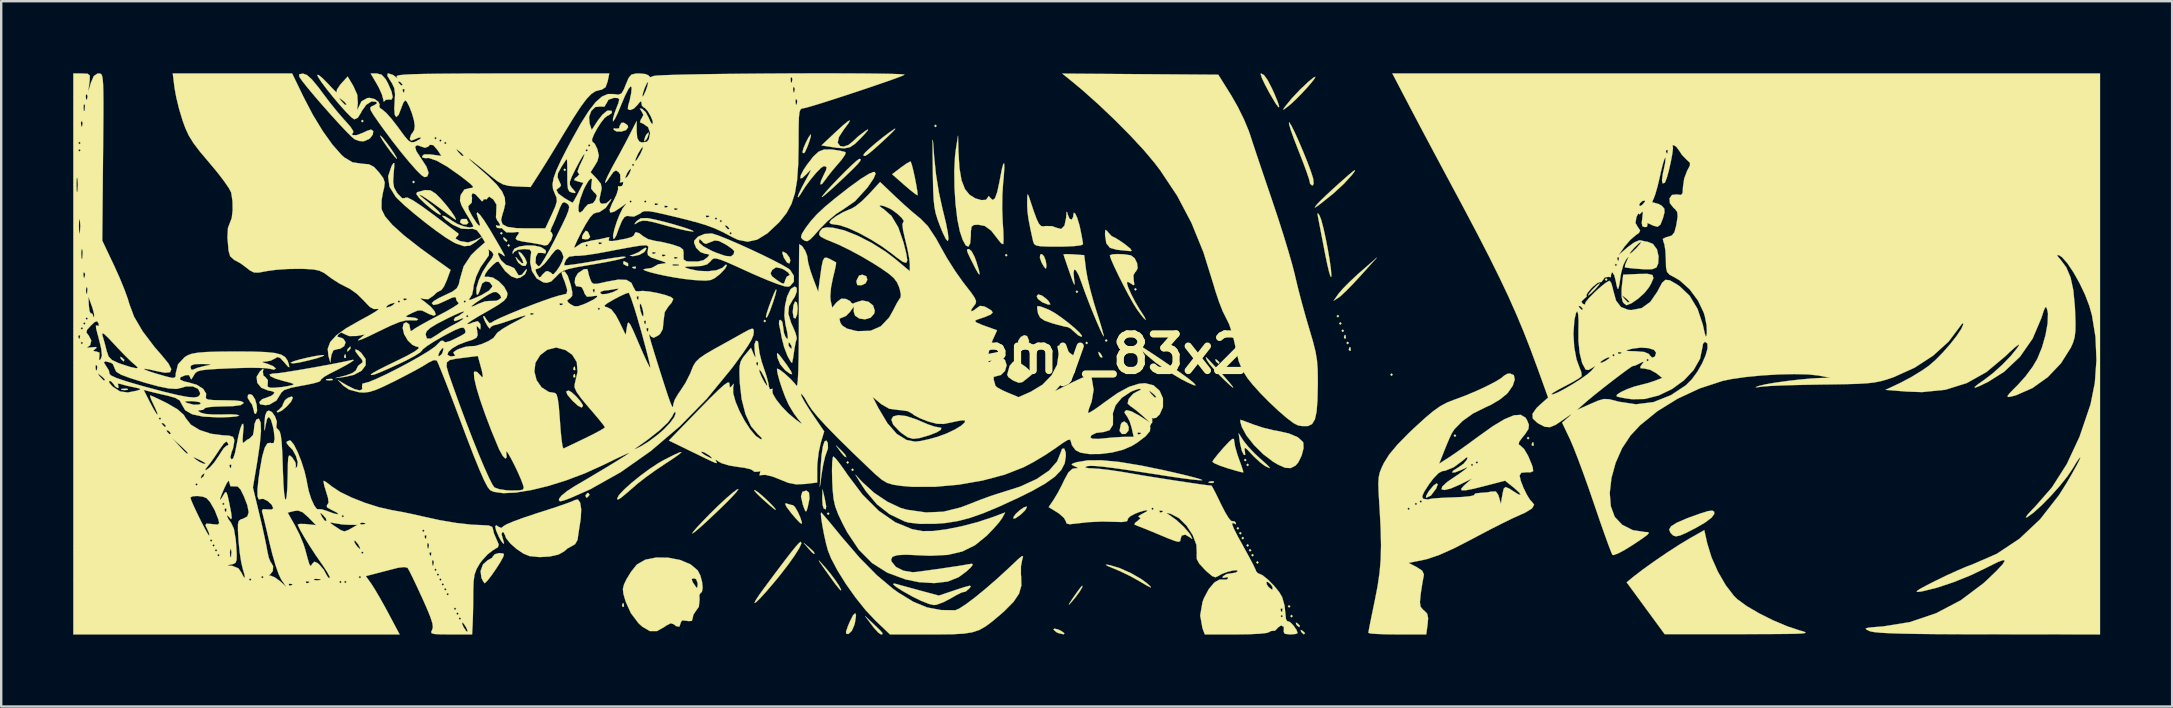
<source format=kicad_pcb>
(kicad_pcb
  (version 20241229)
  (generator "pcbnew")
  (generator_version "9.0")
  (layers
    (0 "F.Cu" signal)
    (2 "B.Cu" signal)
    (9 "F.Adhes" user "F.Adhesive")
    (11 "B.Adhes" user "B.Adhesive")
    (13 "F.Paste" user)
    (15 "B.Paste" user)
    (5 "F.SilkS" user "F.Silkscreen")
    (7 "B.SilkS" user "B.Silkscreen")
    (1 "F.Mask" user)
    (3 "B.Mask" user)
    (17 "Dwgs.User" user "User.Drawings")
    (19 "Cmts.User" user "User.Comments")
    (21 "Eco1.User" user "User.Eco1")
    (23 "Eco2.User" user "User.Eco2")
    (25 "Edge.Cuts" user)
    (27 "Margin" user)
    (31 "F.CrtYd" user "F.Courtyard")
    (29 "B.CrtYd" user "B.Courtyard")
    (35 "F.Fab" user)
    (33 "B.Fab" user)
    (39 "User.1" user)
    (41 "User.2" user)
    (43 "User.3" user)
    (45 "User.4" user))
  (footprint "doremy_83x23"
    (layer "F.Cu")
    (at 42.169 11.695)
    (property "Reference" "doremy_83x23" (at 0 0 0) (layer "F.SilkS") (effects (font (size 1.524 1.524) (thickness 0.3))))
    (attr through_hole)
    (fp_poly (pts (xy -30.074 -9.703) (xy -30.124 -9.652) (xy -30.175 -9.703) (xy -30.124 -9.754) (xy -30.074 -9.703)) (stroke (width 0.01) (type solid)) (fill yes) (layer "F.SilkS"))
    (fp_poly (pts (xy -27.94 -7.163) (xy -27.991 -7.112) (xy -28.042 -7.163) (xy -27.991 -7.214) (xy -27.94 -7.163)) (stroke (width 0.01) (type solid)) (fill yes) (layer "F.SilkS"))
    (fp_poly (pts (xy -24.282 -5.029) (xy -24.333 -4.978) (xy -24.384 -5.029) (xy -24.333 -5.08) (xy -24.282 -5.029)) (stroke (width 0.01) (type solid)) (fill yes) (layer "F.SilkS"))
    (fp_poly (pts (xy -23.978 -4.521) (xy -24.028 -4.47) (xy -24.079 -4.521) (xy -24.028 -4.572) (xy -23.978 -4.521)) (stroke (width 0.01) (type solid)) (fill yes) (layer "F.SilkS"))
    (fp_poly (pts (xy -21.641 -7.671) (xy -21.692 -7.62) (xy -21.742 -7.671) (xy -21.692 -7.722) (xy -21.641 -7.671)) (stroke (width 0.01) (type solid)) (fill yes) (layer "F.SilkS"))
    (fp_poly (pts (xy -13.31 -1.372) (xy -13.36 -1.321) (xy -13.411 -1.372) (xy -13.36 -1.422) (xy -13.31 -1.372)) (stroke (width 0.01) (type solid)) (fill yes) (layer "F.SilkS"))
    (fp_poly (pts (xy -10.668 6.655) (xy -10.719 6.706) (xy -10.77 6.655) (xy -10.719 6.604) (xy -10.668 6.655)) (stroke (width 0.01) (type solid)) (fill yes) (layer "F.SilkS"))
    (fp_poly (pts (xy -9.855 4.521) (xy -9.906 4.572) (xy -9.957 4.521) (xy -9.906 4.47) (xy -9.855 4.521)) (stroke (width 0.01) (type solid)) (fill yes) (layer "F.SilkS"))
    (fp_poly (pts (xy -9.652 4.826) (xy -9.703 4.877) (xy -9.754 4.826) (xy -9.703 4.775) (xy -9.652 4.826)) (stroke (width 0.01) (type solid)) (fill yes) (layer "F.SilkS"))
    (fp_poly (pts (xy -6.198 -9.5) (xy -6.248 -9.449) (xy -6.299 -9.5) (xy -6.248 -9.55) (xy -6.198 -9.5)) (stroke (width 0.01) (type solid)) (fill yes) (layer "F.SilkS"))
    (fp_poly (pts (xy -3.251 -4.115) (xy -3.302 -4.064) (xy -3.353 -4.115) (xy -3.302 -4.166) (xy -3.251 -4.115)) (stroke (width 0.01) (type solid)) (fill yes) (layer "F.SilkS"))
    (fp_poly (pts (xy -0.305 -2.591) (xy -0.356 -2.54) (xy -0.406 -2.591) (xy -0.356 -2.642) (xy -0.305 -2.591)) (stroke (width 0.01) (type solid)) (fill yes) (layer "F.SilkS"))
    (fp_poly (pts (xy 0.102 -0.457) (xy 0.051 -0.406) (xy 0 -0.457) (xy 0.051 -0.508) (xy 0.102 -0.457)) (stroke (width 0.01) (type solid)) (fill yes) (layer "F.SilkS"))
    (fp_poly (pts (xy 0.914 -0.559) (xy 0.864 -0.508) (xy 0.813 -0.559) (xy 0.864 -0.61) (xy 0.914 -0.559)) (stroke (width 0.01) (type solid)) (fill yes) (layer "F.SilkS"))
    (fp_poly (pts (xy 2.134 -2.692) (xy 2.083 -2.642) (xy 2.032 -2.692) (xy 2.083 -2.743) (xy 2.134 -2.692)) (stroke (width 0.01) (type solid)) (fill yes) (layer "F.SilkS"))
    (fp_poly (pts (xy 6.401 7.264) (xy 6.35 7.315) (xy 6.299 7.264) (xy 6.35 7.214) (xy 6.401 7.264)) (stroke (width 0.01) (type solid)) (fill yes) (layer "F.SilkS"))
    (fp_poly (pts (xy 6.502 7.468) (xy 6.452 7.518) (xy 6.401 7.468) (xy 6.452 7.417) (xy 6.502 7.468)) (stroke (width 0.01) (type solid)) (fill yes) (layer "F.SilkS"))
    (fp_poly (pts (xy 6.604 7.671) (xy 6.553 7.722) (xy 6.502 7.671) (xy 6.553 7.62) (xy 6.604 7.671)) (stroke (width 0.01) (type solid)) (fill yes) (layer "F.SilkS"))
    (fp_poly (pts (xy 6.706 4.42) (xy 6.655 4.47) (xy 6.604 4.42) (xy 6.655 4.369) (xy 6.706 4.42)) (stroke (width 0.01) (type solid)) (fill yes) (layer "F.SilkS"))
    (fp_poly (pts (xy 6.807 4.623) (xy 6.756 4.674) (xy 6.706 4.623) (xy 6.756 4.572) (xy 6.807 4.623)) (stroke (width 0.01) (type solid)) (fill yes) (layer "F.SilkS"))
    (fp_poly (pts (xy 6.807 7.976) (xy 6.756 8.026) (xy 6.706 7.976) (xy 6.756 7.925) (xy 6.807 7.976)) (stroke (width 0.01) (type solid)) (fill yes) (layer "F.SilkS"))
    (fp_poly (pts (xy 6.909 8.179) (xy 6.858 8.23) (xy 6.807 8.179) (xy 6.858 8.128) (xy 6.909 8.179)) (stroke (width 0.01) (type solid)) (fill yes) (layer "F.SilkS"))
    (fp_poly (pts (xy 7.01 8.382) (xy 6.96 8.433) (xy 6.909 8.382) (xy 6.96 8.331) (xy 7.01 8.382)) (stroke (width 0.01) (type solid)) (fill yes) (layer "F.SilkS"))
    (fp_poly (pts (xy 7.214 8.687) (xy 7.163 8.738) (xy 7.112 8.687) (xy 7.163 8.636) (xy 7.214 8.687)) (stroke (width 0.01) (type solid)) (fill yes) (layer "F.SilkS"))
    (fp_poly (pts (xy 8.534 10.516) (xy 8.484 10.566) (xy 8.433 10.516) (xy 8.484 10.465) (xy 8.534 10.516)) (stroke (width 0.01) (type solid)) (fill yes) (layer "F.SilkS"))
    (fp_poly (pts (xy 8.636 10.922) (xy 8.585 10.973) (xy 8.534 10.922) (xy 8.585 10.871) (xy 8.636 10.922)) (stroke (width 0.01) (type solid)) (fill yes) (layer "F.SilkS"))
    (fp_poly (pts (xy 10.566 -1.575) (xy 10.516 -1.524) (xy 10.465 -1.575) (xy 10.516 -1.626) (xy 10.566 -1.575)) (stroke (width 0.01) (type solid)) (fill yes) (layer "F.SilkS"))
    (fp_poly (pts (xy 10.668 -1.27) (xy 10.617 -1.219) (xy 10.566 -1.27) (xy 10.617 -1.321) (xy 10.668 -1.27)) (stroke (width 0.01) (type solid)) (fill yes) (layer "F.SilkS"))
    (fp_poly (pts (xy 10.77 -0.965) (xy 10.719 -0.914) (xy 10.668 -0.965) (xy 10.719 -1.016) (xy 10.77 -0.965)) (stroke (width 0.01) (type solid)) (fill yes) (layer "F.SilkS"))
    (fp_poly (pts (xy 10.973 -0.457) (xy 10.922 -0.406) (xy 10.871 -0.457) (xy 10.922 -0.508) (xy 10.973 -0.457)) (stroke (width 0.01) (type solid)) (fill yes) (layer "F.SilkS"))
    (fp_poly (pts (xy 12.802 0.864) (xy 12.751 0.914) (xy 12.7 0.864) (xy 12.751 0.813) (xy 12.802 0.864)) (stroke (width 0.01) (type solid)) (fill yes) (layer "F.SilkS"))
    (fp_poly (pts (xy 15.443 3.404) (xy 15.392 3.454) (xy 15.342 3.404) (xy 15.392 3.353) (xy 15.443 3.404)) (stroke (width 0.01) (type solid)) (fill yes) (layer "F.SilkS"))
    (fp_poly (pts (xy 18.491 3.505) (xy 18.44 3.556) (xy 18.39 3.505) (xy 18.44 3.454) (xy 18.491 3.505)) (stroke (width 0.01) (type solid)) (fill yes) (layer "F.SilkS"))
    (fp_poly (pts (xy 21.742 -3.099) (xy 21.692 -3.048) (xy 21.641 -3.099) (xy 21.692 -3.15) (xy 21.742 -3.099)) (stroke (width 0.01) (type solid)) (fill yes) (layer "F.SilkS"))
    (fp_poly (pts (xy -39.903 1.457) (xy -39.891 1.494) (xy -40.03 1.508) (xy -40.175 1.492) (xy -40.157 1.457) (xy -39.949 1.443) (xy -39.903 1.457)) (stroke (width 0.01) (type solid)) (fill yes) (layer "F.SilkS"))
    (fp_poly (pts (xy -31.369 1.05) (xy -31.356 1.087) (xy -31.496 1.102) (xy -31.64 1.086) (xy -31.623 1.05) (xy -31.415 1.037) (xy -31.369 1.05)) (stroke (width 0.01) (type solid)) (fill yes) (layer "F.SilkS"))
    (fp_poly (pts (xy -30.819 0.034) (xy -30.807 0.154) (xy -30.819 0.169) (xy -30.879 0.155) (xy -30.886 0.102) (xy -30.849 0.018) (xy -30.819 0.034)) (stroke (width 0.01) (type solid)) (fill yes) (layer "F.SilkS"))
    (fp_poly (pts (xy -21.268 0.542) (xy -21.256 0.662) (xy -21.268 0.677) (xy -21.329 0.663) (xy -21.336 0.61) (xy -21.299 0.526) (xy -21.268 0.542)) (stroke (width 0.01) (type solid)) (fill yes) (layer "F.SilkS"))
    (fp_poly (pts (xy -21.268 0.847) (xy -21.256 0.967) (xy -21.268 0.982) (xy -21.329 0.968) (xy -21.336 0.914) (xy -21.299 0.831) (xy -21.268 0.847)) (stroke (width 0.01) (type solid)) (fill yes) (layer "F.SilkS"))
    (fp_poly (pts (xy -19.236 10.397) (xy -19.224 10.518) (xy -19.236 10.533) (xy -19.297 10.519) (xy -19.304 10.465) (xy -19.267 10.381) (xy -19.236 10.397)) (stroke (width 0.01) (type solid)) (fill yes) (layer "F.SilkS"))
    (fp_poly (pts (xy -18.728 -3.624) (xy -18.742 -3.563) (xy -18.796 -3.556) (xy -18.88 -3.593) (xy -18.864 -3.624) (xy -18.743 -3.636) (xy -18.728 -3.624)) (stroke (width 0.01) (type solid)) (fill yes) (layer "F.SilkS"))
    (fp_poly (pts (xy 5.357 5.323) (xy 5.327 5.37) (xy 5.224 5.377) (xy 5.116 5.352) (xy 5.163 5.315) (xy 5.321 5.303) (xy 5.357 5.323)) (stroke (width 0.01) (type solid)) (fill yes) (layer "F.SilkS"))
    (fp_poly (pts (xy 10.837 -0.779) (xy 10.849 -0.658) (xy 10.837 -0.643) (xy 10.777 -0.657) (xy 10.77 -0.711) (xy 10.807 -0.795) (xy 10.837 -0.779)) (stroke (width 0.01) (type solid)) (fill yes) (layer "F.SilkS"))
    (fp_poly (pts (xy 11.041 -0.271) (xy 11.053 -0.15) (xy 11.041 -0.135) (xy 10.98 -0.149) (xy 10.973 -0.203) (xy 11.01 -0.287) (xy 11.041 -0.271)) (stroke (width 0.01) (type solid)) (fill yes) (layer "F.SilkS"))
    (fp_poly (pts (xy 18.661 3.691) (xy 18.673 3.812) (xy 18.661 3.827) (xy 18.6 3.813) (xy 18.593 3.759) (xy 18.63 3.676) (xy 18.661 3.691)) (stroke (width 0.01) (type solid)) (fill yes) (layer "F.SilkS"))
    (fp_poly (pts (xy -40.148 0.143) (xy -40.039 0.245) (xy -40.061 0.304) (xy -40.075 0.305) (xy -40.161 0.233) (xy -40.193 0.188) (xy -40.204 0.118) (xy -40.148 0.143)) (stroke (width 0.01) (type solid)) (fill yes) (layer "F.SilkS"))
    (fp_poly (pts (xy -24.196 -4.836) (xy -24.087 -4.733) (xy -24.11 -4.675) (xy -24.124 -4.674) (xy -24.21 -4.746) (xy -24.241 -4.791) (xy -24.253 -4.86) (xy -24.196 -4.836)) (stroke (width 0.01) (type solid)) (fill yes) (layer "F.SilkS"))
    (fp_poly (pts (xy -11.506 8.068) (xy -11.314 8.248) (xy -11.287 8.326) (xy -11.313 8.331) (xy -11.396 8.263) (xy -11.541 8.103) (xy -11.735 7.874) (xy -11.506 8.068)) (stroke (width 0.01) (type solid)) (fill yes) (layer "F.SilkS"))
    (fp_poly (pts (xy 0.609 -0.04) (xy 0.622 -0.027) (xy 0.702 0.106) (xy 0.692 0.155) (xy 0.616 0.125) (xy 0.565 0.03) (xy 0.534 -0.089) (xy 0.609 -0.04)) (stroke (width 0.01) (type solid)) (fill yes) (layer "F.SilkS"))
    (fp_poly (pts (xy 5.471 0.244) (xy 5.58 0.347) (xy 5.557 0.405) (xy 5.543 0.406) (xy 5.457 0.334) (xy 5.426 0.289) (xy 5.414 0.22) (xy 5.471 0.244)) (stroke (width 0.01) (type solid)) (fill yes) (layer "F.SilkS"))
    (fp_poly (pts (xy 8.824 11.217) (xy 8.933 11.319) (xy 8.91 11.378) (xy 8.896 11.379) (xy 8.81 11.307) (xy 8.779 11.262) (xy 8.767 11.192) (xy 8.824 11.217)) (stroke (width 0.01) (type solid)) (fill yes) (layer "F.SilkS"))
    (fp_poly (pts (xy 9.027 11.522) (xy 9.135 11.616) (xy 9.144 11.639) (xy 9.096 11.681) (xy 8.995 11.587) (xy 8.982 11.567) (xy 8.97 11.497) (xy 9.027 11.522)) (stroke (width 0.01) (type solid)) (fill yes) (layer "F.SilkS"))
    (fp_poly (pts (xy -30.613 -0.239) (xy -30.632 -0.203) (xy -30.728 -0.106) (xy -30.746 -0.102) (xy -30.753 -0.167) (xy -30.734 -0.203) (xy -30.638 -0.3) (xy -30.62 -0.305) (xy -30.613 -0.239)) (stroke (width 0.01) (type solid)) (fill yes) (layer "F.SilkS"))
    (fp_poly (pts (xy -25.782 -5.621) (xy -25.705 -5.473) (xy -25.705 -5.469) (xy -25.78 -5.395) (xy -25.933 -5.398) (xy -26.054 -5.476) (xy -26.028 -5.585) (xy -25.968 -5.621) (xy -25.782 -5.621)) (stroke (width 0.01) (type solid)) (fill yes) (layer "F.SilkS"))
    (fp_poly (pts (xy -20.66 5.853) (xy -20.676 5.893) (xy -20.767 5.99) (xy -20.783 5.994) (xy -20.827 5.916) (xy -20.828 5.893) (xy -20.75 5.795) (xy -20.72 5.791) (xy -20.66 5.853)) (stroke (width 0.01) (type solid)) (fill yes) (layer "F.SilkS"))
    (fp_poly (pts (xy -19.071 -3.787) (xy -19.05 -3.759) (xy -19.055 -3.665) (xy -19.089 -3.658) (xy -19.232 -3.732) (xy -19.253 -3.759) (xy -19.249 -3.853) (xy -19.214 -3.861) (xy -19.071 -3.787)) (stroke (width 0.01) (type solid)) (fill yes) (layer "F.SilkS"))
    (fp_poly (pts (xy -18.19 -9.195) (xy -18.24 -9.028) (xy -18.288 -8.941) (xy -18.369 -8.859) (xy -18.386 -8.89) (xy -18.336 -9.057) (xy -18.288 -9.144) (xy -18.207 -9.225) (xy -18.19 -9.195)) (stroke (width 0.01) (type solid)) (fill yes) (layer "F.SilkS"))
    (fp_poly (pts (xy -10.859 6.035) (xy -10.801 6.348) (xy -10.819 6.477) (xy -10.905 6.435) (xy -10.948 6.297) (xy -10.963 6.046) (xy -10.963 6.003) (xy -10.952 5.639) (xy -10.859 6.035)) (stroke (width 0.01) (type solid)) (fill yes) (layer "F.SilkS"))
    (fp_poly (pts (xy -10.155 4.036) (xy -10.005 4.202) (xy -9.96 4.302) (xy -9.962 4.305) (xy -10.044 4.263) (xy -10.184 4.101) (xy -10.2 4.079) (xy -10.392 3.81) (xy -10.155 4.036)) (stroke (width 0.01) (type solid)) (fill yes) (layer "F.SilkS"))
    (fp_poly (pts (xy -20.737 -5.097) (xy -20.717 -5.068) (xy -20.633 -4.874) (xy -20.713 -4.787) (xy -20.832 -4.775) (xy -20.973 -4.799) (xy -20.963 -4.91) (xy -20.922 -4.992) (xy -20.821 -5.133) (xy -20.737 -5.097)) (stroke (width 0.01) (type solid)) (fill yes) (layer "F.SilkS"))
    (fp_poly (pts (xy -12.459 -4.187) (xy -12.329 -4.015) (xy -12.294 -3.891) (xy -12.334 -3.768) (xy -12.434 -3.809) (xy -12.557 -4.001) (xy -12.563 -4.014) (xy -12.626 -4.196) (xy -12.609 -4.267) (xy -12.459 -4.187)) (stroke (width 0.01) (type solid)) (fill yes) (layer "F.SilkS"))
    (fp_poly (pts (xy -9.129 -3.237) (xy -9.086 -3.091) (xy -9.162 -2.94) (xy -9.33 -2.862) (xy -9.504 -2.87) (xy -9.54 -3.002) (xy -9.533 -3.065) (xy -9.434 -3.262) (xy -9.296 -3.302) (xy -9.129 -3.237)) (stroke (width 0.01) (type solid)) (fill yes) (layer "F.SilkS"))
    (fp_poly (pts (xy -8.805 11.272) (xy -8.567 11.501) (xy -8.458 11.625) (xy -8.456 11.675) (xy -8.522 11.684) (xy -8.631 11.609) (xy -8.804 11.419) (xy -8.894 11.303) (xy -9.177 10.922) (xy -8.805 11.272)) (stroke (width 0.01) (type solid)) (fill yes) (layer "F.SilkS"))
    (fp_poly (pts (xy -1.814 -2.434) (xy -1.62 -2.288) (xy -1.529 -2.19) (xy -1.46 -2.065) (xy -1.556 -2.055) (xy -1.803 -2.156) (xy -1.979 -2.291) (xy -2.032 -2.407) (xy -1.969 -2.481) (xy -1.814 -2.434)) (stroke (width 0.01) (type solid)) (fill yes) (layer "F.SilkS"))
    (fp_poly (pts (xy -1.143 11.477) (xy -1.016 11.536) (xy -0.878 11.635) (xy -0.907 11.679) (xy -0.914 11.679) (xy -1.134 11.628) (xy -1.216 11.586) (xy -1.332 11.483) (xy -1.294 11.443) (xy -1.143 11.477)) (stroke (width 0.01) (type solid)) (fill yes) (layer "F.SilkS"))
    (fp_poly (pts (xy -2.438 6.38) (xy -2.515 6.516) (xy -2.7 6.695) (xy -2.92 6.848) (xy -3.005 6.855) (xy -2.992 6.787) (xy -2.893 6.652) (xy -2.73 6.506) (xy -2.564 6.393) (xy -2.454 6.358) (xy -2.438 6.38)) (stroke (width 0.01) (type solid)) (fill yes) (layer "F.SilkS"))
    (fp_poly (pts (xy -2.43 -0.743) (xy -2.348 -0.548) (xy -2.401 -0.342) (xy -2.563 -0.223) (xy -2.567 -0.222) (xy -2.748 -0.273) (xy -2.808 -0.356) (xy -2.805 -0.541) (xy -2.698 -0.704) (xy -2.547 -0.783) (xy -2.43 -0.743)) (stroke (width 0.01) (type solid)) (fill yes) (layer "F.SilkS"))
    (fp_poly (pts (xy -1.723 -4.061) (xy -1.657 -3.891) (xy -1.625 -3.696) (xy -1.64 -3.568) (xy -1.659 -3.556) (xy -1.726 -3.635) (xy -1.829 -3.81) (xy -1.898 -4.01) (xy -1.884 -4.142) (xy -1.809 -4.157) (xy -1.723 -4.061)) (stroke (width 0.01) (type solid)) (fill yes) (layer "F.SilkS"))
    (fp_poly (pts (xy 1.734 2.895) (xy 1.804 3.053) (xy 1.793 3.199) (xy 1.672 3.331) (xy 1.52 3.335) (xy 1.428 3.218) (xy 1.424 3.175) (xy 1.472 2.943) (xy 1.509 2.865) (xy 1.618 2.812) (xy 1.734 2.895)) (stroke (width 0.01) (type solid)) (fill yes) (layer "F.SilkS"))
    (fp_poly (pts (xy 14.677 5.427) (xy 14.618 5.592) (xy 14.606 5.613) (xy 14.392 5.899) (xy 14.192 5.993) (xy 14.189 5.923) (xy 14.286 5.747) (xy 14.326 5.69) (xy 14.499 5.484) (xy 14.627 5.394) (xy 14.677 5.427)) (stroke (width 0.01) (type solid)) (fill yes) (layer "F.SilkS"))
    (fp_poly (pts (xy -21.406 1.595) (xy -21.222 1.764) (xy -21.045 1.964) (xy -20.941 2.127) (xy -20.933 2.159) (xy -20.985 2.235) (xy -21.139 2.159) (xy -21.368 1.95) (xy -21.579 1.704) (xy -21.632 1.566) (xy -21.534 1.524) (xy -21.406 1.595)) (stroke (width 0.01) (type solid)) (fill yes) (layer "F.SilkS"))
    (fp_poly (pts (xy -18.288 -4.388) (xy -18.375 -4.247) (xy -18.582 -4.128) (xy -18.827 -4.075) (xy -18.866 -4.076) (xy -18.981 -4.091) (xy -18.904 -4.123) (xy -18.847 -4.137) (xy -18.603 -4.246) (xy -18.466 -4.344) (xy -18.329 -4.428) (xy -18.288 -4.388)) (stroke (width 0.01) (type solid)) (fill yes) (layer "F.SilkS"))
    (fp_poly (pts (xy -12.757 0.037) (xy -12.595 0.249) (xy -12.456 0.438) (xy -12.269 0.715) (xy -12.219 0.845) (xy -12.305 0.828) (xy -12.509 0.677) (xy -12.713 0.436) (xy -12.827 0.17) (xy -12.851 0.014) (xy -12.835 -0.036) (xy -12.757 0.037)) (stroke (width 0.01) (type solid)) (fill yes) (layer "F.SilkS"))
    (fp_poly (pts (xy -11.517 5.776) (xy -11.497 6.019) (xy -11.571 6.389) (xy -11.574 6.401) (xy -11.625 6.551) (xy -11.67 6.549) (xy -11.739 6.379) (xy -11.774 6.276) (xy -11.85 5.936) (xy -11.794 5.744) (xy -11.627 5.69) (xy -11.517 5.776)) (stroke (width 0.01) (type solid)) (fill yes) (layer "F.SilkS"))
    (fp_poly (pts (xy -0.136 9.722) (xy -0.241 9.899) (xy -0.415 10.136) (xy -0.562 10.312) (xy -0.683 10.443) (xy -0.69 10.427) (xy -0.582 10.257) (xy -0.499 10.135) (xy -0.315 9.874) (xy -0.18 9.699) (xy -0.132 9.652) (xy -0.136 9.722)) (stroke (width 0.01) (type solid)) (fill yes) (layer "F.SilkS"))
    (fp_poly (pts (xy -34.698 1.726) (xy -34.594 1.891) (xy -34.525 2.134) (xy -34.509 2.366) (xy -34.561 2.5) (xy -34.629 2.461) (xy -34.646 2.35) (xy -34.715 2.114) (xy -34.804 1.989) (xy -34.902 1.825) (xy -34.886 1.7) (xy -34.781 1.676) (xy -34.698 1.726)) (stroke (width 0.01) (type solid)) (fill yes) (layer "F.SilkS"))
    (fp_poly (pts (xy -29.268 -8.995) (xy -29.112 -8.797) (xy -28.939 -8.559) (xy -28.788 -8.334) (xy -28.695 -8.174) (xy -28.688 -8.128) (xy -28.766 -8.204) (xy -28.925 -8.402) (xy -29.106 -8.647) (xy -29.281 -8.901) (xy -29.375 -9.063) (xy -29.371 -9.099) (xy -29.268 -8.995)) (stroke (width 0.01) (type solid)) (fill yes) (layer "F.SilkS"))
    (fp_poly (pts (xy -19.077 -9.532) (xy -19.05 -9.447) (xy -19.135 -9.331) (xy -19.327 -9.266) (xy -19.534 -9.268) (xy -19.655 -9.34) (xy -19.646 -9.404) (xy -19.563 -9.386) (xy -19.43 -9.398) (xy -19.406 -9.496) (xy -19.334 -9.627) (xy -19.228 -9.633) (xy -19.077 -9.532)) (stroke (width 0.01) (type solid)) (fill yes) (layer "F.SilkS"))
    (fp_poly (pts (xy -12.021 -2.142) (xy -11.989 -1.936) (xy -11.989 -1.892) (xy -12.015 -1.636) (xy -12.08 -1.481) (xy -12.09 -1.473) (xy -12.16 -1.516) (xy -12.191 -1.722) (xy -12.192 -1.766) (xy -12.166 -2.021) (xy -12.101 -2.176) (xy -12.09 -2.184) (xy -12.021 -2.142)) (stroke (width 0.01) (type solid)) (fill yes) (layer "F.SilkS"))
    (fp_poly (pts (xy -11.442 -9.063) (xy -11.498 -8.87) (xy -11.582 -8.639) (xy -11.668 -8.444) (xy -11.716 -8.367) (xy -11.779 -8.376) (xy -11.786 -8.421) (xy -11.746 -8.572) (xy -11.653 -8.794) (xy -11.544 -9.007) (xy -11.457 -9.134) (xy -11.439 -9.144) (xy -11.442 -9.063)) (stroke (width 0.01) (type solid)) (fill yes) (layer "F.SilkS"))
    (fp_poly (pts (xy -10.734 3.705) (xy -10.726 3.928) (xy -10.777 4.077) (xy -10.849 4.284) (xy -10.925 4.613) (xy -10.975 4.908) (xy -11.065 5.537) (xy -11.029 4.708) (xy -10.994 4.217) (xy -10.94 3.857) (xy -10.872 3.647) (xy -10.796 3.606) (xy -10.734 3.705)) (stroke (width 0.01) (type solid)) (fill yes) (layer "F.SilkS"))
    (fp_poly (pts (xy -9.558 10.895) (xy -9.598 11.169) (xy -9.628 11.293) (xy -9.731 11.531) (xy -9.866 11.661) (xy -9.881 11.665) (xy -9.965 11.659) (xy -9.974 11.571) (xy -9.902 11.359) (xy -9.824 11.169) (xy -9.683 10.888) (xy -9.591 10.799) (xy -9.558 10.895)) (stroke (width 0.01) (type solid)) (fill yes) (layer "F.SilkS"))
    (fp_poly (pts (xy 11.452 -3.249) (xy 11.137 -2.909) (xy 10.85 -2.617) (xy 10.632 -2.413) (xy 10.55 -2.35) (xy 10.336 -2.217) (xy 10.548 -2.514) (xy 10.722 -2.717) (xy 11.002 -3) (xy 11.335 -3.311) (xy 11.45 -3.412) (xy 12.14 -4.013) (xy 11.452 -3.249)) (stroke (width 0.01) (type solid)) (fill yes) (layer "F.SilkS"))
    (fp_poly (pts (xy 21.396 -2.883) (xy 21.265 -2.726) (xy 21.234 -2.692) (xy 21.061 -2.522) (xy 20.951 -2.44) (xy 20.945 -2.438) (xy 20.971 -2.502) (xy 21.102 -2.659) (xy 21.133 -2.692) (xy 21.307 -2.863) (xy 21.416 -2.945) (xy 21.422 -2.946) (xy 21.396 -2.883)) (stroke (width 0.01) (type solid)) (fill yes) (layer "F.SilkS"))
    (fp_poly (pts (xy -33.02 1.83) (xy -33.094 1.988) (xy -33.27 2.186) (xy -33.476 2.358) (xy -33.643 2.435) (xy -33.65 2.435) (xy -33.693 2.397) (xy -33.604 2.329) (xy -33.457 2.179) (xy -33.426 2.081) (xy -33.346 1.924) (xy -33.223 1.829) (xy -33.06 1.771) (xy -33.02 1.83)) (stroke (width 0.01) (type solid)) (fill yes) (layer "F.SilkS"))
    (fp_poly (pts (xy -12.261 6.289) (xy -12.185 6.299) (xy -12.098 6.382) (xy -11.984 6.578) (xy -11.879 6.812) (xy -11.817 7.006) (xy -11.821 7.079) (xy -11.899 7.028) (xy -12.065 6.856) (xy -12.251 6.638) (xy -12.451 6.374) (xy -12.515 6.238) (xy -12.461 6.229) (xy -12.261 6.289)) (stroke (width 0.01) (type solid)) (fill yes) (layer "F.SilkS"))
    (fp_poly (pts (xy -2.791 0.333) (xy -2.501 0.531) (xy -2.469 0.559) (xy -2.184 0.813) (xy -2.424 1.016) (xy -2.625 1.171) (xy -2.773 1.203) (xy -2.971 1.124) (xy -3.037 1.091) (xy -3.21 0.965) (xy -3.261 0.864) (xy -3.157 0.494) (xy -3.005 0.319) (xy -2.791 0.333)) (stroke (width 0.01) (type solid)) (fill yes) (layer "F.SilkS"))
    (fp_poly (pts (xy 5.05 0.152) (xy 5.465 0.595) (xy 5.79 0.952) (xy 6.017 1.213) (xy 6.14 1.368) (xy 6.15 1.407) (xy 6.041 1.322) (xy 5.805 1.101) (xy 5.652 0.951) (xy 5.385 0.673) (xy 5.169 0.419) (xy 5.064 0.266) (xy 5.014 0.141) (xy 5.05 0.152)) (stroke (width 0.01) (type solid)) (fill yes) (layer "F.SilkS"))
    (fp_poly (pts (xy -13.767 5.674) (xy -13.625 5.772) (xy -13.425 5.943) (xy -13.211 6.142) (xy -13.025 6.33) (xy -12.914 6.461) (xy -12.909 6.498) (xy -13.001 6.433) (xy -13.2 6.267) (xy -13.462 6.034) (xy -13.462 6.034) (xy -13.683 5.823) (xy -13.796 5.693) (xy -13.779 5.668) (xy -13.767 5.674)) (stroke (width 0.01) (type solid)) (fill yes) (layer "F.SilkS"))
    (fp_poly (pts (xy -12.874 -2.651) (xy -12.917 -2.464) (xy -13.01 -2.165) (xy -13.014 -2.154) (xy -13.148 -1.782) (xy -13.247 -1.561) (xy -13.301 -1.509) (xy -13.31 -1.557) (xy -13.275 -1.704) (xy -13.189 -1.964) (xy -13.079 -2.261) (xy -12.973 -2.524) (xy -12.897 -2.678) (xy -12.889 -2.688) (xy -12.874 -2.651)) (stroke (width 0.01) (type solid)) (fill yes) (layer "F.SilkS"))
    (fp_poly (pts (xy -4.745 -4.28) (xy -4.622 -4.051) (xy -4.544 -3.841) (xy -4.438 -3.486) (xy -4.407 -3.316) (xy -4.451 -3.332) (xy -4.569 -3.537) (xy -4.594 -3.585) (xy -4.785 -3.962) (xy -4.895 -4.193) (xy -4.935 -4.314) (xy -4.919 -4.361) (xy -4.856 -4.369) (xy -4.849 -4.369) (xy -4.745 -4.28)) (stroke (width 0.01) (type solid)) (fill yes) (layer "F.SilkS"))
    (fp_poly (pts (xy 7.437 -11.619) (xy 7.589 -11.41) (xy 7.781 -11.036) (xy 7.87 -10.838) (xy 8.011 -10.498) (xy 8.071 -10.306) (xy 8.047 -10.273) (xy 7.941 -10.411) (xy 7.891 -10.49) (xy 7.669 -10.867) (xy 7.484 -11.213) (xy 7.354 -11.489) (xy 7.299 -11.654) (xy 7.31 -11.684) (xy 7.437 -11.619)) (stroke (width 0.01) (type solid)) (fill yes) (layer "F.SilkS"))
    (fp_poly (pts (xy -31.717 0.05) (xy -31.715 0.052) (xy -31.779 0.097) (xy -31.993 0.17) (xy -32.307 0.255) (xy -32.672 0.339) (xy -32.822 0.369) (xy -33.032 0.394) (xy -33.109 0.371) (xy -33.102 0.359) (xy -32.977 0.302) (xy -32.724 0.229) (xy -32.408 0.153) (xy -32.092 0.089) (xy -31.84 0.05) (xy -31.717 0.05)) (stroke (width 0.01) (type solid)) (fill yes) (layer "F.SilkS"))
    (fp_poly (pts (xy -11.014 8.699) (xy -10.843 8.89) (xy -10.622 9.155) (xy -10.418 9.428) (xy -10.26 9.664) (xy -10.18 9.819) (xy -10.186 9.855) (xy -10.263 9.781) (xy -10.41 9.597) (xy -10.464 9.525) (xy -10.69 9.211) (xy -10.927 8.878) (xy -10.954 8.839) (xy -11.085 8.65) (xy -11.108 8.602) (xy -11.014 8.699)) (stroke (width 0.01) (type solid)) (fill yes) (layer "F.SilkS"))
    (fp_poly (pts (xy -7.234 -7.885) (xy -7.17 -7.634) (xy -7.102 -7.321) (xy -7.042 -7.007) (xy -7.001 -6.752) (xy -6.993 -6.617) (xy -6.999 -6.608) (xy -7.101 -6.672) (xy -7.309 -6.836) (xy -7.558 -7.049) (xy -8.054 -7.487) (xy -7.682 -7.771) (xy -7.457 -7.931) (xy -7.309 -8.013) (xy -7.281 -8.015) (xy -7.234 -7.885)) (stroke (width 0.01) (type solid)) (fill yes) (layer "F.SilkS"))
    (fp_poly (pts (xy -29.322 -11.633) (xy -29.155 -11.451) (xy -29.06 -11.282) (xy -28.907 -10.93) (xy -28.859 -10.692) (xy -28.918 -10.59) (xy -29 -10.601) (xy -29.155 -10.586) (xy -29.195 -10.535) (xy -29.238 -10.515) (xy -29.253 -10.608) (xy -29.307 -10.807) (xy -29.436 -11.093) (xy -29.519 -11.243) (xy -29.777 -11.684) (xy -29.521 -11.684) (xy -29.322 -11.633)) (stroke (width 0.01) (type solid)) (fill yes) (layer "F.SilkS"))
    (fp_poly (pts (xy -7.928 -9.366) (xy -8.051 -9.233) (xy -8.278 -9.014) (xy -8.423 -8.879) (xy -8.788 -8.548) (xy -9.03 -8.344) (xy -9.172 -8.251) (xy -9.235 -8.252) (xy -9.246 -8.299) (xy -9.172 -8.395) (xy -8.98 -8.574) (xy -8.716 -8.801) (xy -8.424 -9.036) (xy -8.15 -9.242) (xy -7.94 -9.382) (xy -7.932 -9.387) (xy -7.928 -9.366)) (stroke (width 0.01) (type solid)) (fill yes) (layer "F.SilkS"))
    (fp_poly (pts (xy 1.016 8.799) (xy 1.426 8.922) (xy 1.896 9.132) (xy 2.334 9.385) (xy 2.541 9.536) (xy 2.713 9.69) (xy 2.724 9.73) (xy 2.571 9.657) (xy 2.252 9.469) (xy 2.229 9.455) (xy 1.851 9.247) (xy 1.416 9.039) (xy 1.213 8.953) (xy 0.938 8.839) (xy 0.845 8.785) (xy 0.927 8.784) (xy 1.016 8.799)) (stroke (width 0.01) (type solid)) (fill yes) (layer "F.SilkS"))
    (fp_poly (pts (xy 9.541 -11.467) (xy 9.414 -11.304) (xy 9.225 -11.085) (xy 9.001 -10.843) (xy 8.768 -10.607) (xy 8.552 -10.407) (xy 8.45 -10.323) (xy 8.274 -10.192) (xy 8.236 -10.184) (xy 8.314 -10.3) (xy 8.326 -10.315) (xy 8.599 -10.649) (xy 8.94 -11.011) (xy 9.28 -11.333) (xy 9.5 -11.511) (xy 9.578 -11.546) (xy 9.541 -11.467)) (stroke (width 0.01) (type solid)) (fill yes) (layer "F.SilkS"))
    (fp_poly (pts (xy 11.198 -7.587) (xy 11.101 -7.457) (xy 10.77 -7.092) (xy 10.32 -6.678) (xy 9.807 -6.268) (xy 9.652 -6.154) (xy 9.554 -6.093) (xy 9.591 -6.16) (xy 9.641 -6.225) (xy 9.773 -6.365) (xy 10.019 -6.603) (xy 10.34 -6.901) (xy 10.604 -7.139) (xy 10.947 -7.442) (xy 11.153 -7.613) (xy 11.233 -7.659) (xy 11.198 -7.587)) (stroke (width 0.01) (type solid)) (fill yes) (layer "F.SilkS"))
    (fp_poly (pts (xy -14.541 5.753) (xy -14.741 5.972) (xy -15.04 6.274) (xy -15.229 6.458) (xy -15.685 6.891) (xy -16.033 7.208) (xy -16.265 7.405) (xy -16.375 7.481) (xy -16.358 7.431) (xy -16.208 7.252) (xy -15.917 6.942) (xy -15.668 6.686) (xy -15.303 6.327) (xy -14.956 6.005) (xy -14.669 5.76) (xy -14.503 5.64) (xy -14.456 5.636) (xy -14.541 5.753)) (stroke (width 0.01) (type solid)) (fill yes) (layer "F.SilkS"))
    (fp_poly (pts (xy -23.491 -4.188) (xy -23.358 -4.011) (xy -23.275 -3.825) (xy -23.27 -3.785) (xy -23.327 -3.669) (xy -23.464 -3.677) (xy -23.615 -3.793) (xy -23.675 -3.886) (xy -23.743 -4.037) (xy -23.711 -4.02) (xy -23.642 -3.937) (xy -23.48 -3.779) (xy -23.412 -3.785) (xy -23.466 -3.94) (xy -23.511 -4.013) (xy -23.608 -4.19) (xy -23.612 -4.267) (xy -23.61 -4.267) (xy -23.491 -4.188)) (stroke (width 0.01) (type solid)) (fill yes) (layer "F.SilkS"))
    (fp_poly (pts (xy 0.895 -5.131) (xy 0.954 -5.055) (xy 1.088 -4.913) (xy 1.155 -4.877) (xy 1.268 -4.822) (xy 1.486 -4.682) (xy 1.642 -4.572) (xy 1.871 -4.387) (xy 1.925 -4.295) (xy 1.869 -4.284) (xy 1.638 -4.307) (xy 1.333 -4.338) (xy 1.306 -4.341) (xy 1.024 -4.42) (xy 0.87 -4.606) (xy 0.818 -4.939) (xy 0.817 -5.029) (xy 0.83 -5.169) (xy 0.895 -5.131)) (stroke (width 0.01) (type solid)) (fill yes) (layer "F.SilkS"))
    (fp_poly (pts (xy 2.23 -0.361) (xy 2.406 -0.26) (xy 2.713 -0.063) (xy 3.167 0.24) (xy 3.37 0.378) (xy 3.903 0.746) (xy 4.287 1.025) (xy 4.517 1.213) (xy 4.591 1.305) (xy 4.504 1.297) (xy 4.253 1.185) (xy 4.003 1.056) (xy 3.457 0.734) (xy 2.932 0.365) (xy 2.494 0.000368) (xy 2.337 -0.157) (xy 2.211 -0.301) (xy 2.17 -0.372) (xy 2.23 -0.361)) (stroke (width 0.01) (type solid)) (fill yes) (layer "F.SilkS"))
    (fp_poly (pts (xy 26.192 6.572) (xy 26.195 6.667) (xy 26.084 6.82) (xy 25.812 7.024) (xy 25.451 7.234) (xy 25.044 7.444) (xy 24.774 7.563) (xy 24.599 7.599) (xy 24.48 7.561) (xy 24.375 7.457) (xy 24.316 7.317) (xy 24.396 7.181) (xy 24.632 7.032) (xy 25.042 6.855) (xy 25.161 6.81) (xy 25.63 6.641) (xy 25.939 6.547) (xy 26.117 6.526) (xy 26.192 6.572)) (stroke (width 0.01) (type solid)) (fill yes) (layer "F.SilkS"))
    (fp_poly (pts (xy -30.295 -0.146) (xy -30.176 -0.051) (xy -29.988 0.213) (xy -29.987 0.471) (xy -30.156 0.698) (xy -30.479 0.871) (xy -30.836 0.953) (xy -31.242 1.007) (xy -30.81 0.896) (xy -30.548 0.8) (xy -30.395 0.692) (xy -30.378 0.651) (xy -30.299 0.494) (xy -30.21 0.424) (xy -30.109 0.343) (xy -30.138 0.238) (xy -30.26 0.096) (xy -30.408 -0.1) (xy -30.414 -0.19) (xy -30.295 -0.146)) (stroke (width 0.01) (type solid)) (fill yes) (layer "F.SilkS"))
    (fp_poly (pts (xy -24.263 8.312) (xy -24.223 8.345) (xy -24.255 8.455) (xy -24.375 8.673) (xy -24.548 8.944) (xy -24.736 9.215) (xy -24.905 9.434) (xy -25.017 9.545) (xy -25.032 9.55) (xy -25.093 9.47) (xy -25.163 9.329) (xy -25.199 9.045) (xy -25.099 8.769) (xy -24.896 8.589) (xy -24.867 8.578) (xy -24.717 8.491) (xy -24.689 8.438) (xy -24.606 8.344) (xy -24.428 8.295) (xy -24.263 8.312)) (stroke (width 0.01) (type solid)) (fill yes) (layer "F.SilkS"))
    (fp_poly (pts (xy -9.362 -8.109) (xy -9.383 -8.038) (xy -9.499 -7.898) (xy -9.726 -7.667) (xy -10.081 -7.327) (xy -10.26 -7.159) (xy -10.58 -6.864) (xy -10.822 -6.652) (xy -10.963 -6.54) (xy -10.981 -6.549) (xy -10.978 -6.553) (xy -10.821 -6.746) (xy -10.582 -7.01) (xy -10.296 -7.31) (xy -10.001 -7.609) (xy -9.732 -7.869) (xy -9.526 -8.054) (xy -9.419 -8.128) (xy -9.418 -8.128) (xy -9.362 -8.109)) (stroke (width 0.01) (type solid)) (fill yes) (layer "F.SilkS"))
    (fp_poly (pts (xy 6.185 3.545) (xy 6.198 3.634) (xy 6.233 3.854) (xy 6.324 4.175) (xy 6.398 4.387) (xy 6.504 4.679) (xy 6.568 4.88) (xy 6.576 4.936) (xy 6.475 4.919) (xy 6.234 4.855) (xy 5.918 4.761) (xy 5.596 4.651) (xy 5.369 4.553) (xy 5.288 4.492) (xy 5.353 4.385) (xy 5.52 4.175) (xy 5.745 3.914) (xy 5.985 3.655) (xy 6.124 3.538) (xy 6.185 3.545)) (stroke (width 0.01) (type solid)) (fill yes) (layer "F.SilkS"))
    (fp_poly (pts (xy -11.834 7.896) (xy -11.927 8.097) (xy -12.119 8.402) (xy -12.393 8.787) (xy -12.733 9.227) (xy -12.92 9.455) (xy -13.276 9.874) (xy -13.544 10.17) (xy -13.717 10.339) (xy -13.787 10.376) (xy -13.745 10.273) (xy -13.583 10.027) (xy -13.407 9.784) (xy -12.921 9.13) (xy -12.542 8.627) (xy -12.258 8.26) (xy -12.057 8.014) (xy -11.928 7.874) (xy -11.859 7.826) (xy -11.855 7.826) (xy -11.834 7.896)) (stroke (width 0.01) (type solid)) (fill yes) (layer "F.SilkS"))
    (fp_poly (pts (xy -7.465 2.588) (xy -7.036 2.73) (xy -6.893 2.793) (xy -6.568 2.931) (xy -6.296 3.024) (xy -6.172 3.047) (xy -6.008 3.078) (xy -6.02 3.155) (xy -6.192 3.264) (xy -6.507 3.386) (xy -6.514 3.388) (xy -6.909 3.504) (xy -7.182 3.536) (xy -7.404 3.474) (xy -7.641 3.311) (xy -7.752 3.218) (xy -8.008 2.946) (xy -8.087 2.737) (xy -8.01 2.602) (xy -7.796 2.549) (xy -7.465 2.588)) (stroke (width 0.01) (type solid)) (fill yes) (layer "F.SilkS"))
    (fp_poly (pts (xy 9.704 -5.838) (xy 9.752 -5.766) (xy 9.823 -5.582) (xy 9.911 -5.25) (xy 10.005 -4.826) (xy 10.096 -4.361) (xy 10.173 -3.91) (xy 10.226 -3.528) (xy 10.244 -3.267) (xy 10.24 -3.217) (xy 10.211 -3.224) (xy 10.154 -3.402) (xy 10.077 -3.721) (xy 9.988 -4.151) (xy 9.975 -4.216) (xy 9.88 -4.714) (xy 9.794 -5.159) (xy 9.728 -5.502) (xy 9.691 -5.69) (xy 9.665 -5.854) (xy 9.704 -5.838)) (stroke (width 0.01) (type solid)) (fill yes) (layer "F.SilkS"))
    (fp_poly (pts (xy 6.58 3.611) (xy 6.766 3.848) (xy 7.041 4.138) (xy 7.264 4.347) (xy 7.543 4.597) (xy 7.675 4.729) (xy 7.668 4.756) (xy 7.531 4.692) (xy 7.468 4.658) (xy 7.278 4.517) (xy 7.034 4.29) (xy 6.927 4.179) (xy 6.731 3.972) (xy 6.64 3.908) (xy 6.627 3.975) (xy 6.642 4.053) (xy 6.654 4.212) (xy 6.595 4.197) (xy 6.517 4.038) (xy 6.45 3.769) (xy 6.438 3.7) (xy 6.382 3.302) (xy 6.58 3.611)) (stroke (width 0.01) (type solid)) (fill yes) (layer "F.SilkS"))
    (fp_poly (pts (xy 8.488 -9.648) (xy 8.576 -9.515) (xy 8.715 -9.238) (xy 8.884 -8.864) (xy 9.065 -8.441) (xy 9.237 -8.016) (xy 9.38 -7.635) (xy 9.474 -7.345) (xy 9.489 -7.29) (xy 9.506 -7.081) (xy 9.451 -7.01) (xy 9.357 -7.092) (xy 9.347 -7.154) (xy 9.311 -7.299) (xy 9.212 -7.591) (xy 9.064 -7.989) (xy 8.883 -8.455) (xy 8.855 -8.525) (xy 8.683 -8.969) (xy 8.556 -9.325) (xy 8.485 -9.564) (xy 8.479 -9.652) (xy 8.488 -9.648)) (stroke (width 0.01) (type solid)) (fill yes) (layer "F.SilkS"))
    (fp_poly (pts (xy -18.191 -5.65) (xy -17.907 -5.592) (xy -17.561 -5.508) (xy -17.195 -5.409) (xy -16.848 -5.306) (xy -16.561 -5.213) (xy -16.374 -5.142) (xy -16.329 -5.103) (xy -16.358 -5.1) (xy -16.567 -5.128) (xy -16.91 -5.203) (xy -17.328 -5.309) (xy -17.514 -5.361) (xy -17.957 -5.482) (xy -18.252 -5.544) (xy -18.447 -5.552) (xy -18.586 -5.512) (xy -18.632 -5.486) (xy -18.778 -5.402) (xy -18.772 -5.44) (xy -18.699 -5.531) (xy -18.526 -5.652) (xy -18.26 -5.66) (xy -18.191 -5.65)) (stroke (width 0.01) (type solid)) (fill yes) (layer "F.SilkS"))
    (fp_poly (pts (xy -16.927 4.181) (xy -17.202 4.374) (xy -17.486 4.559) (xy -17.903 4.839) (xy -18.315 5.135) (xy -18.647 5.394) (xy -18.706 5.444) (xy -19.063 5.754) (xy -19.295 5.949) (xy -19.429 6.046) (xy -19.491 6.066) (xy -19.507 6.028) (xy -19.507 6.019) (xy -19.428 5.874) (xy -19.217 5.648) (xy -18.91 5.372) (xy -18.544 5.076) (xy -18.157 4.79) (xy -17.784 4.545) (xy -17.579 4.428) (xy -17.154 4.211) (xy -16.903 4.099) (xy -16.827 4.089) (xy -16.927 4.181)) (stroke (width 0.01) (type solid)) (fill yes) (layer "F.SilkS"))
    (fp_poly (pts (xy -1.893 -1.982) (xy -1.664 -1.9) (xy -1.513 -1.836) (xy -1.279 -1.706) (xy -0.999 -1.515) (xy -0.708 -1.294) (xy -0.445 -1.074) (xy -0.244 -0.883) (xy -0.143 -0.754) (xy -0.162 -0.713) (xy -0.307 -0.78) (xy -0.457 -0.914) (xy -0.627 -1.066) (xy -0.737 -1.118) (xy -0.881 -1.144) (xy -1.151 -1.213) (xy -1.371 -1.274) (xy -1.704 -1.39) (xy -1.887 -1.513) (xy -1.973 -1.68) (xy -1.976 -1.693) (xy -2.011 -1.901) (xy -2.001 -1.996) (xy -1.893 -1.982)) (stroke (width 0.01) (type solid)) (fill yes) (layer "F.SilkS"))
    (fp_poly (pts (xy -9.873 -9.607) (xy -10.066 -9.352) (xy -10.271 -9.036) (xy -10.322 -8.799) (xy -10.221 -8.662) (xy -10.077 -8.636) (xy -9.871 -8.707) (xy -9.693 -8.85) (xy -9.47 -9.06) (xy -9.2 -9.269) (xy -9.195 -9.273) (xy -9.062 -9.354) (xy -9.06 -9.322) (xy -9.194 -9.166) (xy -9.343 -9.008) (xy -9.6 -8.754) (xy -9.808 -8.613) (xy -10.038 -8.565) (xy -10.358 -8.588) (xy -10.604 -8.625) (xy -10.998 -8.687) (xy -10.432 -9.22) (xy -10.092 -9.532) (xy -9.884 -9.701) (xy -9.81 -9.726) (xy -9.873 -9.607)) (stroke (width 0.01) (type solid)) (fill yes) (layer "F.SilkS"))
    (fp_poly (pts (xy -6.346 -8.794) (xy -6.324 -8.506) (xy -6.301 -8.179) (xy -6.227 -7.484) (xy -6.107 -6.737) (xy -5.96 -6.061) (xy -5.949 -6.019) (xy -5.813 -5.463) (xy -5.733 -5.052) (xy -5.707 -4.796) (xy -5.734 -4.704) (xy -5.814 -4.785) (xy -5.944 -5.049) (xy -6.04 -5.283) (xy -6.154 -5.584) (xy -6.235 -5.844) (xy -6.289 -6.11) (xy -6.324 -6.425) (xy -6.344 -6.834) (xy -6.355 -7.383) (xy -6.359 -7.671) (xy -6.366 -8.267) (xy -6.369 -8.668) (xy -6.368 -8.884) (xy -6.36 -8.923) (xy -6.346 -8.794)) (stroke (width 0.01) (type solid)) (fill yes) (layer "F.SilkS"))
    (fp_poly (pts (xy 6.563 2.777) (xy 6.8 2.865) (xy 6.987 2.937) (xy 7.4 3.073) (xy 7.843 3.181) (xy 7.982 3.204) (xy 8.478 3.314) (xy 8.849 3.472) (xy 9.058 3.663) (xy 9.077 3.702) (xy 9.085 3.931) (xy 9.006 4.233) (xy 8.871 4.512) (xy 8.756 4.648) (xy 8.552 4.755) (xy 8.319 4.743) (xy 8.009 4.604) (xy 7.814 4.486) (xy 7.409 4.179) (xy 7.024 3.798) (xy 6.709 3.401) (xy 6.517 3.046) (xy 6.514 3.037) (xy 6.454 2.833) (xy 6.452 2.743) (xy 6.453 2.743) (xy 6.563 2.777)) (stroke (width 0.01) (type solid)) (fill yes) (layer "F.SilkS"))
    (fp_poly (pts (xy -8.739 -7.519) (xy -8.822 -7.315) (xy -9.052 -6.974) (xy -9.102 -6.908) (xy -9.598 -6.364) (xy -10.059 -6.045) (xy -10.385 -5.834) (xy -10.749 -5.531) (xy -11.04 -5.236) (xy -11.305 -4.937) (xy -11.474 -4.766) (xy -11.585 -4.699) (xy -11.678 -4.71) (xy -11.779 -4.769) (xy -11.85 -4.854) (xy -11.818 -4.992) (xy -11.669 -5.232) (xy -11.652 -5.256) (xy -11.434 -5.545) (xy -11.177 -5.828) (xy -10.85 -6.133) (xy -10.421 -6.49) (xy -9.857 -6.93) (xy -9.824 -6.955) (xy -9.346 -7.302) (xy -9.003 -7.512) (xy -8.8 -7.584) (xy -8.739 -7.519)) (stroke (width 0.01) (type solid)) (fill yes) (layer "F.SilkS"))
    (fp_poly (pts (xy -7.874 9.586) (xy -7.681 9.64) (xy -7.356 9.729) (xy -6.964 9.836) (xy -6.89 9.856) (xy -6.108 10.067) (xy -5.392 9.827) (xy -5.033 9.71) (xy -4.837 9.659) (xy -4.774 9.671) (xy -4.817 9.743) (xy -4.843 9.772) (xy -4.985 9.897) (xy -5.055 9.914) (xy -5.158 9.938) (xy -5.378 10.047) (xy -5.584 10.167) (xy -5.899 10.334) (xy -6.183 10.441) (xy -6.31 10.462) (xy -6.519 10.414) (xy -6.835 10.29) (xy -7.193 10.115) (xy -7.208 10.107) (xy -7.606 9.883) (xy -7.877 9.71) (xy -8.008 9.6) (xy -7.984 9.563) (xy -7.874 9.586)) (stroke (width 0.01) (type solid)) (fill yes) (layer "F.SilkS"))
    (fp_poly (pts (xy 23.622 -3.287) (xy 23.662 -3.157) (xy 23.561 -2.921) (xy 23.47 -2.768) (xy 23.283 -2.536) (xy 23.024 -2.303) (xy 22.759 -2.118) (xy 22.552 -2.033) (xy 22.535 -2.032) (xy 22.431 -2.108) (xy 22.378 -2.185) (xy 22.338 -2.374) (xy 22.337 -2.438) (xy 22.359 -2.438) (xy 22.384 -2.385) (xy 22.441 -2.311) (xy 22.589 -2.153) (xy 22.655 -2.154) (xy 22.657 -2.172) (xy 22.587 -2.257) (xy 22.479 -2.35) (xy 22.359 -2.438) (xy 22.337 -2.438) (xy 22.335 -2.672) (xy 22.347 -2.82) (xy 22.403 -3.302) (xy 23.038 -3.332) (xy 23.421 -3.337) (xy 23.622 -3.287)) (stroke (width 0.01) (type solid)) (fill yes) (layer "F.SilkS"))
    (fp_poly (pts (xy 25.902 7.889) (xy 26.083 8.477) (xy 26.351 9.08) (xy 26.674 9.636) (xy 27.016 10.081) (xy 27.158 10.22) (xy 27.546 10.503) (xy 28.066 10.807) (xy 28.653 11.1) (xy 29.243 11.349) (xy 29.769 11.523) (xy 29.915 11.564) (xy 29.994 11.597) (xy 29.988 11.623) (xy 29.88 11.642) (xy 29.653 11.655) (xy 29.292 11.663) (xy 28.777 11.668) (xy 28.094 11.671) (xy 27.229 11.672) (xy 24.13 11.673) (xy 23.338 10.594) (xy 22.546 9.514) (xy 22.83 9.28) (xy 23.208 8.989) (xy 23.697 8.639) (xy 24.232 8.274) (xy 24.749 7.94) (xy 25.179 7.681) (xy 25.78 7.341) (xy 25.902 7.889)) (stroke (width 0.01) (type solid)) (fill yes) (layer "F.SilkS"))
    (fp_poly (pts (xy -27.282 -6.813) (xy -27.067 -6.676) (xy -26.857 -6.465) (xy -26.638 -6.213) (xy -26.438 -5.957) (xy -26.29 -5.741) (xy -26.226 -5.61) (xy -26.237 -5.591) (xy -26.325 -5.649) (xy -26.532 -5.8) (xy -26.817 -6.014) (xy -26.873 -6.056) (xy -27.199 -6.296) (xy -27.486 -6.495) (xy -27.676 -6.613) (xy -27.686 -6.618) (xy -27.747 -6.629) (xy -27.659 -6.541) (xy -27.586 -6.483) (xy -27.206 -6.178) (xy -26.958 -5.953) (xy -26.855 -5.823) (xy -26.876 -5.794) (xy -27 -5.856) (xy -27.224 -6.02) (xy -27.486 -6.239) (xy -27.758 -6.499) (xy -27.874 -6.659) (xy -27.846 -6.735) (xy -27.838 -6.738) (xy -27.513 -6.827) (xy -27.282 -6.813)) (stroke (width 0.01) (type solid)) (fill yes) (layer "F.SilkS"))
    (fp_poly (pts (xy -0.597 -4.153) (xy -0.483 -4.146) (xy -0.051 -4.115) (xy 0.025 -3.501) (xy 0.09 -3.138) (xy 0.205 -2.658) (xy 0.349 -2.135) (xy 0.445 -1.825) (xy 0.582 -1.394) (xy 0.688 -1.042) (xy 0.751 -0.808) (xy 0.763 -0.732) (xy 0.715 -0.805) (xy 0.609 -1.026) (xy 0.464 -1.355) (xy 0.384 -1.545) (xy 0.197 -2.004) (xy 0.018 -2.468) (xy -0.121 -2.85) (xy -0.144 -2.92) (xy -0.281 -3.281) (xy -0.394 -3.483) (xy -0.47 -3.518) (xy -0.497 -3.376) (xy -0.476 -3.14) (xy -0.452 -2.937) (xy -0.462 -2.885) (xy -0.515 -2.997) (xy -0.621 -3.285) (xy -0.663 -3.404) (xy -0.783 -3.75) (xy -0.872 -4.013) (xy -0.913 -4.141) (xy -0.914 -4.146) (xy -0.824 -4.159) (xy -0.597 -4.153)) (stroke (width 0.01) (type solid)) (fill yes) (layer "F.SilkS"))
    (fp_poly (pts (xy 1.596 -4.152) (xy 1.853 -4.114) (xy 1.895 -4.104) (xy 2.051 -3.986) (xy 2.151 -3.781) (xy 2.174 -3.568) (xy 2.098 -3.425) (xy 2.077 -3.416) (xy 2 -3.286) (xy 2.01 -3.081) (xy 2.036 -2.89) (xy 1.989 -2.865) (xy 1.896 -2.933) (xy 1.759 -3.011) (xy 1.727 -2.955) (xy 1.776 -2.781) (xy 1.902 -2.496) (xy 2.075 -2.163) (xy 2.263 -1.844) (xy 2.357 -1.702) (xy 2.475 -1.516) (xy 2.506 -1.424) (xy 2.501 -1.422) (xy 2.419 -1.499) (xy 2.264 -1.697) (xy 2.128 -1.887) (xy 1.979 -2.129) (xy 1.788 -2.471) (xy 1.579 -2.869) (xy 1.374 -3.276) (xy 1.197 -3.647) (xy 1.07 -3.936) (xy 1.016 -4.097) (xy 1.016 -4.104) (xy 1.105 -4.147) (xy 1.322 -4.162) (xy 1.596 -4.152)) (stroke (width 0.01) (type solid)) (fill yes) (layer "F.SilkS"))
    (fp_poly (pts (xy -32.593 -11.678) (xy -32.431 -11.619) (xy -32.225 -11.435) (xy -31.953 -11.106) (xy -31.801 -10.901) (xy -31.494 -10.494) (xy -31.17 -10.092) (xy -30.887 -9.765) (xy -30.819 -9.693) (xy -30.615 -9.459) (xy -30.506 -9.286) (xy -30.509 -9.219) (xy -30.562 -9.155) (xy -30.519 -9.117) (xy -30.364 -9.114) (xy -30.135 -9.198) (xy -30.131 -9.2) (xy -29.904 -9.304) (xy -29.757 -9.347) (xy -29.757 -9.347) (xy -29.669 -9.282) (xy -29.69 -9.136) (xy -29.802 -8.987) (xy -29.864 -8.944) (xy -30.066 -8.859) (xy -30.249 -8.87) (xy -30.435 -8.937) (xy -30.557 -9.034) (xy -30.78 -9.256) (xy -31.075 -9.569) (xy -31.414 -9.941) (xy -31.767 -10.339) (xy -32.106 -10.731) (xy -32.402 -11.085) (xy -32.626 -11.367) (xy -32.746 -11.54) (xy -32.758 -11.65) (xy -32.6 -11.678) (xy -32.593 -11.678)) (stroke (width 0.01) (type solid)) (fill yes) (layer "F.SilkS"))
    (fp_poly (pts (xy -0.826 4.091) (xy -0.816 4.248) (xy -0.863 4.554) (xy -1.009 4.836) (xy -1.273 5.111) (xy -1.675 5.398) (xy -2.236 5.714) (xy -2.799 5.992) (xy -3.598 6.361) (xy -4.262 6.638) (xy -4.83 6.836) (xy -5.342 6.967) (xy -5.838 7.044) (xy -6.248 7.075) (xy -6.904 7.079) (xy -7.374 7.024) (xy -7.53 6.978) (xy -8.157 6.677) (xy -8.685 6.266) (xy -9.154 5.709) (xy -9.399 5.334) (xy -9.584 5.029) (xy -9.288 5.346) (xy -8.799 5.789) (xy -8.246 6.159) (xy -7.697 6.416) (xy -7.437 6.49) (xy -6.643 6.603) (xy -5.923 6.573) (xy -5.201 6.394) (xy -4.844 6.259) (xy -4.4 6.083) (xy -3.966 5.924) (xy -3.62 5.811) (xy -3.554 5.792) (xy -2.713 5.523) (xy -2.029 5.209) (xy -1.513 4.857) (xy -1.178 4.475) (xy -1.049 4.153) (xy -0.973 3.954) (xy -0.887 3.938) (xy -0.826 4.091)) (stroke (width 0.01) (type solid)) (fill yes) (layer "F.SilkS"))
    (fp_poly (pts (xy -28.794 -7.948) (xy -28.796 -7.791) (xy -28.821 -7.518) (xy -28.84 -7.165) (xy -28.802 -6.928) (xy -28.689 -6.726) (xy -28.648 -6.672) (xy -28.47 -6.49) (xy -28.359 -6.487) (xy -28.344 -6.506) (xy -28.242 -6.513) (xy -28.013 -6.397) (xy -27.648 -6.154) (xy -27.215 -5.838) (xy -26.817 -5.539) (xy -26.481 -5.285) (xy -26.237 -5.101) (xy -26.119 -5.011) (xy -26.114 -5.007) (xy -26.141 -4.93) (xy -26.2 -4.885) (xy -26.24 -4.806) (xy -26.095 -4.72) (xy -26.03 -4.696) (xy -25.718 -4.645) (xy -25.436 -4.734) (xy -25.146 -4.877) (xy -25.386 -4.674) (xy -25.634 -4.514) (xy -25.884 -4.488) (xy -26.204 -4.594) (xy -26.334 -4.658) (xy -26.638 -4.841) (xy -27.04 -5.124) (xy -27.494 -5.467) (xy -27.947 -5.831) (xy -28.353 -6.177) (xy -28.66 -6.467) (xy -28.735 -6.548) (xy -28.993 -6.965) (xy -29.05 -7.394) (xy -28.908 -7.823) (xy -28.829 -7.951) (xy -28.794 -7.948)) (stroke (width 0.01) (type solid)) (fill yes) (layer "F.SilkS"))
    (fp_poly (pts (xy -10.51 -8.509) (xy -10.22 -8.465) (xy -10.025 -8.416) (xy -9.988 -8.397) (xy -10.017 -8.295) (xy -10.153 -8.098) (xy -10.29 -7.936) (xy -10.537 -7.648) (xy -10.753 -7.374) (xy -10.826 -7.27) (xy -10.976 -7.08) (xy -11.044 -7.064) (xy -11.018 -7.205) (xy -10.929 -7.402) (xy -10.806 -7.658) (xy -10.782 -7.782) (xy -10.854 -7.821) (xy -10.901 -7.823) (xy -11.024 -7.746) (xy -11.22 -7.545) (xy -11.451 -7.267) (xy -11.679 -6.958) (xy -11.865 -6.664) (xy -11.87 -6.655) (xy -11.956 -6.532) (xy -11.986 -6.541) (xy -11.942 -6.67) (xy -11.824 -6.92) (xy -11.675 -7.201) (xy -11.512 -7.502) (xy -11.445 -7.644) (xy -11.47 -7.648) (xy -11.583 -7.533) (xy -11.625 -7.487) (xy -11.8 -7.328) (xy -11.878 -7.32) (xy -11.86 -7.44) (xy -11.748 -7.661) (xy -11.599 -7.884) (xy -11.332 -8.228) (xy -11.114 -8.428) (xy -10.892 -8.515) (xy -10.612 -8.519) (xy -10.51 -8.509)) (stroke (width 0.01) (type solid)) (fill yes) (layer "F.SilkS"))
    (fp_poly (pts (xy -21.05 6.196) (xy -21.007 6.467) (xy -21.024 6.84) (xy -21.043 6.972) (xy -21.099 7.327) (xy -21.142 7.618) (xy -21.159 7.747) (xy -21.26 7.924) (xy -21.361 7.984) (xy -21.578 8.103) (xy -21.72 8.227) (xy -21.952 8.357) (xy -22.314 8.438) (xy -22.739 8.463) (xy -23.158 8.421) (xy -23.168 8.419) (xy -23.418 8.315) (xy -23.701 8.124) (xy -23.959 7.895) (xy -24.135 7.676) (xy -24.181 7.549) (xy -24.241 7.427) (xy -24.28 7.417) (xy -24.328 7.497) (xy -24.282 7.671) (xy -24.221 7.875) (xy -24.248 7.909) (xy -24.346 7.78) (xy -24.432 7.625) (xy -24.55 7.358) (xy -24.588 7.183) (xy -24.546 7.134) (xy -24.469 7.19) (xy -24.337 7.251) (xy -24.24 7.172) (xy -24.107 7.094) (xy -23.818 6.973) (xy -23.411 6.823) (xy -22.925 6.66) (xy -22.758 6.607) (xy -22.256 6.446) (xy -21.821 6.3) (xy -21.491 6.182) (xy -21.304 6.105) (xy -21.281 6.091) (xy -21.144 6.06) (xy -21.05 6.196)) (stroke (width 0.01) (type solid)) (fill yes) (layer "F.SilkS"))
    (fp_poly (pts (xy -2.363 -6.571) (xy -2.322 -6.452) (xy -2.157 -5.955) (xy -2.034 -5.623) (xy -1.939 -5.425) (xy -1.851 -5.331) (xy -1.756 -5.311) (xy -1.666 -5.328) (xy -1.39 -5.324) (xy -1.217 -5.259) (xy -1.011 -5.206) (xy -0.874 -5.344) (xy -0.805 -5.672) (xy -0.801 -5.74) (xy -0.785 -5.921) (xy -0.761 -5.908) (xy -0.741 -5.817) (xy -0.665 -5.635) (xy -0.569 -5.596) (xy -0.51 -5.715) (xy -0.508 -5.761) (xy -0.484 -5.885) (xy -0.424 -5.843) (xy -0.342 -5.666) (xy -0.256 -5.383) (xy -0.214 -5.202) (xy -0.151 -4.883) (xy -0.11 -4.645) (xy -0.102 -4.567) (xy -0.197 -4.525) (xy -0.455 -4.493) (xy -0.838 -4.474) (xy -1.116 -4.47) (xy -1.578 -4.473) (xy -1.876 -4.486) (xy -2.049 -4.518) (xy -2.136 -4.578) (xy -2.175 -4.673) (xy -2.182 -4.699) (xy -2.299 -5.234) (xy -2.374 -5.627) (xy -2.414 -5.929) (xy -2.428 -6.194) (xy -2.428 -6.299) (xy -2.422 -6.57) (xy -2.404 -6.654) (xy -2.363 -6.571)) (stroke (width 0.01) (type solid)) (fill yes) (layer "F.SilkS"))
    (fp_poly (pts (xy -5.291 -8.433) (xy -5.25 -7.746) (xy -5.162 -7.233) (xy -5.019 -6.867) (xy -4.83 -6.632) (xy -4.59 -6.482) (xy -4.341 -6.409) (xy -4.145 -6.42) (xy -4.063 -6.525) (xy -4.062 -6.528) (xy -4.028 -6.581) (xy -3.965 -6.503) (xy -3.863 -6.412) (xy -3.769 -6.486) (xy -3.677 -6.737) (xy -3.581 -7.177) (xy -3.556 -7.315) (xy -3.478 -7.717) (xy -3.42 -7.922) (xy -3.386 -7.934) (xy -3.379 -7.76) (xy -3.402 -7.404) (xy -3.431 -7.106) (xy -3.462 -6.615) (xy -3.468 -6.043) (xy -3.448 -5.509) (xy -3.446 -5.486) (xy -3.421 -5.088) (xy -3.413 -4.775) (xy -3.421 -4.595) (xy -3.428 -4.572) (xy -3.51 -4.609) (xy -3.641 -4.77) (xy -3.643 -4.773) (xy -3.924 -5.134) (xy -4.189 -5.329) (xy -4.47 -5.385) (xy -4.658 -5.372) (xy -4.747 -5.295) (xy -4.773 -5.1) (xy -4.775 -4.928) (xy -4.803 -4.604) (xy -4.877 -4.47) (xy -4.984 -4.519) (xy -5.111 -4.747) (xy -5.232 -5.105) (xy -5.336 -5.611) (xy -5.412 -6.248) (xy -5.456 -6.946) (xy -5.464 -7.633) (xy -5.433 -8.241) (xy -5.404 -8.484) (xy -5.308 -9.093) (xy -5.291 -8.433)) (stroke (width 0.01) (type solid)) (fill yes) (layer "F.SilkS"))
    (fp_poly (pts (xy -17.378 8.488) (xy -16.88 8.585) (xy -16.449 8.767) (xy -16.156 9.013) (xy -16.044 9.226) (xy -15.972 9.492) (xy -15.947 9.745) (xy -15.979 9.918) (xy -16.035 9.957) (xy -16.083 10.043) (xy -16.077 10.242) (xy -16.105 10.531) (xy -16.197 10.661) (xy -16.332 10.861) (xy -16.358 10.987) (xy -16.396 11.121) (xy -16.548 11.13) (xy -16.612 11.116) (xy -16.805 11.1) (xy -16.865 11.199) (xy -16.866 11.216) (xy -16.918 11.363) (xy -17.056 11.337) (xy -17.143 11.265) (xy -17.274 11.219) (xy -17.47 11.319) (xy -17.532 11.366) (xy -17.849 11.545) (xy -18.145 11.546) (xy -18.458 11.365) (xy -18.621 11.216) (xy -18.939 10.794) (xy -19.155 10.316) (xy -19.247 9.998) (xy -19.27 9.787) (xy -19.221 9.596) (xy -19.12 9.387) (xy -19.113 9.375) (xy -16.406 9.375) (xy -16.367 9.495) (xy -16.334 9.55) (xy -16.226 9.707) (xy -16.181 9.754) (xy -16.159 9.668) (xy -16.154 9.55) (xy -16.218 9.385) (xy -16.308 9.347) (xy -16.406 9.375) (xy -19.113 9.375) (xy -18.93 9.076) (xy -18.717 8.808) (xy -18.673 8.764) (xy -18.334 8.571) (xy -17.882 8.481) (xy -17.378 8.488)) (stroke (width 0.01) (type solid)) (fill yes) (layer "F.SilkS"))
    (fp_poly (pts (xy -12.031 -2.754) (xy -12.027 -2.596) (xy -12.108 -2.386) (xy -12.182 -2.275) (xy -12.349 -1.986) (xy -12.378 -1.682) (xy -12.267 -1.308) (xy -12.188 -1.133) (xy -12.075 -0.863) (xy -12.027 -0.668) (xy -12.033 -0.621) (xy -12.076 -0.475) (xy -12.124 -0.21) (xy -12.14 -0.098) (xy -12.18 0.176) (xy -12.216 0.348) (xy -12.226 0.373) (xy -12.284 0.312) (xy -12.39 0.123) (xy -12.421 0.06) (xy -12.554 -0.289) (xy -12.57 -0.353) (xy -12.369 -0.353) (xy -12.349 -0.312) (xy -12.252 -0.207) (xy -12.234 -0.281) (xy -12.259 -0.36) (xy -12.333 -0.471) (xy -12.367 -0.468) (xy -12.369 -0.353) (xy -12.57 -0.353) (xy -12.649 -0.66) (xy -12.652 -0.676) (xy -12.708 -0.979) (xy -12.76 -1.218) (xy -12.767 -1.245) (xy -12.759 -1.392) (xy -12.707 -1.422) (xy -12.628 -1.335) (xy -12.597 -1.143) (xy -12.561 -0.876) (xy -12.497 -0.711) (xy -12.417 -0.61) (xy -12.398 -0.686) (xy -12.397 -0.711) (xy -12.423 -0.907) (xy -12.487 -1.187) (xy -12.497 -1.228) (xy -12.544 -1.593) (xy -12.516 -2.009) (xy -12.428 -2.398) (xy -12.292 -2.681) (xy -12.258 -2.721) (xy -12.11 -2.811) (xy -12.031 -2.754)) (stroke (width 0.01) (type solid)) (fill yes) (layer "F.SilkS"))
    (fp_poly (pts (xy -10.941 6.678) (xy -10.767 6.881) (xy -10.517 7.181) (xy -10.214 7.551) (xy -10.179 7.595) (xy -9.408 8.492) (xy -8.693 9.217) (xy -8.015 9.786) (xy -7.794 9.943) (xy -7.171 10.324) (xy -6.6 10.559) (xy -6.017 10.669) (xy -5.426 10.678) (xy -5.253 10.606) (xy -4.963 10.415) (xy -4.582 10.127) (xy -4.139 9.764) (xy -3.661 9.349) (xy -3.177 8.903) (xy -3.068 8.799) (xy -2.798 8.545) (xy -2.649 8.425) (xy -2.598 8.427) (xy -2.625 8.538) (xy -2.634 8.561) (xy -2.687 8.843) (xy -2.688 9.193) (xy -2.679 9.28) (xy -2.67 9.653) (xy -2.768 9.988) (xy -2.996 10.327) (xy -3.374 10.709) (xy -3.526 10.843) (xy -3.87 11.134) (xy -4.156 11.349) (xy -4.424 11.499) (xy -4.716 11.596) (xy -5.071 11.651) (xy -5.53 11.677) (xy -6.134 11.684) (xy -6.454 11.684) (xy -8.143 11.684) (xy -8.757 11.1) (xy -9.158 10.672) (xy -9.577 10.149) (xy -9.98 9.581) (xy -10.332 9.017) (xy -10.6 8.508) (xy -10.729 8.183) (xy -10.809 7.884) (xy -10.888 7.529) (xy -10.956 7.171) (xy -11.005 6.862) (xy -11.023 6.657) (xy -11.012 6.604) (xy -10.941 6.678)) (stroke (width 0.01) (type solid)) (fill yes) (layer "F.SilkS"))
    (fp_poly (pts (xy -30.479 0.255) (xy -30.585 0.337) (xy -30.823 0.478) (xy -31.168 0.662) (xy -31.473 0.815) (xy -31.716 0.953) (xy -31.85 1.067) (xy -31.859 1.106) (xy -31.928 1.157) (xy -32.155 1.224) (xy -32.496 1.294) (xy -32.627 1.317) (xy -33.092 1.407) (xy -33.375 1.501) (xy -33.498 1.605) (xy -33.501 1.614) (xy -33.702 1.94) (xy -34.003 2.114) (xy -34.162 2.134) (xy -34.378 2.098) (xy -34.417 2.007) (xy -34.293 1.883) (xy -34.18 1.843) (xy -33.936 1.752) (xy -33.842 1.691) (xy -33.781 1.607) (xy -33.879 1.554) (xy -34.043 1.524) (xy -34.333 1.409) (xy -34.503 1.2) (xy -34.527 0.952) (xy -34.397 0.735) (xy -34.266 0.621) (xy -34.244 0.649) (xy -34.269 0.728) (xy -34.247 0.903) (xy -34.17 0.958) (xy -34.058 1.094) (xy -34.066 1.22) (xy -34.072 1.36) (xy -33.957 1.41) (xy -33.798 1.41) (xy -33.451 1.377) (xy -33.172 1.329) (xy -33.011 1.287) (xy -32.989 1.249) (xy -33.126 1.198) (xy -33.401 1.128) (xy -33.748 1.025) (xy -33.95 0.929) (xy -33.99 0.856) (xy -33.854 0.816) (xy -33.759 0.813) (xy -33.575 0.795) (xy -33.237 0.745) (xy -32.79 0.673) (xy -32.28 0.585) (xy -31.751 0.49) (xy -31.25 0.396) (xy -30.821 0.31) (xy -30.531 0.246) (xy -30.479 0.255)) (stroke (width 0.01) (type solid)) (fill yes) (layer "F.SilkS"))
    (fp_poly (pts (xy -10.411 4.351) (xy -10.24 4.565) (xy -10.02 4.872) (xy -9.906 5.041) (xy -9.278 5.873) (xy -8.614 6.533) (xy -7.924 7.012) (xy -7.22 7.301) (xy -6.786 7.381) (xy -6.355 7.377) (xy -5.793 7.306) (xy -5.153 7.178) (xy -4.492 7.005) (xy -3.883 6.804) (xy -3.346 6.604) (xy -3.468 6.833) (xy -3.601 7.018) (xy -3.833 7.283) (xy -4.114 7.573) (xy -4.117 7.575) (xy -4.597 7.966) (xy -5.124 8.227) (xy -5.737 8.371) (xy -6.473 8.408) (xy -6.929 8.388) (xy -7.472 8.363) (xy -7.835 8.382) (xy -8.037 8.447) (xy -8.097 8.564) (xy -8.077 8.649) (xy -7.895 8.873) (xy -7.581 9.03) (xy -7.208 9.092) (xy -7.052 9.083) (xy -6.407 8.995) (xy -5.82 8.911) (xy -5.335 8.838) (xy -4.995 8.782) (xy -4.93 8.77) (xy -4.729 8.74) (xy -4.695 8.781) (xy -4.776 8.891) (xy -4.955 9.058) (xy -5.22 9.255) (xy -5.305 9.31) (xy -5.739 9.482) (xy -6.301 9.547) (xy -6.945 9.506) (xy -7.493 9.393) (xy -8.248 9.116) (xy -8.889 8.71) (xy -9.441 8.154) (xy -9.926 7.428) (xy -10.115 7.069) (xy -10.303 6.673) (xy -10.423 6.355) (xy -10.493 6.041) (xy -10.531 5.656) (xy -10.55 5.269) (xy -10.559 4.847) (xy -10.55 4.513) (xy -10.525 4.311) (xy -10.502 4.27) (xy -10.411 4.351)) (stroke (width 0.01) (type solid)) (fill yes) (layer "F.SilkS"))
    (fp_poly (pts (xy 2.284 -11.656) (xy 5.534 -11.633) (xy 6.071 -10.775) (xy 6.344 -10.297) (xy 6.604 -9.771) (xy 6.805 -9.288) (xy 6.853 -9.149) (xy 6.961 -8.816) (xy 7.121 -8.334) (xy 7.319 -7.745) (xy 7.539 -7.094) (xy 7.768 -6.422) (xy 7.809 -6.299) (xy 8.038 -5.613) (xy 8.258 -4.924) (xy 8.454 -4.278) (xy 8.613 -3.724) (xy 8.72 -3.308) (xy 8.73 -3.264) (xy 8.848 -2.765) (xy 9.006 -2.158) (xy 9.181 -1.528) (xy 9.313 -1.079) (xy 9.475 -0.531) (xy 9.582 -0.107) (xy 9.645 0.262) (xy 9.674 0.643) (xy 9.681 1.107) (xy 9.68 1.27) (xy 9.666 1.928) (xy 9.629 2.407) (xy 9.557 2.73) (xy 9.44 2.922) (xy 9.265 3.005) (xy 9.022 3.004) (xy 8.856 2.977) (xy 8.669 2.881) (xy 8.383 2.666) (xy 8.034 2.364) (xy 7.657 2.009) (xy 7.287 1.634) (xy 6.961 1.271) (xy 6.75 1.007) (xy 6.534 0.667) (xy 6.385 0.302) (xy 6.273 -0.17) (xy 6.251 -0.29) (xy 6.134 -0.802) (xy 5.983 -1.247) (xy 5.859 -1.497) (xy 5.721 -1.773) (xy 5.562 -2.177) (xy 5.408 -2.641) (xy 5.347 -2.851) (xy 4.916 -4.235) (xy 4.414 -5.466) (xy 3.822 -6.589) (xy 3.116 -7.648) (xy 2.872 -7.969) (xy 2.43 -8.494) (xy 1.868 -9.099) (xy 1.23 -9.742) (xy 0.558 -10.381) (xy -0.106 -10.974) (xy -0.559 -11.352) (xy -0.965 -11.679) (xy 2.284 -11.656)) (stroke (width 0.01) (type solid)) (fill yes) (layer "F.SilkS"))
    (fp_poly (pts (xy -32.571 -10.699) (xy -32.186 -9.962) (xy -31.778 -9.291) (xy -31.373 -8.723) (xy -30.998 -8.296) (xy -30.882 -8.191) (xy -30.534 -7.983) (xy -30.142 -7.925) (xy -29.849 -7.9) (xy -29.641 -7.793) (xy -29.428 -7.561) (xy -29.252 -7.322) (xy -29.19 -7.137) (xy -29.22 -6.909) (xy -29.26 -6.758) (xy -29.322 -6.409) (xy -29.326 -6.08) (xy -29.314 -6.007) (xy -29.177 -5.728) (xy -28.871 -5.373) (xy -28.391 -4.94) (xy -27.733 -4.425) (xy -27.322 -4.125) (xy -26.449 -3.501) (xy -26.606 -3.071) (xy -26.722 -2.813) (xy -26.834 -2.66) (xy -26.872 -2.642) (xy -27.013 -2.571) (xy -27.159 -2.433) (xy -27.376 -2.281) (xy -27.563 -2.29) (xy -27.702 -2.324) (xy -27.683 -2.287) (xy -27.534 -2.179) (xy -27.269 -1.963) (xy -27.112 -1.774) (xy -27.067 -1.642) (xy -27.143 -1.594) (xy -27.346 -1.662) (xy -27.426 -1.705) (xy -27.639 -1.809) (xy -27.81 -1.811) (xy -28.045 -1.712) (xy -28.059 -1.705) (xy -28.273 -1.595) (xy -28.316 -1.547) (xy -28.197 -1.532) (xy -28.124 -1.53) (xy -27.904 -1.499) (xy -27.801 -1.444) (xy -27.854 -1.401) (xy -28.048 -1.399) (xy -28.097 -1.404) (xy -28.31 -1.398) (xy -28.583 -1.327) (xy -28.952 -1.176) (xy -29.455 -0.934) (xy -29.487 -0.918) (xy -29.867 -0.733) (xy -30.143 -0.611) (xy -30.29 -0.562) (xy -30.283 -0.597) (xy -30.277 -0.602) (xy -30.023 -0.811) (xy -30.353 -0.749) (xy -30.673 -0.744) (xy -30.84 -0.816) (xy -31.003 -0.893) (xy -31.114 -0.829) (xy -31.169 -0.729) (xy -31.135 -0.71) (xy -30.969 -0.659) (xy -30.908 -0.625) (xy -30.822 -0.484) (xy -30.88 -0.325) (xy -31.046 -0.217) (xy -31.145 -0.203) (xy -31.331 -0.151) (xy -31.413 0.041) (xy -31.419 0.076) (xy -31.457 0.356) (xy -31.538 0.078) (xy -31.566 -0.216) (xy -31.463 -0.494) (xy -31.21 -0.774) (xy -30.794 -1.074) (xy -30.224 -1.397) (xy -29.85 -1.6) (xy -29.583 -1.758) (xy -29.447 -1.855) (xy -29.467 -1.875) (xy -29.651 -1.871) (xy -29.792 -1.951) (xy -29.139 -1.951) (xy -29.108 -1.934) (xy -28.941 -1.984) (xy -28.854 -2.032) (xy -28.773 -2.113) (xy -28.804 -2.13) (xy -28.971 -2.08) (xy -29.058 -2.032) (xy -29.139 -1.951) (xy -29.792 -1.951) (xy -29.827 -1.972) (xy -30.028 -2.184) (xy -28.651 -2.184) (xy -28.6 -2.134) (xy -28.55 -2.184) (xy -28.6 -2.235) (xy -28.651 -2.184) (xy -30.028 -2.184) (xy -30.053 -2.21) (xy -30.064 -2.224) (xy -30.145 -2.303) (xy -28.414 -2.303) (xy -28.4 -2.243) (xy -28.346 -2.235) (xy -28.263 -2.272) (xy -28.279 -2.303) (xy -28.399 -2.315) (xy -28.414 -2.303) (xy -30.145 -2.303) (xy -30.342 -2.497) (xy -30.649 -2.717) (xy -30.773 -2.778) (xy -31.089 -2.939) (xy -31.429 -3.16) (xy -31.52 -3.229) (xy -31.727 -3.38) (xy -31.922 -3.472) (xy -32.168 -3.521) (xy -32.525 -3.542) (xy -32.749 -3.546) (xy -33.228 -3.539) (xy -33.706 -3.507) (xy -34.087 -3.455) (xy -34.122 -3.448) (xy -34.439 -3.39) (xy -34.641 -3.395) (xy -34.81 -3.48) (xy -34.95 -3.591) (xy -35.202 -3.777) (xy -35.426 -3.9) (xy -35.454 -3.91) (xy -35.63 -4.068) (xy -35.697 -4.298) (xy -35.744 -4.854) (xy -35.723 -5.25) (xy -35.643 -5.458) (xy -35.565 -5.662) (xy -35.527 -5.99) (xy -35.533 -6.365) (xy -35.586 -6.711) (xy -35.59 -6.727) (xy -35.683 -6.908) (xy -35.884 -7.199) (xy -36.163 -7.563) (xy -36.492 -7.958) (xy -36.509 -7.977) (xy -36.888 -8.426) (xy -37.157 -8.78) (xy -37.35 -9.09) (xy -37.498 -9.409) (xy -37.616 -9.734) (xy -37.756 -10.201) (xy -37.875 -10.685) (xy -37.948 -11.086) (xy -37.95 -11.1) (xy -38.022 -11.684) (xy -33.048 -11.684) (xy -32.571 -10.699)) (stroke (width 0.01) (type solid)) (fill yes) (layer "F.SilkS"))
    (fp_poly (pts (xy 17.847 0.883) (xy 17.884 1.066) (xy 17.802 1.321) (xy 17.608 1.604) (xy 17.551 1.666) (xy 17.264 1.898) (xy 16.886 2.122) (xy 16.647 2.231) (xy 16.152 2.476) (xy 15.708 2.793) (xy 15.371 3.135) (xy 15.256 3.313) (xy 15.157 3.528) (xy 15.023 3.846) (xy 14.941 4.05) (xy 14.734 4.573) (xy 15.165 4.296) (xy 15.447 4.105) (xy 15.824 3.838) (xy 16.227 3.544) (xy 16.358 3.447) (xy 16.977 3.006) (xy 17.471 2.711) (xy 17.852 2.556) (xy 18.133 2.537) (xy 18.327 2.65) (xy 18.386 2.737) (xy 18.474 2.947) (xy 18.456 3.124) (xy 18.315 3.341) (xy 18.228 3.446) (xy 18.071 3.654) (xy 18.047 3.766) (xy 18.119 3.818) (xy 18.272 3.959) (xy 18.44 4.242) (xy 18.595 4.611) (xy 18.634 4.734) (xy 18.652 4.881) (xy 18.548 4.93) (xy 18.391 4.928) (xy 18.161 4.948) (xy 18.087 5.059) (xy 18.087 5.071) (xy 18.133 5.28) (xy 18.244 5.568) (xy 18.385 5.859) (xy 18.52 6.077) (xy 18.582 6.14) (xy 18.692 6.279) (xy 18.603 6.437) (xy 18.312 6.615) (xy 18.11 6.704) (xy 17.809 6.839) (xy 17.379 7.049) (xy 16.872 7.306) (xy 16.335 7.588) (xy 16.142 7.692) (xy 15.364 8.093) (xy 14.733 8.375) (xy 14.235 8.544) (xy 14.11 8.573) (xy 13.462 8.705) (xy 13.801 8.881) (xy 14.029 9.03) (xy 14.099 9.182) (xy 14.086 9.278) (xy 14.042 9.508) (xy 13.989 9.842) (xy 13.964 10.019) (xy 13.934 10.339) (xy 13.96 10.527) (xy 14.056 10.648) (xy 14.104 10.684) (xy 14.236 10.818) (xy 14.276 11.009) (xy 14.255 11.257) (xy 14.197 11.684) (xy 12.991 11.684) (xy 12.524 11.679) (xy 12.14 11.665) (xy 11.881 11.645) (xy 11.786 11.62) (xy 11.786 11.619) (xy 11.805 11.501) (xy 11.859 11.223) (xy 11.94 10.826) (xy 12.038 10.349) (xy 12.054 10.273) (xy 12.173 9.66) (xy 12.254 9.104) (xy 12.3 8.554) (xy 12.314 7.962) (xy 12.298 7.277) (xy 12.255 6.452) (xy 13.411 6.452) (xy 13.462 6.502) (xy 13.513 6.452) (xy 13.462 6.401) (xy 13.411 6.452) (xy 12.255 6.452) (xy 12.255 6.449) (xy 12.244 6.275) (xy 12.242 6.248) (xy 13.716 6.248) (xy 13.767 6.299) (xy 13.818 6.248) (xy 13.767 6.198) (xy 13.716 6.248) (xy 12.242 6.248) (xy 12.236 6.147) (xy 13.919 6.147) (xy 13.97 6.198) (xy 14.021 6.147) (xy 13.97 6.096) (xy 13.919 6.147) (xy 12.236 6.147) (xy 12.222 5.921) (xy 14.031 5.921) (xy 14.05 6.015) (xy 14.09 6.038) (xy 14.268 6.064) (xy 14.319 6.049) (xy 14.449 6.025) (xy 14.732 6.002) (xy 15.117 5.983) (xy 15.319 5.977) (xy 15.717 5.958) (xy 16.017 5.928) (xy 16.178 5.891) (xy 16.192 5.872) (xy 16.242 5.814) (xy 16.428 5.79) (xy 16.726 5.768) (xy 16.929 5.731) (xy 17.098 5.73) (xy 17.199 5.874) (xy 17.226 5.961) (xy 17.309 6.248) (xy 17.346 5.994) (xy 17.393 5.744) (xy 17.429 5.606) (xy 17.503 5.545) (xy 17.667 5.614) (xy 17.785 5.693) (xy 18.029 5.847) (xy 18.127 5.87) (xy 18.075 5.778) (xy 17.866 5.587) (xy 17.829 5.557) (xy 17.481 5.279) (xy 16.697 5.484) (xy 16.183 5.613) (xy 15.848 5.679) (xy 15.675 5.682) (xy 15.65 5.622) (xy 15.756 5.497) (xy 15.819 5.44) (xy 16.104 5.19) (xy 15.604 5.44) (xy 15.217 5.606) (xy 14.955 5.669) (xy 14.833 5.638) (xy 14.866 5.523) (xy 15.07 5.334) (xy 15.248 5.211) (xy 15.529 5.023) (xy 15.769 4.85) (xy 15.799 4.827) (xy 15.909 4.733) (xy 15.877 4.731) (xy 15.684 4.82) (xy 15.662 4.83) (xy 15.406 4.931) (xy 15.28 4.94) (xy 15.308 4.872) (xy 15.511 4.742) (xy 15.523 4.736) (xy 15.685 4.623) (xy 16.053 4.623) (xy 16.104 4.674) (xy 16.154 4.623) (xy 16.104 4.572) (xy 16.053 4.623) (xy 15.685 4.623) (xy 15.754 4.575) (xy 15.797 4.521) (xy 16.256 4.521) (xy 16.307 4.572) (xy 16.358 4.521) (xy 16.307 4.47) (xy 16.256 4.521) (xy 15.797 4.521) (xy 15.892 4.404) (xy 15.894 4.4) (xy 15.918 4.298) (xy 15.846 4.332) (xy 15.728 4.435) (xy 15.344 4.719) (xy 14.981 4.867) (xy 14.866 4.881) (xy 14.708 4.965) (xy 14.492 5.188) (xy 14.31 5.432) (xy 14.113 5.738) (xy 14.031 5.921) (xy 12.222 5.921) (xy 12.213 5.762) (xy 12.202 5.4) (xy 12.217 5.14) (xy 12.263 4.932) (xy 12.346 4.724) (xy 12.431 4.548) (xy 12.652 4.192) (xy 13 3.775) (xy 13.492 3.275) (xy 13.712 3.068) (xy 14.154 2.664) (xy 14.498 2.376) (xy 14.784 2.174) (xy 15.057 2.028) (xy 15.358 1.909) (xy 15.416 1.889) (xy 15.846 1.728) (xy 16.298 1.537) (xy 16.727 1.337) (xy 17.089 1.149) (xy 17.338 0.995) (xy 17.423 0.917) (xy 17.568 0.829) (xy 17.684 0.813) (xy 17.847 0.883)) (stroke (width 0.01) (type solid)) (fill yes) (layer "F.SilkS"))
    (fp_poly (pts (xy 1.418 4.501) (xy 2.317 4.649) (xy 3.197 4.83) (xy 3.762 4.957) (xy 4.239 5.071) (xy 4.6 5.164) (xy 4.819 5.23) (xy 4.867 5.261) (xy 4.866 5.261) (xy 4.711 5.257) (xy 4.398 5.225) (xy 3.969 5.17) (xy 3.466 5.096) (xy 3.345 5.077) (xy 2.441 4.937) (xy 1.717 4.828) (xy 1.153 4.749) (xy 0.727 4.696) (xy 0.42 4.668) (xy 0.21 4.661) (xy 0.078 4.674) (xy 0.036 4.687) (xy -0.009 4.734) (xy 0.145 4.762) (xy 0.312 4.768) (xy 0.609 4.789) (xy 1.039 4.841) (xy 1.537 4.915) (xy 1.887 4.975) (xy 2.273 5.042) (xy 2.752 5.12) (xy 3.282 5.204) (xy 3.822 5.288) (xy 4.33 5.364) (xy 4.764 5.427) (xy 5.083 5.47) (xy 5.245 5.486) (xy 5.249 5.486) (xy 5.304 5.571) (xy 5.422 5.798) (xy 5.582 6.123) (xy 5.643 6.251) (xy 5.818 6.593) (xy 5.97 6.842) (xy 6.074 6.958) (xy 6.095 6.96) (xy 6.218 6.98) (xy 6.257 7.024) (xy 6.271 7.096) (xy 6.213 7.071) (xy 6.125 7.037) (xy 6.112 7.1) (xy 6.182 7.279) (xy 6.342 7.593) (xy 6.601 8.061) (xy 6.604 8.068) (xy 6.817 8.455) (xy 6.986 8.777) (xy 7.09 8.993) (xy 7.112 9.059) (xy 7.189 9.142) (xy 7.21 9.144) (xy 7.376 9.218) (xy 7.61 9.407) (xy 7.859 9.659) (xy 8.073 9.924) (xy 8.194 10.13) (xy 8.292 10.474) (xy 8.331 10.823) (xy 8.353 11.045) (xy 8.406 11.136) (xy 8.422 11.132) (xy 8.523 11.171) (xy 8.666 11.315) (xy 8.791 11.495) (xy 8.839 11.63) (xy 8.751 11.667) (xy 8.536 11.684) (xy 8.524 11.684) (xy 8.306 11.659) (xy 8.255 11.572) (xy 8.265 11.535) (xy 8.263 11.369) (xy 8.153 11.31) (xy 8.02 11.396) (xy 8.007 11.418) (xy 7.89 11.533) (xy 7.824 11.532) (xy 7.699 11.549) (xy 7.672 11.581) (xy 7.546 11.623) (xy 7.247 11.656) (xy 6.805 11.677) (xy 6.291 11.684) (xy 4.973 11.684) (xy 4.874 11.423) (xy 4.785 10.922) (xy 8.128 10.922) (xy 8.179 10.973) (xy 8.23 10.922) (xy 8.179 10.871) (xy 8.128 10.922) (xy 4.785 10.922) (xy 4.78 10.897) (xy 4.819 10.668) (xy 8.128 10.668) (xy 8.165 10.752) (xy 8.196 10.736) (xy 8.208 10.615) (xy 8.196 10.6) (xy 8.135 10.614) (xy 8.128 10.668) (xy 4.819 10.668) (xy 4.877 10.332) (xy 4.932 10.184) (xy 5.136 9.798) (xy 5.366 9.526) (xy 5.42 9.495) (xy 7.54 9.495) (xy 7.554 9.602) (xy 7.62 9.703) (xy 7.747 9.809) (xy 7.801 9.809) (xy 7.788 9.702) (xy 7.722 9.601) (xy 7.595 9.495) (xy 7.54 9.495) (xy 5.42 9.495) (xy 5.59 9.398) (xy 5.7 9.401) (xy 5.879 9.399) (xy 5.94 9.352) (xy 5.928 9.292) (xy 5.831 9.315) (xy 5.712 9.332) (xy 5.73 9.263) (xy 5.879 9.17) (xy 6.045 9.144) (xy 6.255 9.11) (xy 6.343 9.053) (xy 6.307 9.009) (xy 6.144 9.023) (xy 5.918 9.078) (xy 5.692 9.16) (xy 5.53 9.252) (xy 5.416 9.304) (xy 5.277 9.253) (xy 5.066 9.076) (xy 4.979 8.993) (xy 4.744 8.739) (xy 4.639 8.546) (xy 4.634 8.353) (xy 4.64 8.321) (xy 4.623 7.954) (xy 4.469 7.546) (xy 4.214 7.155) (xy 3.898 6.841) (xy 3.56 6.663) (xy 3.556 6.662) (xy 3.388 6.622) (xy 3.403 6.652) (xy 3.505 6.714) (xy 3.797 6.926) (xy 4.095 7.201) (xy 4.327 7.469) (xy 4.39 7.569) (xy 4.45 7.703) (xy 4.398 7.68) (xy 4.361 7.645) (xy 4.16 7.528) (xy 4.01 7.565) (xy 3.962 7.71) (xy 3.947 7.797) (xy 3.878 7.825) (xy 3.717 7.787) (xy 3.429 7.677) (xy 3.175 7.57) (xy 2.785 7.408) (xy 2.446 7.27) (xy 2.219 7.181) (xy 2.184 7.168) (xy 2.043 7.107) (xy 2.069 7.036) (xy 2.178 6.952) (xy 2.297 6.841) (xy 2.239 6.8) (xy 2.229 6.799) (xy 2.208 6.759) (xy 2.344 6.672) (xy 2.388 6.651) (xy 2.564 6.555) (xy 2.57 6.536) (xy 3.082 6.536) (xy 3.096 6.597) (xy 3.15 6.604) (xy 3.233 6.567) (xy 3.217 6.536) (xy 3.097 6.524) (xy 3.082 6.536) (xy 2.57 6.536) (xy 2.577 6.512) (xy 2.457 6.524) (xy 2.237 6.589) (xy 2.072 6.653) (xy 1.856 6.768) (xy 1.763 6.869) (xy 1.766 6.89) (xy 1.732 6.969) (xy 1.52 7.003) (xy 1.219 6.994) (xy 0.701 6.981) (xy 0.115 7.008) (xy -0.381 7.064) (xy -0.658 7.095) (xy -0.786 7.063) (xy -0.813 6.979) (xy -0.893 6.832) (xy -1.093 6.655) (xy -1.172 6.602) (xy -1.415 6.452) (xy 2.743 6.452) (xy 2.794 6.502) (xy 2.845 6.452) (xy 2.794 6.401) (xy 2.743 6.452) (xy -1.415 6.452) (xy -1.531 6.38) (xy -1.316 6.06) (xy -1.142 5.768) (xy -0.954 5.406) (xy -0.886 5.258) (xy -0.709 4.934) (xy -0.541 4.785) (xy -0.462 4.768) (xy -0.314 4.757) (xy -0.358 4.72) (xy -0.457 4.678) (xy -0.576 4.616) (xy -0.533 4.565) (xy -0.356 4.507) (xy 0.095 4.432) (xy 0.681 4.43) (xy 1.418 4.501)) (stroke (width 0.01) (type solid)) (fill yes) (layer "F.SilkS"))
    (fp_poly (pts (xy -7.91 -6.548) (xy -7.56 -6.224) (xy -7.212 -5.917) (xy -6.93 -5.683) (xy -6.881 -5.646) (xy -6.562 -5.32) (xy -6.222 -4.806) (xy -6.045 -4.482) (xy -5.766 -3.987) (xy -5.431 -3.459) (xy -5.103 -2.994) (xy -5.032 -2.903) (xy -4.766 -2.562) (xy -4.613 -2.337) (xy -4.556 -2.193) (xy -4.578 -2.09) (xy -4.623 -2.032) (xy -4.755 -1.85) (xy -4.758 -1.77) (xy -4.642 -1.821) (xy -4.571 -1.88) (xy -4.394 -2.002) (xy -4.222 -1.983) (xy -4.114 -1.93) (xy -3.924 -1.816) (xy -3.862 -1.727) (xy -3.947 -1.641) (xy -4.196 -1.537) (xy -4.521 -1.427) (xy -4.603 -1.377) (xy -4.539 -1.31) (xy -4.307 -1.211) (xy -4.203 -1.173) (xy -3.682 -0.985) (xy -3.871 -0.568) (xy -3.99 -0.241) (xy -4.057 0.064) (xy -4.062 0.134) (xy -4.052 0.325) (xy -3.994 0.342) (xy -3.904 0.261) (xy -3.664 0.114) (xy -3.442 0.169) (xy -3.35 0.257) (xy -3.282 0.474) (xy -3.353 0.708) (xy -3.523 0.877) (xy -3.666 0.914) (xy -3.823 0.956) (xy -3.821 1.075) (xy -3.766 1.26) (xy -3.759 1.316) (xy -3.674 1.396) (xy -3.454 1.516) (xy -3.273 1.597) (xy -2.786 1.8) (xy -2.279 1.576) (xy -1.787 1.279) (xy -1.413 0.893) (xy -1.182 0.454) (xy -1.116 0.000292) (xy -1.147 -0.205) (xy -1.165 -0.323) (xy -1.114 -0.347) (xy -0.965 -0.267) (xy -0.69 -0.071) (xy -0.632 -0.028) (xy -0.298 0.219) (xy -0.521 0.592) (xy -0.736 0.915) (xy -0.974 1.219) (xy -1.007 1.256) (xy -1.27 1.547) (xy -0.531 1.177) (xy -0.127 0.988) (xy 0.124 0.905) (xy 0.239 0.92) (xy 0.248 0.937) (xy 0.341 1.494) (xy 0.258 1.985) (xy 0.245 2.019) (xy 0.15 2.27) (xy 0.103 2.44) (xy 0.102 2.454) (xy 0.175 2.439) (xy 0.371 2.321) (xy 0.652 2.122) (xy 0.771 2.032) (xy 1.339 1.63) (xy 1.813 1.372) (xy 2.227 1.242) (xy 2.484 1.219) (xy 2.834 1.306) (xy 3.09 1.534) (xy 3.23 1.852) (xy 3.229 2.21) (xy 3.092 2.519) (xy 2.941 2.663) (xy 2.822 2.678) (xy 2.76 2.674) (xy 2.78 2.72) (xy 2.778 2.862) (xy 2.743 2.896) (xy 2.685 3.021) (xy 2.701 3.061) (xy 2.685 3.218) (xy 2.501 3.433) (xy 2.169 3.686) (xy 1.941 3.828) (xy 1.563 3.992) (xy 1.103 4.107) (xy 0.617 4.168) (xy 0.162 4.171) (xy -0.207 4.112) (xy -0.41 4.01) (xy -0.562 3.805) (xy -0.61 3.642) (xy -0.638 3.567) (xy -0.741 3.585) (xy -0.947 3.71) (xy -1.236 3.916) (xy -1.669 4.207) (xy -2.171 4.507) (xy -2.583 4.723) (xy -3.369 5.03) (xy -4.29 5.274) (xy -5.282 5.446) (xy -6.285 5.536) (xy -7.236 5.535) (xy -7.696 5.495) (xy -8.019 5.445) (xy -8.261 5.372) (xy -8.483 5.24) (xy -8.747 5.017) (xy -8.961 4.816) (xy -9.707 4.101) (xy -10.312 3.507) (xy -10.787 3.02) (xy -11.145 2.63) (xy -11.397 2.322) (xy -11.555 2.085) (xy -11.575 2.047) (xy -11.714 1.804) (xy -11.725 1.791) (xy -8.863 1.791) (xy -8.633 2.242) (xy -8.251 2.885) (xy -7.86 3.331) (xy -7.453 3.584) (xy -7.097 3.654) (xy -6.861 3.626) (xy -6.513 3.55) (xy -6.26 3.479) (xy 0.203 3.479) (xy 0.298 3.535) (xy 0.57 3.537) (xy 0.737 3.52) (xy 1.129 3.482) (xy 1.507 3.458) (xy 1.64 3.455) (xy 2.011 3.454) (xy 1.972 3.285) (xy 2.167 3.285) (xy 2.181 3.345) (xy 2.235 3.353) (xy 2.319 3.316) (xy 2.303 3.285) (xy 2.182 3.273) (xy 2.167 3.285) (xy 1.972 3.285) (xy 1.928 3.086) (xy 1.844 2.813) (xy 1.748 2.624) (xy 1.735 2.609) (xy 1.636 2.463) (xy 1.626 2.418) (xy 1.699 2.34) (xy 1.906 2.388) (xy 2.226 2.559) (xy 2.288 2.599) (xy 2.692 2.86) (xy 2.379 2.573) (xy 2.133 2.363) (xy 1.919 2.203) (xy 1.881 2.18) (xy 1.758 2.066) (xy 1.79 1.903) (xy 1.814 1.857) (xy 1.992 1.656) (xy 2.141 1.572) (xy 2.239 1.525) (xy 2.648 1.525) (xy 2.673 1.577) (xy 2.73 1.651) (xy 2.879 1.809) (xy 2.945 1.808) (xy 2.946 1.79) (xy 2.877 1.706) (xy 2.769 1.613) (xy 2.648 1.525) (xy 2.239 1.525) (xy 2.287 1.501) (xy 2.302 1.455) (xy 2.188 1.463) (xy 1.965 1.543) (xy 1.886 1.579) (xy 1.513 1.826) (xy 1.254 2.141) (xy 1.141 2.475) (xy 1.148 2.621) (xy 1.145 2.953) (xy 1.005 3.175) (xy 0.767 3.251) (xy 0.45 3.289) (xy 0.248 3.387) (xy 0.203 3.479) (xy -6.26 3.479) (xy -6.172 3.455) (xy -5.793 3.317) (xy -5.449 3.154) (xy -5.18 2.992) (xy -5.026 2.853) (xy -5.018 2.771) (xy -5.137 2.766) (xy -5.384 2.807) (xy -5.563 2.848) (xy -5.903 2.916) (xy -6.184 2.909) (xy -6.52 2.822) (xy -6.577 2.803) (xy -6.895 2.678) (xy -7.138 2.549) (xy -7.218 2.484) (xy -7.405 2.384) (xy -7.715 2.338) (xy -7.777 2.337) (xy -8.172 2.283) (xy -8.504 2.092) (xy -8.538 2.064) (xy -8.863 1.791) (xy -11.725 1.791) (xy -11.821 1.671) (xy -11.856 1.662) (xy -11.827 1.764) (xy -11.704 1.992) (xy -11.509 2.305) (xy -11.398 2.472) (xy -10.884 3.226) (xy -11.03 3.712) (xy -11.116 4.11) (xy -11.168 4.568) (xy -11.176 4.777) (xy -11.176 5.356) (xy -11.684 5.417) (xy -12.054 5.433) (xy -12.383 5.369) (xy -12.726 5.229) (xy -13.052 5.102) (xy -13.328 5.038) (xy -13.449 5.042) (xy -13.58 5.056) (xy -13.56 4.972) (xy -13.542 4.885) (xy -13.642 4.905) (xy -13.796 4.91) (xy -13.838 4.866) (xy -13.949 4.804) (xy -14.203 4.743) (xy -14.48 4.706) (xy -14.843 4.647) (xy -15.146 4.556) (xy -15.283 4.482) (xy -15.401 4.403) (xy -15.404 4.445) (xy -15.365 4.512) (xy -15.36 4.546) (xy -15.419 4.537) (xy -15.568 4.473) (xy -15.838 4.345) (xy -16.255 4.142) (xy -16.319 4.111) (xy -15.999 4.111) (xy -15.858 4.212) (xy -15.85 4.216) (xy -15.624 4.334) (xy -15.544 4.351) (xy -15.623 4.267) (xy -15.691 4.213) (xy -15.886 4.098) (xy -15.996 4.068) (xy -15.999 4.111) (xy -16.319 4.111) (xy -16.373 4.085) (xy -17.354 3.607) (xy -16.094 2.309) (xy -15.633 1.839) (xy -15.293 1.506) (xy -15.059 1.296) (xy -14.915 1.196) (xy -14.845 1.193) (xy -14.832 1.242) (xy -14.816 1.394) (xy -14.754 1.362) (xy -14.724 1.321) (xy -14.654 1.241) (xy -14.664 1.336) (xy -14.678 1.385) (xy -14.675 1.64) (xy -14.577 1.989) (xy -14.409 2.388) (xy -14.196 2.789) (xy -13.963 3.146) (xy -13.735 3.415) (xy -13.537 3.549) (xy -13.491 3.556) (xy -13.485 3.504) (xy -13.613 3.376) (xy -13.637 3.357) (xy -13.929 3.014) (xy -14.162 2.51) (xy -14.323 1.88) (xy -14.398 1.219) (xy -14.415 0.79) (xy -14.411 0.652) (xy -13.589 0.652) (xy -13.574 0.756) (xy -13.492 0.953) (xy -13.383 1.162) (xy -13.287 1.302) (xy -13.258 1.321) (xy -13.267 1.24) (xy -13.346 1.04) (xy -13.38 0.966) (xy -13.496 0.751) (xy -13.577 0.652) (xy -13.589 0.652) (xy -14.411 0.652) (xy -14.407 0.508) (xy -14.383 0.406) (xy -13.716 0.406) (xy -13.679 0.49) (xy -13.648 0.474) (xy -13.636 0.354) (xy -13.648 0.339) (xy -13.709 0.353) (xy -13.716 0.406) (xy -14.383 0.406) (xy -14.363 0.316) (xy -14.273 0.158) (xy -14.188 0.051) (xy -13.934 -0.254) (xy -13.827 0) (xy -13.761 0.141) (xy -13.746 0.115) (xy -13.774 -0.094) (xy -13.778 -0.115) (xy -13.79 -0.394) (xy -13.731 -0.549) (xy -13.725 -0.553) (xy -13.643 -0.522) (xy -13.614 -0.309) (xy -13.614 -0.308) (xy -13.579 -0.04) (xy -13.488 0.322) (xy -13.4 0.587) (xy -13.286 0.928) (xy -13.21 1.213) (xy -13.191 1.348) (xy -13.149 1.469) (xy -13.085 1.46) (xy -13.022 1.454) (xy -13.045 1.507) (xy -13.028 1.653) (xy -12.89 1.89) (xy -12.667 2.173) (xy -12.391 2.462) (xy -12.097 2.712) (xy -11.882 2.87) (xy -11.812 2.908) (xy -11.872 2.829) (xy -11.954 2.735) (xy -12.142 2.483) (xy -12.336 2.163) (xy -12.378 2.083) (xy -12.504 1.801) (xy -12.63 1.465) (xy -12.741 1.127) (xy -12.82 0.839) (xy -12.851 0.652) (xy -12.836 0.61) (xy -12.71 0.676) (xy -12.506 0.838) (xy -12.284 1.043) (xy -12.104 1.236) (xy -12.04 1.327) (xy -12.007 1.302) (xy -11.982 1.096) (xy -11.962 0.704) (xy -11.948 0.122) (xy -11.94 -0.654) (xy -11.938 -1.531) (xy -11.937 -2.293) (xy -11.936 -2.986) (xy -11.933 -3.584) (xy -11.93 -4.062) (xy -11.926 -4.395) (xy -11.922 -4.559) (xy -11.92 -4.572) (xy -11.8 -4.489) (xy -11.673 -4.297) (xy -11.591 -4.082) (xy -11.582 -4.01) (xy -11.547 -3.785) (xy -11.454 -3.455) (xy -11.358 -3.179) (xy -11.134 -2.591) (xy -11.054 -3.2) (xy -10.994 -3.626) (xy -10.94 -3.882) (xy -10.873 -4) (xy -10.777 -4.011) (xy -10.644 -3.953) (xy -10.461 -3.855) (xy -10.387 -3.811) (xy -10.396 -3.71) (xy -10.446 -3.467) (xy -10.521 -3.16) (xy -10.6 -2.762) (xy -10.63 -2.408) (xy -10.616 -2.23) (xy -10.55 -1.928) (xy -10.374 -2.145) (xy -10.174 -2.301) (xy -9.976 -2.292) (xy -9.802 -2.201) (xy -9.754 -2.126) (xy -9.684 -2.095) (xy -9.566 -2.148) (xy -9.298 -2.228) (xy -9.04 -2.175) (xy -8.848 -2.021) (xy -8.776 -1.8) (xy -8.801 -1.68) (xy -8.951 -1.509) (xy -9.181 -1.442) (xy -9.421 -1.474) (xy -9.6 -1.598) (xy -9.652 -1.757) (xy -9.652 -1.976) (xy -9.81 -1.75) (xy -9.978 -1.581) (xy -10.115 -1.524) (xy -10.248 -1.47) (xy -10.213 -1.307) (xy -10.135 -1.186) (xy -9.94 -1.058) (xy -9.598 -0.967) (xy -9.482 -0.95) (xy -8.953 -0.965) (xy -8.523 -1.153) (xy -8.176 -1.521) (xy -8.015 -1.807) (xy -7.871 -2.089) (xy -7.752 -2.287) (xy -7.708 -2.34) (xy -7.688 -2.46) (xy -7.735 -2.696) (xy -7.765 -2.79) (xy -7.852 -2.987) (xy -7.986 -3.163) (xy -8.203 -3.351) (xy -8.538 -3.583) (xy -8.83 -3.769) (xy -9.306 -4.052) (xy -9.813 -4.325) (xy -10.271 -4.548) (xy -10.463 -4.629) (xy -10.821 -4.776) (xy -11.021 -4.881) (xy -11.095 -4.971) (xy -11.077 -5.072) (xy -11.06 -5.107) (xy -10.955 -5.232) (xy -10.779 -5.274) (xy -10.509 -5.257) (xy -10.044 -5.147) (xy -9.487 -4.925) (xy -8.895 -4.62) (xy -8.324 -4.26) (xy -7.95 -3.976) (xy -7.315 -3.447) (xy -7.315 -3.737) (xy -7.341 -3.98) (xy -7.408 -4.341) (xy -7.503 -4.744) (xy -7.507 -4.757) (xy -7.597 -5.151) (xy -7.626 -5.402) (xy -7.593 -5.486) (xy -7.563 -5.539) (xy -7.656 -5.67) (xy -7.829 -5.835) (xy -8.041 -5.993) (xy -8.148 -6.056) (xy -8.378 -6.155) (xy -8.534 -6.19) (xy -8.581 -6.165) (xy -8.481 -6.08) (xy -8.417 -6.043) (xy -8.082 -5.751) (xy -7.798 -5.275) (xy -7.575 -4.629) (xy -7.573 -4.621) (xy -7.462 -4.169) (xy -7.422 -3.897) (xy -7.468 -3.793) (xy -7.615 -3.842) (xy -7.875 -4.029) (xy -8.04 -4.161) (xy -8.467 -4.473) (xy -8.948 -4.774) (xy -9.435 -5.039) (xy -9.881 -5.243) (xy -10.241 -5.363) (xy -10.396 -5.385) (xy -10.596 -5.415) (xy -10.668 -5.478) (xy -10.585 -5.591) (xy -10.375 -5.745) (xy -10.101 -5.903) (xy -9.823 -6.026) (xy -9.761 -6.046) (xy -9.568 -6.158) (xy -9.302 -6.376) (xy -9.035 -6.642) (xy -8.555 -7.163) (xy -7.91 -6.548)) (stroke (width 0.01) (type solid)) (fill yes) (layer "F.SilkS"))
    (fp_poly (pts (xy 42.266 11.684) (xy 37.617 11.679) (xy 36.446 11.677) (xy 35.463 11.672) (xy 34.654 11.663) (xy 34.005 11.651) (xy 33.499 11.634) (xy 33.123 11.614) (xy 32.863 11.588) (xy 32.702 11.558) (xy 32.664 11.544) (xy 32.53 11.481) (xy 32.503 11.438) (xy 32.608 11.406) (xy 32.87 11.379) (xy 33.223 11.352) (xy 34.344 11.172) (xy 35.436 10.803) (xy 36.467 10.261) (xy 37.404 9.558) (xy 37.55 9.425) (xy 37.958 9.033) (xy 38.208 8.766) (xy 38.3 8.618) (xy 38.236 8.586) (xy 38.014 8.666) (xy 37.635 8.854) (xy 37.567 8.889) (xy 36.893 9.214) (xy 36.174 9.505) (xy 35.477 9.737) (xy 34.872 9.886) (xy 34.798 9.899) (xy 34.65 9.913) (xy 34.628 9.884) (xy 34.747 9.8) (xy 35.021 9.651) (xy 35.408 9.454) (xy 35.88 9.224) (xy 36.345 9.013) (xy 36.738 8.847) (xy 36.932 8.776) (xy 37.963 8.328) (xy 38.912 7.697) (xy 39.776 6.883) (xy 40.552 5.888) (xy 40.876 5.376) (xy 41.108 4.976) (xy 41.295 4.638) (xy 41.416 4.402) (xy 41.451 4.309) (xy 41.404 4.34) (xy 41.285 4.511) (xy 41.126 4.775) (xy 40.898 5.112) (xy 40.579 5.509) (xy 40.211 5.921) (xy 39.835 6.304) (xy 39.494 6.612) (xy 39.23 6.802) (xy 39.225 6.804) (xy 39.175 6.803) (xy 39.256 6.686) (xy 39.45 6.477) (xy 39.545 6.382) (xy 40.263 5.56) (xy 40.883 4.587) (xy 41.413 3.451) (xy 41.858 2.14) (xy 41.875 2.082) (xy 42.05 1.209) (xy 42.118 0.255) (xy 42.078 -0.708) (xy 41.932 -1.605) (xy 41.823 -1.997) (xy 41.641 -2.473) (xy 41.41 -2.957) (xy 41.157 -3.406) (xy 40.907 -3.778) (xy 40.684 -4.03) (xy 40.565 -4.11) (xy 40.474 -4.126) (xy 40.526 -4.037) (xy 40.612 -3.941) (xy 40.861 -3.606) (xy 41.038 -3.19) (xy 41.154 -2.656) (xy 41.219 -1.967) (xy 41.227 -1.811) (xy 41.245 -1.307) (xy 41.24 -0.952) (xy 41.208 -0.691) (xy 41.142 -0.469) (xy 41.051 -0.264) (xy 40.637 0.392) (xy 40.089 0.966) (xy 39.451 1.421) (xy 38.768 1.721) (xy 38.574 1.773) (xy 38.441 1.794) (xy 38.409 1.76) (xy 38.492 1.646) (xy 38.703 1.429) (xy 38.834 1.3) (xy 39.157 0.941) (xy 39.458 0.536) (xy 39.655 0.203) (xy 39.849 -0.273) (xy 39.996 -0.786) (xy 40.083 -1.274) (xy 40.098 -1.673) (xy 40.075 -1.817) (xy 40.03 -1.945) (xy 39.983 -1.943) (xy 39.916 -1.788) (xy 39.825 -1.501) (xy 39.46 -0.642) (xy 38.934 0.115) (xy 38.268 0.745) (xy 37.609 1.16) (xy 37.248 1.335) (xy 37.059 1.407) (xy 37.042 1.378) (xy 37.201 1.248) (xy 37.441 1.081) (xy 37.812 0.797) (xy 38.201 0.445) (xy 38.553 0.08) (xy 38.817 -0.247) (xy 38.894 -0.371) (xy 38.875 -0.392) (xy 38.737 -0.288) (xy 38.506 -0.081) (xy 38.321 0.097) (xy 37.538 0.752) (xy 36.714 1.214) (xy 35.827 1.491) (xy 34.856 1.59) (xy 34.239 1.569) (xy 33.328 1.498) (xy 33.961 1.199) (xy 34.399 0.967) (xy 34.86 0.684) (xy 35.134 0.493) (xy 35.415 0.25) (xy 35.725 -0.067) (xy 36.03 -0.415) (xy 36.295 -0.753) (xy 36.487 -1.041) (xy 36.571 -1.236) (xy 36.572 -1.256) (xy 36.529 -1.272) (xy 36.445 -1.162) (xy 35.961 -0.517) (xy 35.313 0.071) (xy 34.54 0.574) (xy 33.681 0.962) (xy 33.627 0.982) (xy 33.36 1.072) (xy 33.117 1.139) (xy 32.863 1.188) (xy 32.561 1.222) (xy 32.176 1.245) (xy 31.673 1.259) (xy 31.014 1.27) (xy 30.734 1.273) (xy 30.068 1.284) (xy 29.446 1.299) (xy 28.907 1.316) (xy 28.488 1.336) (xy 28.226 1.356) (xy 28.194 1.36) (xy 27.963 1.391) (xy 27.921 1.383) (xy 28.054 1.334) (xy 28.074 1.327) (xy 28.337 1.265) (xy 28.742 1.196) (xy 29.232 1.128) (xy 29.747 1.068) (xy 30.227 1.024) (xy 30.582 1.004) (xy 31.039 0.992) (xy 30.531 0.898) (xy 30.102 0.852) (xy 29.529 0.839) (xy 28.867 0.854) (xy 28.174 0.896) (xy 27.504 0.961) (xy 26.913 1.046) (xy 26.551 1.121) (xy 25.593 1.434) (xy 24.669 1.864) (xy 23.825 2.386) (xy 23.106 2.971) (xy 22.712 3.391) (xy 22.356 3.927) (xy 22.087 4.536) (xy 21.912 5.172) (xy 21.842 5.791) (xy 21.886 6.345) (xy 22.05 6.788) (xy 22.362 7.119) (xy 22.799 7.339) (xy 23.285 7.417) (xy 23.428 7.423) (xy 23.474 7.457) (xy 23.404 7.539) (xy 23.2 7.688) (xy 22.845 7.927) (xy 22.826 7.94) (xy 22.466 8.164) (xy 22.176 8.317) (xy 21.994 8.38) (xy 21.956 8.372) (xy 21.9 8.252) (xy 21.792 7.969) (xy 21.641 7.553) (xy 21.458 7.034) (xy 21.255 6.441) (xy 21.191 6.254) (xy 20.965 5.595) (xy 20.736 4.956) (xy 20.521 4.377) (xy 20.335 3.901) (xy 20.195 3.572) (xy 20.182 3.544) (xy 19.857 2.861) (xy 20.165 2.594) (xy 20.244 2.515) (xy 20.176 2.549) (xy 19.977 2.688) (xy 19.921 2.728) (xy 19.59 2.952) (xy 19.35 3.051) (xy 19.136 3.034) (xy 18.886 2.907) (xy 18.821 2.866) (xy 18.635 2.689) (xy 18.625 2.492) (xy 18.736 2.335) (xy 20.472 2.335) (xy 21.05 2.077) (xy 21.375 1.938) (xy 21.601 1.877) (xy 21.816 1.886) (xy 22.106 1.958) (xy 22.209 1.988) (xy 22.936 2.097) (xy 23.667 2.006) (xy 24.394 1.716) (xy 25.015 1.304) (xy 25.26 1.06) (xy 25.489 0.746) (xy 25.686 0.401) (xy 25.834 0.064) (xy 25.915 -0.226) (xy 25.912 -0.43) (xy 25.809 -0.508) (xy 25.806 -0.508) (xy 25.726 -0.422) (xy 25.703 -0.279) (xy 25.602 0.203) (xy 25.335 0.671) (xy 24.935 1.098) (xy 24.439 1.46) (xy 23.883 1.728) (xy 23.3 1.877) (xy 22.77 1.887) (xy 22.446 1.841) (xy 22.204 1.791) (xy 22.125 1.764) (xy 22.144 1.694) (xy 22.307 1.588) (xy 22.562 1.469) (xy 22.859 1.361) (xy 23.114 1.295) (xy 23.445 1.21) (xy 23.724 1.117) (xy 24.028 1) (xy 23.789 0.805) (xy 23.528 0.661) (xy 23.294 0.61) (xy 23.12 0.593) (xy 23.12 0.517) (xy 23.178 0.441) (xy 23.258 0.331) (xy 23.206 0.334) (xy 23.063 0.407) (xy 22.882 0.491) (xy 22.809 0.501) (xy 22.736 0.539) (xy 22.539 0.678) (xy 22.255 0.889) (xy 21.919 1.145) (xy 21.566 1.42) (xy 21.231 1.687) (xy 20.95 1.917) (xy 20.828 2.022) (xy 20.472 2.335) (xy 18.736 2.335) (xy 18.796 2.25) (xy 18.934 2.119) (xy 19.275 1.817) (xy 19.225 1.679) (xy 19.406 1.679) (xy 19.482 1.684) (xy 19.684 1.6) (xy 19.968 1.451) (xy 20.291 1.263) (xy 20.611 1.06) (xy 20.885 0.867) (xy 21.069 0.711) (xy 21.082 0.697) (xy 21.214 0.539) (xy 21.221 0.504) (xy 21.156 0.553) (xy 20.956 0.67) (xy 20.838 0.653) (xy 20.695 0.388) (xy 20.688 0.363) (xy 21.438 0.363) (xy 21.512 0.362) (xy 21.641 0.305) (xy 21.718 0.254) (xy 23.368 0.254) (xy 23.419 0.305) (xy 23.47 0.254) (xy 23.419 0.203) (xy 23.368 0.254) (xy 21.718 0.254) (xy 21.8 0.2) (xy 21.844 0.145) (xy 21.769 0.146) (xy 21.641 0.203) (xy 21.481 0.308) (xy 21.438 0.363) (xy 20.688 0.363) (xy 20.611 0.051) (xy 21.946 0.051) (xy 21.996 0.102) (xy 22.047 0.051) (xy 21.996 0) (xy 21.946 0.051) (xy 20.611 0.051) (xy 20.592 -0.026) (xy 20.587 -0.068) (xy 22.183 -0.068) (xy 22.197 -0.007) (xy 22.25 0) (xy 22.334 -0.037) (xy 22.318 -0.068) (xy 22.198 -0.08) (xy 22.183 -0.068) (xy 20.587 -0.068) (xy 20.58 -0.132) (xy 22.522 -0.132) (xy 22.656 -0.119) (xy 22.925 -0.112) (xy 23.28 -0.082) (xy 23.468 -0.003) (xy 23.509 0.057) (xy 23.611 0.157) (xy 23.725 0.106) (xy 23.774 -0.052) (xy 23.684 -0.17) (xy 23.452 -0.243) (xy 23.136 -0.264) (xy 22.795 -0.222) (xy 22.758 -0.213) (xy 22.562 -0.16) (xy 22.522 -0.132) (xy 20.58 -0.132) (xy 20.538 -0.536) (xy 20.537 -0.962) (xy 20.544 -1.385) (xy 20.526 -1.661) (xy 20.489 -1.777) (xy 20.44 -1.72) (xy 20.382 -1.476) (xy 20.365 -1.37) (xy 20.329 -0.839) (xy 20.362 -0.282) (xy 20.456 0.22) (xy 20.565 0.521) (xy 20.656 0.757) (xy 20.671 0.918) (xy 20.667 0.929) (xy 20.552 1.019) (xy 20.309 1.164) (xy 20.008 1.325) (xy 19.703 1.485) (xy 19.486 1.613) (xy 19.406 1.679) (xy 19.225 1.679) (xy 18.83 0.585) (xy 18.543 -0.191) (xy 18.255 -0.927) (xy 17.953 -1.649) (xy 17.795 -2.003) (xy 20.54 -2.003) (xy 20.564 -1.946) (xy 20.667 -1.837) (xy 20.725 -1.859) (xy 20.726 -1.874) (xy 20.654 -1.96) (xy 20.609 -1.991) (xy 20.54 -2.003) (xy 17.795 -2.003) (xy 17.715 -2.184) (xy 20.66 -2.184) (xy 20.708 -2.099) (xy 20.736 -2.082) (xy 20.824 -2.048) (xy 20.81 -2.076) (xy 20.847 -2.171) (xy 20.998 -2.35) (xy 21.215 -2.57) (xy 21.455 -2.788) (xy 21.671 -2.961) (xy 21.818 -3.045) (xy 21.834 -3.048) (xy 21.903 -2.959) (xy 21.968 -2.737) (xy 21.981 -2.667) (xy 22.104 -2.223) (xy 22.311 -1.953) (xy 22.619 -1.836) (xy 22.75 -1.829) (xy 23.175 -1.911) (xy 23.531 -2.167) (xy 23.834 -2.608) (xy 23.879 -2.699) (xy 24.025 -2.967) (xy 24.162 -3.088) (xy 24.34 -3.069) (xy 24.609 -2.916) (xy 24.756 -2.818) (xy 25.171 -2.422) (xy 25.501 -1.874) (xy 25.719 -1.219) (xy 25.729 -1.176) (xy 25.799 -0.859) (xy 25.843 -0.724) (xy 25.871 -0.756) (xy 25.889 -0.893) (xy 25.876 -1.194) (xy 25.804 -1.563) (xy 25.759 -1.717) (xy 25.518 -2.225) (xy 25.168 -2.695) (xy 24.761 -3.061) (xy 24.54 -3.192) (xy 24.336 -3.3) (xy 24.229 -3.418) (xy 24.187 -3.611) (xy 24.179 -3.942) (xy 24.162 -4.288) (xy 24.119 -4.564) (xy 24.08 -4.674) (xy 24.052 -4.793) (xy 24.186 -4.862) (xy 24.259 -4.878) (xy 24.432 -4.937) (xy 24.536 -5.07) (xy 24.608 -5.335) (xy 24.625 -5.426) (xy 24.671 -5.733) (xy 24.653 -5.914) (xy 24.56 -6.038) (xy 24.501 -6.085) (xy 24.348 -6.281) (xy 24.331 -6.481) (xy 24.434 -6.623) (xy 24.641 -6.645) (xy 24.65 -6.643) (xy 24.809 -6.622) (xy 24.877 -6.702) (xy 24.892 -6.932) (xy 24.892 -6.958) (xy 24.943 -7.307) (xy 25.065 -7.629) (xy 25.07 -7.637) (xy 25.181 -7.847) (xy 25.183 -7.965) (xy 25.071 -8.07) (xy 25.056 -8.081) (xy 24.853 -8.289) (xy 24.751 -8.446) (xy 24.615 -8.63) (xy 24.508 -8.697) (xy 24.44 -8.695) (xy 24.464 -8.677) (xy 24.476 -8.569) (xy 24.446 -8.325) (xy 24.385 -8.004) (xy 24.309 -7.665) (xy 24.228 -7.367) (xy 24.156 -7.169) (xy 24.13 -7.129) (xy 24.043 -7.104) (xy 24.018 -7.246) (xy 24.057 -7.528) (xy 24.088 -7.662) (xy 24.148 -7.948) (xy 24.167 -8.142) (xy 24.158 -8.185) (xy 24.117 -8.116) (xy 24.048 -7.89) (xy 23.964 -7.55) (xy 23.93 -7.393) (xy 23.836 -6.992) (xy 23.742 -6.661) (xy 23.666 -6.456) (xy 23.648 -6.426) (xy 23.609 -6.32) (xy 23.692 -6.299) (xy 23.89 -6.242) (xy 24.008 -6.172) (xy 24.112 -6.059) (xy 24.123 -5.899) (xy 24.061 -5.664) (xy 23.957 -5.394) (xy 23.837 -5.298) (xy 23.649 -5.346) (xy 23.552 -5.395) (xy 23.408 -5.456) (xy 23.41 -5.399) (xy 23.413 -5.395) (xy 23.395 -5.301) (xy 23.31 -5.283) (xy 23.202 -5.318) (xy 23.175 -5.458) (xy 23.199 -5.664) (xy 23.224 -5.893) (xy 23.193 -5.931) (xy 23.163 -5.893) (xy 23.08 -5.811) (xy 23.058 -5.842) (xy 23.022 -5.84) (xy 22.953 -5.7) (xy 22.914 -5.457) (xy 23.013 -5.282) (xy 23.108 -5.146) (xy 23.058 -5.042) (xy 22.924 -4.946) (xy 22.699 -4.752) (xy 22.47 -4.488) (xy 22.442 -4.449) (xy 22.207 -4.115) (xy 22.268 -4.168) (xy 22.668 -4.168) (xy 22.672 -4.166) (xy 22.769 -4.232) (xy 22.938 -4.395) (xy 22.962 -4.42) (xy 23.107 -4.587) (xy 23.154 -4.671) (xy 23.149 -4.674) (xy 23.053 -4.607) (xy 22.884 -4.445) (xy 22.86 -4.42) (xy 22.715 -4.252) (xy 22.668 -4.168) (xy 22.268 -4.168) (xy 22.595 -4.452) (xy 22.857 -4.643) (xy 23.067 -4.733) (xy 23.133 -4.731) (xy 23.356 -4.678) (xy 23.42 -4.674) (xy 23.641 -4.583) (xy 23.809 -4.357) (xy 23.876 -4.065) (xy 23.86 -3.768) (xy 23.785 -3.599) (xy 23.607 -3.529) (xy 23.284 -3.527) (xy 23.136 -3.537) (xy 22.801 -3.564) (xy 22.56 -3.591) (xy 22.471 -3.61) (xy 22.484 -3.712) (xy 22.553 -3.877) (xy 22.626 -4.036) (xy 22.598 -4.025) (xy 22.514 -3.923) (xy 22.406 -3.706) (xy 22.319 -3.389) (xy 22.297 -3.263) (xy 22.243 -2.895) (xy 22.201 -2.719) (xy 22.162 -2.725) (xy 22.118 -2.902) (xy 22.096 -3.021) (xy 22.033 -3.269) (xy 21.96 -3.393) (xy 21.931 -3.395) (xy 21.886 -3.275) (xy 21.898 -3.245) (xy 21.876 -3.195) (xy 21.799 -3.212) (xy 21.634 -3.188) (xy 21.58 -3.11) (xy 21.492 -2.994) (xy 21.443 -2.994) (xy 21.333 -2.957) (xy 21.148 -2.809) (xy 21.079 -2.74) (xy 20.921 -2.555) (xy 20.866 -2.449) (xy 20.879 -2.438) (xy 20.881 -2.39) (xy 20.781 -2.302) (xy 20.66 -2.184) (xy 17.715 -2.184) (xy 17.625 -2.386) (xy 17.256 -3.165) (xy 16.987 -3.708) (xy 22.047 -3.708) (xy 22.098 -3.658) (xy 22.149 -3.708) (xy 22.098 -3.759) (xy 22.047 -3.708) (xy 16.987 -3.708) (xy 16.861 -3.962) (xy 22.149 -3.962) (xy 22.186 -3.879) (xy 22.217 -3.895) (xy 22.229 -4.015) (xy 22.217 -4.03) (xy 22.156 -4.016) (xy 22.149 -3.962) (xy 16.861 -3.962) (xy 16.835 -4.016) (xy 16.347 -4.964) (xy 15.78 -6.039) (xy 15.701 -6.188) (xy 23.063 -6.188) (xy 23.122 -6.161) (xy 23.205 -6.219) (xy 23.308 -6.343) (xy 23.314 -6.386) (xy 23.212 -6.379) (xy 23.098 -6.278) (xy 23.063 -6.188) (xy 15.701 -6.188) (xy 15.287 -6.96) (xy 14.916 -7.652) (xy 14.525 -8.384) (xy 14.499 -8.433) (xy 24.181 -8.433) (xy 24.218 -8.349) (xy 24.249 -8.365) (xy 24.261 -8.486) (xy 24.249 -8.501) (xy 24.188 -8.487) (xy 24.181 -8.433) (xy 14.499 -8.433) (xy 14.142 -9.102) (xy 13.797 -9.754) (xy 13.517 -10.286) (xy 13.49 -10.338) (xy 12.786 -11.684) (xy 42.266 -11.684) (xy 42.266 11.684)) (stroke (width 0.01) (type solid)) (fill yes) (layer "F.SilkS"))
    (fp_poly (pts (xy -41.048 -11.68) (xy -41.003 -11.655) (xy -40.968 -11.59) (xy -40.943 -11.463) (xy -40.925 -11.255) (xy -40.915 -10.946) (xy -40.911 -10.515) (xy -40.912 -9.944) (xy -40.918 -9.211) (xy -40.926 -8.297) (xy -40.927 -8.204) (xy -40.96 -4.724) (xy -40.455 -3.658) (xy -40.237 -3.175) (xy -40.043 -2.702) (xy -39.897 -2.302) (xy -39.832 -2.083) (xy -39.635 -1.554) (xy -39.279 -0.946) (xy -38.779 -0.286) (xy -38.488 0.048) (xy -38.202 0.397) (xy -38.083 0.634) (xy -38.132 0.76) (xy -38.35 0.782) (xy -38.643 0.726) (xy -39.014 0.642) (xy -39.202 0.617) (xy -39.202 0.647) (xy -39.009 0.725) (xy -38.71 0.82) (xy -38.313 0.935) (xy -38.072 0.993) (xy -37.949 0.992) (xy -37.903 0.931) (xy -37.897 0.811) (xy -37.897 0.806) (xy -37.836 0.565) (xy -37.287 0.565) (xy -37.235 0.668) (xy -37.164 0.647) (xy -36.985 0.576) (xy -36.713 0.507) (xy -36.681 0.5) (xy -36.478 0.458) (xy -36.443 0.435) (xy -36.589 0.424) (xy -36.805 0.418) (xy -37.109 0.426) (xy -37.256 0.479) (xy -37.287 0.565) (xy -37.836 0.565) (xy -37.802 0.43) (xy -37.525 0.132) (xy -37.391 0.052) (xy -37.225 -0.009) (xy -36.978 -0.052) (xy -36.62 -0.081) (xy -36.122 -0.096) (xy -35.453 -0.102) (xy -35.384 -0.102) (xy -34.68 -0.097) (xy -34.151 -0.078) (xy -33.77 -0.039) (xy -33.511 0.027) (xy -33.344 0.127) (xy -33.244 0.267) (xy -33.189 0.426) (xy -33.166 0.553) (xy -33.215 0.536) (xy -33.361 0.366) (xy -33.372 0.353) (xy -33.548 0.164) (xy -33.669 0.128) (xy -33.744 0.178) (xy -33.942 0.28) (xy -34.133 0.314) (xy -34.285 0.326) (xy -34.263 0.355) (xy -34.061 0.418) (xy -33.839 0.508) (xy -33.733 0.601) (xy -33.731 0.61) (xy -33.811 0.656) (xy -33.96 0.621) (xy -34.142 0.594) (xy -34.483 0.579) (xy -34.937 0.578) (xy -35.461 0.592) (xy -35.608 0.598) (xy -36.171 0.624) (xy -36.565 0.649) (xy -36.824 0.68) (xy -36.984 0.725) (xy -37.077 0.789) (xy -37.138 0.88) (xy -37.156 0.914) (xy -37.25 1.061) (xy -37.285 1.014) (xy -37.286 1) (xy -37.347 0.879) (xy -37.492 0.885) (xy -37.706 0.974) (xy -37.723 1.065) (xy -37.547 1.147) (xy -37.378 1.182) (xy -37.018 1.287) (xy -36.756 1.454) (xy -36.631 1.652) (xy -36.64 1.776) (xy -36.641 1.853) (xy -36.548 1.9) (xy -36.327 1.923) (xy -35.943 1.93) (xy -35.867 1.93) (xy -35.436 1.939) (xy -35.182 1.967) (xy -35.08 2.019) (xy -35.078 2.057) (xy -35.195 2.132) (xy -35.494 2.173) (xy -35.899 2.184) (xy -36.268 2.194) (xy -36.542 2.218) (xy -36.673 2.252) (xy -36.678 2.261) (xy -36.762 2.327) (xy -36.855 2.34) (xy -36.976 2.352) (xy -36.921 2.408) (xy -36.85 2.45) (xy -36.659 2.499) (xy -36.336 2.525) (xy -35.961 2.523) (xy -35.612 2.516) (xy -35.36 2.531) (xy -35.255 2.563) (xy -35.255 2.565) (xy -35.349 2.6) (xy -35.599 2.626) (xy -35.96 2.64) (xy -36.124 2.642) (xy -36.758 2.61) (xy -37.214 2.513) (xy -37.505 2.344) (xy -37.648 2.098) (xy -37.649 2.095) (xy -37.7 1.998) (xy -37.512 1.998) (xy -37.44 2.037) (xy -37.149 2.116) (xy -36.924 2.109) (xy -36.846 2.057) (xy -36.907 2.008) (xy -37.113 1.974) (xy -37.221 1.967) (xy -37.462 1.969) (xy -37.512 1.998) (xy -37.7 1.998) (xy -37.731 1.938) (xy -37.915 1.829) (xy -38.234 1.739) (xy -38.585 1.659) (xy -38.889 1.586) (xy -38.998 1.558) (xy -39.235 1.496) (xy -38.971 2.018) (xy -38.82 2.299) (xy -38.703 2.489) (xy -38.655 2.54) (xy -38.665 2.46) (xy -38.751 2.257) (xy -38.811 2.134) (xy -38.923 1.892) (xy -38.969 1.747) (xy -38.961 1.727) (xy -38.849 1.77) (xy -38.607 1.882) (xy -38.284 2.041) (xy -38.252 2.057) (xy -37.822 2.307) (xy -37.563 2.539) (xy -37.477 2.681) (xy -37.265 2.948) (xy -36.9 3.17) (xy -36.434 3.324) (xy -35.961 3.386) (xy -35.661 3.406) (xy -35.512 3.458) (xy -35.463 3.567) (xy -35.459 3.639) (xy -35.508 3.927) (xy -35.569 4.082) (xy -35.624 4.306) (xy -35.58 4.389) (xy -35.507 4.358) (xy -35.429 4.129) (xy -35.362 3.791) (xy -35.284 3.398) (xy -35.206 3.106) (xy -35.138 2.935) (xy -35.09 2.905) (xy -35.073 3.035) (xy -35.094 3.302) (xy -35.113 3.566) (xy -35.102 3.703) (xy -35.077 3.701) (xy -34.921 3.573) (xy -34.823 3.526) (xy -34.681 3.379) (xy -34.646 3.212) (xy -34.616 2.919) (xy -34.54 2.731) (xy -34.437 2.696) (xy -34.432 2.699) (xy -34.359 2.86) (xy -34.347 3.213) (xy -34.395 3.759) (xy -34.503 4.496) (xy -34.51 4.535) (xy -34.683 5.564) (xy -34.417 6.668) (xy -34.3 7.166) (xy -34.196 7.638) (xy -34.117 8.02) (xy -34.085 8.204) (xy -34.024 8.482) (xy -33.95 8.665) (xy -33.926 8.692) (xy -33.841 8.842) (xy -33.854 9.043) (xy -33.957 9.177) (xy -33.96 9.178) (xy -34.019 9.224) (xy -33.941 9.238) (xy -33.769 9.308) (xy -33.553 9.466) (xy -33.544 9.474) (xy -33.293 9.703) (xy -33.374 9.584) (xy -33.189 9.584) (xy -33.175 9.645) (xy -33.122 9.652) (xy -33.038 9.615) (xy -33.054 9.584) (xy -33.174 9.572) (xy -33.189 9.584) (xy -33.374 9.584) (xy -33.444 9.483) (xy -32.478 9.483) (xy -32.464 9.543) (xy -32.41 9.55) (xy -32.327 9.513) (xy -32.334 9.5) (xy -31.09 9.5) (xy -31.039 9.55) (xy -30.988 9.5) (xy -30.886 9.5) (xy -30.836 9.55) (xy -30.785 9.5) (xy -30.836 9.449) (xy -30.886 9.5) (xy -30.988 9.5) (xy -31.039 9.449) (xy -31.09 9.5) (xy -32.334 9.5) (xy -32.343 9.483) (xy -32.463 9.471) (xy -32.478 9.483) (xy -33.444 9.483) (xy -33.488 9.419) (xy -32.144 9.419) (xy -32.004 9.433) (xy -31.86 9.417) (xy -31.877 9.382) (xy -32.085 9.368) (xy -32.131 9.382) (xy -32.144 9.419) (xy -33.488 9.419) (xy -33.503 9.398) (xy -33.607 9.18) (xy -33.736 8.814) (xy -33.87 8.353) (xy -33.989 7.874) (xy -34.099 7.395) (xy -34.196 6.985) (xy -34.269 6.687) (xy -34.29 6.611) (xy -33.234 6.611) (xy -32.934 7.141) (xy -32.74 7.525) (xy -32.574 7.928) (xy -32.51 8.128) (xy -32.406 8.513) (xy -32.341 8.734) (xy -32.297 8.825) (xy -32.259 8.818) (xy -32.212 8.745) (xy -32.208 8.739) (xy -32.118 8.654) (xy -31.992 8.711) (xy -31.911 8.78) (xy -31.731 8.992) (xy -31.644 9.157) (xy -31.55 9.314) (xy -31.483 9.347) (xy -31.486 9.296) (xy -30.277 9.296) (xy -30.226 9.347) (xy -30.175 9.296) (xy -30.226 9.246) (xy -30.277 9.296) (xy -31.486 9.296) (xy -31.488 9.273) (xy -31.594 9.076) (xy -31.779 8.796) (xy -31.82 8.739) (xy -31.861 8.678) (xy -27.221 8.678) (xy -27.202 8.81) (xy -27.167 8.812) (xy -27.143 8.676) (xy -27.159 8.617) (xy -27.205 8.578) (xy -27.221 8.678) (xy -31.861 8.678) (xy -32.065 8.385) (xy -32.133 8.28) (xy -30.175 8.28) (xy -30.124 8.331) (xy -27.33 8.331) (xy -27.293 8.415) (xy -27.263 8.399) (xy -27.251 8.278) (xy -27.263 8.263) (xy -27.323 8.277) (xy -27.33 8.331) (xy -30.124 8.331) (xy -30.074 8.28) (xy -30.124 8.23) (xy -30.175 8.28) (xy -32.133 8.28) (xy -32.313 8.004) (xy -32.455 7.775) (xy -30.465 7.775) (xy -30.444 7.87) (xy -30.346 8.016) (xy -30.239 8.119) (xy -30.213 8.128) (xy -30.228 8.056) (xy -30.277 7.967) (xy -27.424 7.967) (xy -27.405 8.099) (xy -27.371 8.1) (xy -27.346 7.965) (xy -27.363 7.906) (xy -27.408 7.867) (xy -27.424 7.967) (xy -30.277 7.967) (xy -30.297 7.929) (xy -30.409 7.792) (xy -30.465 7.775) (xy -32.455 7.775) (xy -32.536 7.642) (xy -32.549 7.62) (xy -27.534 7.62) (xy -27.496 7.704) (xy -27.466 7.688) (xy -27.454 7.567) (xy -27.466 7.552) (xy -27.526 7.566) (xy -27.534 7.62) (xy -32.549 7.62) (xy -32.709 7.341) (xy -32.804 7.146) (xy -32.814 7.107) (xy -32.727 7.081) (xy -32.507 7.085) (xy -32.436 7.092) (xy -32.055 7.132) (xy -32.164 7.02) (xy -31.446 7.02) (xy -31.446 7.052) (xy -31.285 7.167) (xy -31.242 7.196) (xy -31.014 7.345) (xy -30.872 7.392) (xy -30.789 7.366) (xy -27.635 7.366) (xy -27.584 7.417) (xy -27.534 7.366) (xy -27.584 7.315) (xy -27.635 7.366) (xy -30.789 7.366) (xy -30.729 7.347) (xy -30.582 7.264) (xy -30.328 7.119) (xy -30.683 7.114) (xy -31.01 7.093) (xy -31.046 7.088) (xy -30.233 7.088) (xy -30.133 7.104) (xy -30.001 7.085) (xy -30 7.051) (xy -30.135 7.026) (xy -30.194 7.043) (xy -30.233 7.088) (xy -31.046 7.088) (xy -31.293 7.05) (xy -31.446 7.02) (xy -32.164 7.02) (xy -32.375 6.804) (xy -32.543 6.655) (xy -31.871 6.655) (xy -31.804 6.791) (xy -31.695 6.944) (xy -31.621 6.966) (xy -31.637 6.859) (xy -31.72 6.756) (xy -30.988 6.756) (xy -30.937 6.807) (xy -30.886 6.756) (xy -30.937 6.706) (xy -30.988 6.756) (xy -31.72 6.756) (xy -31.743 6.729) (xy -31.868 6.616) (xy -31.871 6.655) (xy -32.543 6.655) (xy -32.609 6.596) (xy -32.8 6.524) (xy -32.965 6.543) (xy -33.234 6.611) (xy -34.29 6.611) (xy -34.309 6.542) (xy -34.309 6.541) (xy -34.265 6.467) (xy -34.093 6.476) (xy -33.901 6.481) (xy -33.833 6.428) (xy -33.905 6.276) (xy -34.07 6.125) (xy -34.248 6.036) (xy -34.335 6.042) (xy -34.438 6.058) (xy -34.49 5.936) (xy -34.494 5.661) (xy -34.449 5.215) (xy -34.395 4.833) (xy -34.296 4.277) (xy -34.192 3.911) (xy -34.079 3.723) (xy -33.95 3.702) (xy -33.921 3.717) (xy -33.815 3.711) (xy -33.778 3.531) (xy -33.813 3.195) (xy -33.843 3.047) (xy -33.932 2.733) (xy -34.02 2.621) (xy -34.098 2.712) (xy -34.162 3.005) (xy -34.168 3.048) (xy -34.192 3.188) (xy -34.203 3.126) (xy -34.201 2.897) (xy -34.174 2.57) (xy -34.106 2.403) (xy -34.022 2.358) (xy -33.888 2.421) (xy -33.763 2.601) (xy -33.686 2.815) (xy -33.699 2.979) (xy -33.711 2.994) (xy -33.696 3.092) (xy -33.627 3.151) (xy -33.566 3.231) (xy -33.52 3.401) (xy -33.485 3.689) (xy -33.459 4.123) (xy -33.438 4.731) (xy -33.437 4.797) (xy -33.413 5.392) (xy -33.382 5.805) (xy -33.346 6.034) (xy -33.309 6.075) (xy -33.276 5.924) (xy -33.249 5.578) (xy -33.234 5.033) (xy -33.233 4.986) (xy -33.226 4.573) (xy -33.212 4.332) (xy -33.179 4.233) (xy -33.121 4.244) (xy -33.035 4.326) (xy -32.909 4.524) (xy -32.892 4.674) (xy -32.909 4.769) (xy -32.839 4.689) (xy -32.815 4.507) (xy -32.889 4.25) (xy -33.027 3.996) (xy -33.192 3.829) (xy -33.281 3.707) (xy -33.269 3.65) (xy -33.145 3.6) (xy -33.109 3.615) (xy -32.978 3.774) (xy -32.825 4.075) (xy -32.67 4.463) (xy -32.535 4.882) (xy -32.443 5.275) (xy -32.428 5.37) (xy -32.356 5.72) (xy -32.25 6.049) (xy -32.129 6.313) (xy -32.015 6.464) (xy -31.937 6.469) (xy -31.82 6.472) (xy -31.594 6.541) (xy -31.528 6.568) (xy -31.288 6.654) (xy -31.14 6.68) (xy -31.126 6.674) (xy -31.179 6.612) (xy -31.364 6.516) (xy -31.398 6.501) (xy -31.597 6.389) (xy -31.601 6.302) (xy -31.591 6.295) (xy -31.531 6.196) (xy -31.555 5.995) (xy -31.629 5.752) (xy -31.711 5.482) (xy -31.742 5.313) (xy -31.733 5.283) (xy -31.627 5.342) (xy -31.434 5.488) (xy -31.391 5.525) (xy -31.05 5.749) (xy -30.569 5.983) (xy -30.011 6.203) (xy -29.434 6.385) (xy -28.904 6.505) (xy -28.429 6.591) (xy -27.93 6.695) (xy -27.602 6.771) (xy -26.904 6.924) (xy -26.206 7.042) (xy -25.577 7.113) (xy -25.171 7.13) (xy -24.861 7.146) (xy -24.714 7.206) (xy -24.689 7.277) (xy -24.644 7.468) (xy -24.537 7.721) (xy -24.535 7.724) (xy -24.443 7.933) (xy -24.475 8.05) (xy -24.657 8.163) (xy -24.67 8.169) (xy -24.903 8.347) (xy -25.149 8.616) (xy -25.229 8.727) (xy -25.367 8.962) (xy -25.449 9.19) (xy -25.49 9.48) (xy -25.503 9.895) (xy -25.503 9.979) (xy -25.507 10.439) (xy -25.516 10.88) (xy -25.528 11.217) (xy -25.529 11.252) (xy -25.552 11.684) (xy -26.442 11.684) (xy -26.866 11.681) (xy -27.12 11.667) (xy -27.239 11.634) (xy -27.255 11.574) (xy -27.219 11.502) (xy -27.185 11.39) (xy -27.206 11.218) (xy -27.219 11.176) (xy -25.966 11.176) (xy -25.965 11.251) (xy -25.908 11.379) (xy -25.803 11.539) (xy -25.748 11.582) (xy -25.749 11.508) (xy -25.806 11.379) (xy -25.911 11.22) (xy -25.966 11.176) (xy -27.219 11.176) (xy -27.269 11.024) (xy -26.111 11.024) (xy -26.06 11.074) (xy -26.01 11.024) (xy -26.06 10.973) (xy -26.111 11.024) (xy -27.269 11.024) (xy -27.291 10.954) (xy -27.346 10.82) (xy -26.213 10.82) (xy -26.162 10.871) (xy -26.111 10.82) (xy -26.162 10.77) (xy -26.213 10.82) (xy -27.346 10.82) (xy -27.43 10.617) (xy -26.314 10.617) (xy -26.264 10.668) (xy -26.213 10.617) (xy -26.264 10.566) (xy -26.314 10.617) (xy -27.43 10.617) (xy -27.452 10.565) (xy -27.634 10.156) (xy -27.703 10.008) (xy -26.619 10.008) (xy -26.568 10.058) (xy -26.518 10.008) (xy -26.568 9.957) (xy -26.619 10.008) (xy -27.703 10.008) (xy -27.796 9.804) (xy -26.721 9.804) (xy -26.67 9.855) (xy -26.619 9.804) (xy -26.67 9.754) (xy -26.721 9.804) (xy -27.796 9.804) (xy -27.842 9.706) (xy -27.892 9.601) (xy -26.822 9.601) (xy -26.772 9.652) (xy -26.721 9.601) (xy -26.772 9.55) (xy -26.822 9.601) (xy -27.892 9.601) (xy -27.988 9.398) (xy -26.924 9.398) (xy -26.873 9.449) (xy -26.822 9.398) (xy -26.873 9.347) (xy -26.924 9.398) (xy -27.988 9.398) (xy -28.024 9.323) (xy -28.088 9.195) (xy -27.026 9.195) (xy -26.975 9.246) (xy -26.924 9.195) (xy -26.975 9.144) (xy -27.026 9.195) (xy -28.088 9.195) (xy -28.163 9.045) (xy -28.193 8.992) (xy -27.127 8.992) (xy -27.076 9.042) (xy -27.026 8.992) (xy -27.076 8.941) (xy -27.127 8.992) (xy -28.193 8.992) (xy -28.239 8.911) (xy -28.242 8.908) (xy -28.382 8.878) (xy -28.632 8.907) (xy -28.714 8.927) (xy -29.082 9.022) (xy -29.48 9.125) (xy -29.544 9.142) (xy -29.979 9.255) (xy -29.749 9.578) (xy -29.601 9.81) (xy -29.393 10.163) (xy -29.161 10.578) (xy -29.046 10.792) (xy -28.571 11.684) (xy -42.164 11.684) (xy -42.164 9.398) (xy -34.849 9.398) (xy -34.798 9.449) (xy -34.747 9.398) (xy -34.798 9.347) (xy -34.849 9.398) (xy -42.164 9.398) (xy -42.164 8.382) (xy -36.17 8.382) (xy -36.119 8.433) (xy -36.068 8.382) (xy -36.119 8.331) (xy -36.17 8.382) (xy -42.164 8.382) (xy -42.164 8.28) (xy -35.642 8.28) (xy -35.631 8.454) (xy -35.599 8.469) (xy -35.595 8.46) (xy -35.575 8.258) (xy -35.591 8.155) (xy -35.624 8.114) (xy -35.641 8.249) (xy -35.642 8.28) (xy -42.164 8.28) (xy -42.164 8.179) (xy -36.271 8.179) (xy -36.22 8.23) (xy -36.17 8.179) (xy -36.22 8.128) (xy -36.271 8.179) (xy -42.164 8.179) (xy -42.164 7.976) (xy -36.373 7.976) (xy -36.322 8.026) (xy -36.271 7.976) (xy -36.322 7.925) (xy -36.373 7.976) (xy -42.164 7.976) (xy -42.164 7.772) (xy -36.474 7.772) (xy -36.424 7.823) (xy -36.373 7.772) (xy -36.424 7.722) (xy -36.474 7.772) (xy -42.164 7.772) (xy -42.164 5.987) (xy -37.287 5.987) (xy -37.247 6.111) (xy -37.142 6.352) (xy -36.996 6.661) (xy -36.836 6.987) (xy -36.683 7.282) (xy -36.564 7.496) (xy -36.503 7.579) (xy -36.501 7.579) (xy -36.509 7.468) (xy -36.568 7.331) (xy -36.659 7.14) (xy -36.625 7.07) (xy -36.434 7.082) (xy -36.362 7.092) (xy -36.148 7.11) (xy -36.087 7.048) (xy -36.121 6.897) (xy -36.276 6.502) (xy -35.865 6.502) (xy -35.828 6.586) (xy -35.797 6.57) (xy -35.785 6.45) (xy -35.797 6.435) (xy -35.857 6.449) (xy -35.865 6.502) (xy -36.276 6.502) (xy -36.276 6.502) (xy -36.422 6.248) (xy -35.966 6.248) (xy -35.916 6.299) (xy -35.865 6.248) (xy -35.916 6.198) (xy -35.966 6.248) (xy -36.422 6.248) (xy -36.466 6.171) (xy -36.571 6.052) (xy -36.055 6.052) (xy -36.044 6.087) (xy -35.958 5.96) (xy -35.924 5.9) (xy -35.843 5.769) (xy -35.789 5.761) (xy -35.737 5.902) (xy -35.674 6.185) (xy -35.592 6.599) (xy -35.566 6.829) (xy -35.595 6.886) (xy -35.662 6.807) (xy -35.743 6.722) (xy -35.762 6.748) (xy -35.701 6.889) (xy -35.596 7.027) (xy -35.476 7.281) (xy -35.399 7.734) (xy -35.38 7.966) (xy -35.358 8.352) (xy -35.363 8.581) (xy -35.405 8.698) (xy -35.496 8.749) (xy -35.573 8.766) (xy -35.735 8.8) (xy -35.704 8.816) (xy -35.551 8.825) (xy -35.288 8.93) (xy -35.172 9.093) (xy -35.062 9.303) (xy -35.015 9.328) (xy -35.02 9.296) (xy -34.341 9.296) (xy -34.29 9.347) (xy -34.239 9.296) (xy -34.29 9.246) (xy -34.341 9.296) (xy -35.02 9.296) (xy -35.037 9.181) (xy -35.102 8.966) (xy -35.17 8.679) (xy -35.233 8.269) (xy -35.278 7.82) (xy -35.283 7.755) (xy -35.306 7.347) (xy -35.306 7.096) (xy -35.273 6.961) (xy -35.196 6.896) (xy -35.093 6.865) (xy -34.917 6.772) (xy -34.858 6.595) (xy -34.915 6.302) (xy -35.053 5.941) (xy -35.194 5.653) (xy -35.314 5.524) (xy -35.451 5.514) (xy -35.46 5.516) (xy -35.619 5.512) (xy -35.664 5.353) (xy -35.664 5.35) (xy -35.691 5.273) (xy -35.773 5.382) (xy -35.867 5.574) (xy -35.995 5.874) (xy -36.055 6.052) (xy -36.571 6.052) (xy -36.605 6.012) (xy -36.765 5.947) (xy -36.989 5.917) (xy -37.191 5.928) (xy -37.287 5.981) (xy -37.287 5.987) (xy -42.164 5.987) (xy -42.164 5.436) (xy -37.084 5.436) (xy -37.033 5.486) (xy -36.982 5.436) (xy -37.033 5.385) (xy -37.084 5.436) (xy -42.164 5.436) (xy -42.164 5.175) (xy -36.856 5.175) (xy -36.842 5.182) (xy -36.749 5.11) (xy -36.728 5.08) (xy -36.703 4.985) (xy -36.716 4.978) (xy -36.809 5.05) (xy -36.83 5.08) (xy -36.856 5.175) (xy -42.164 5.175) (xy -42.164 4.813) (xy -36.671 4.813) (xy -36.642 4.845) (xy -36.484 4.733) (xy -36.47 4.72) (xy -36.429 4.674) (xy -35.662 4.674) (xy -35.624 4.757) (xy -35.594 4.741) (xy -35.582 4.621) (xy -35.594 4.606) (xy -35.654 4.62) (xy -35.662 4.674) (xy -36.429 4.674) (xy -36.285 4.508) (xy -36.088 4.22) (xy -36.047 4.15) (xy -35.899 3.929) (xy -35.779 3.82) (xy -35.748 3.819) (xy -35.706 3.79) (xy -35.728 3.705) (xy -35.79 3.649) (xy -35.899 3.736) (xy -36.076 3.983) (xy -36.106 4.03) (xy -36.303 4.325) (xy -36.473 4.562) (xy -36.549 4.655) (xy -36.671 4.813) (xy -42.164 4.813) (xy -42.164 4.3) (xy -37.151 4.3) (xy -37.15 4.322) (xy -37.039 4.414) (xy -36.894 4.506) (xy -36.746 4.57) (xy -36.658 4.585) (xy -36.686 4.535) (xy -36.8 4.468) (xy -36.982 4.377) (xy -37.151 4.3) (xy -42.164 4.3) (xy -42.164 3.505) (xy -38.049 3.505) (xy -37.751 3.835) (xy -37.534 4.066) (xy -37.422 4.159) (xy -37.389 4.135) (xy -37.389 4.134) (xy -37.457 4.053) (xy -37.628 3.887) (xy -37.719 3.804) (xy -38.049 3.505) (xy -42.164 3.505) (xy -42.164 3.179) (xy -38.287 3.179) (xy -38.262 3.236) (xy -38.16 3.345) (xy -38.101 3.322) (xy -38.1 3.308) (xy -38.172 3.222) (xy -38.217 3.191) (xy -38.287 3.179) (xy -42.164 3.179) (xy -42.164 2.874) (xy -38.49 2.874) (xy -38.465 2.931) (xy -38.363 3.04) (xy -38.304 3.017) (xy -38.303 3.003) (xy -38.375 2.917) (xy -38.42 2.886) (xy -38.49 2.874) (xy -42.164 2.874) (xy -42.164 2.692) (xy -38.608 2.692) (xy -38.557 2.743) (xy -38.506 2.692) (xy -38.557 2.642) (xy -38.608 2.692) (xy -42.164 2.692) (xy -42.164 1.179) (xy -40.68 1.179) (xy -40.566 1.321) (xy -40.507 1.375) (xy -40.218 1.561) (xy -39.897 1.606) (xy -39.522 1.532) (xy -39.377 1.482) (xy -39.39 1.445) (xy -39.581 1.399) (xy -39.657 1.384) (xy -39.953 1.319) (xy -40.182 1.256) (xy -40.207 1.247) (xy -40.315 1.236) (xy -40.295 1.304) (xy -40.282 1.409) (xy -40.318 1.422) (xy -40.435 1.341) (xy -40.474 1.27) (xy -40.595 1.137) (xy -40.662 1.121) (xy -40.68 1.179) (xy -42.164 1.179) (xy -42.164 0.814) (xy -41.141 0.814) (xy -41.116 0.866) (xy -41.059 0.94) (xy -40.911 1.098) (xy -40.845 1.097) (xy -40.843 1.079) (xy -40.913 0.994) (xy -41.021 0.901) (xy -41.141 0.814) (xy -42.164 0.814) (xy -42.164 0.55) (xy -41.242 0.55) (xy -41.223 0.682) (xy -41.188 0.684) (xy -41.164 0.548) (xy -41.18 0.489) (xy -41.225 0.45) (xy -41.242 0.55) (xy -42.164 0.55) (xy -42.164 0.356) (xy -40.893 0.356) (xy -40.804 0.495) (xy -40.682 0.69) (xy -40.661 0.82) (xy -40.596 0.897) (xy -40.365 1.003) (xy -39.957 1.141) (xy -39.365 1.314) (xy -39.116 1.383) (xy -38.383 1.577) (xy -37.823 1.712) (xy -37.415 1.79) (xy -37.138 1.813) (xy -36.971 1.784) (xy -36.893 1.705) (xy -36.881 1.628) (xy -36.967 1.451) (xy -37.184 1.353) (xy -37.468 1.352) (xy -37.657 1.41) (xy -37.87 1.457) (xy -38.183 1.438) (xy -38.621 1.351) (xy -39.204 1.191) (xy -39.802 1.003) (xy -40.174 0.865) (xy -40.375 0.741) (xy -40.437 0.614) (xy -40.437 0.612) (xy -40.515 0.425) (xy -40.598 0.366) (xy -40.825 0.306) (xy -40.893 0.356) (xy -42.164 0.356) (xy -42.164 -0.457) (xy -41.859 -0.457) (xy -41.808 -0.406) (xy -41.758 -0.457) (xy -41.808 -0.508) (xy -41.859 -0.457) (xy -42.164 -0.457) (xy -42.164 -0.711) (xy -41.961 -0.711) (xy -41.924 -0.628) (xy -41.893 -0.643) (xy -41.881 -0.764) (xy -41.893 -0.779) (xy -41.953 -0.765) (xy -41.961 -0.711) (xy -42.164 -0.711) (xy -42.164 -0.889) (xy -41.618 -0.889) (xy -41.523 -0.767) (xy -41.416 -0.558) (xy -41.465 -0.362) (xy -41.588 -0.276) (xy -41.588 -0.259) (xy -41.427 -0.273) (xy -41.402 -0.276) (xy -41.212 -0.29) (xy -41.2 -0.25) (xy -41.25 -0.211) (xy -41.341 -0.127) (xy -41.244 -0.104) (xy -41.212 -0.103) (xy -41.076 -0.055) (xy -41.08 0.116) (xy -41.098 0.258) (xy -41.028 0.226) (xy -41.027 0.224) (xy -40.972 0.074) (xy -41 -0.209) (xy -41.037 -0.374) (xy -41.12 -0.703) (xy -41.163 -0.866) (xy -40.958 -0.866) (xy -40.955 -0.781) (xy -40.944 -0.745) (xy -40.854 -0.433) (xy -40.771 -0.11) (xy -40.694 0.109) (xy -40.553 0.253) (xy -40.291 0.376) (xy -40.181 0.416) (xy -39.782 0.545) (xy -39.542 0.597) (xy -39.47 0.573) (xy -39.576 0.47) (xy -39.591 0.459) (xy -39.757 0.316) (xy -40.011 0.067) (xy -40.31 -0.243) (xy -40.421 -0.363) (xy -40.708 -0.669) (xy -40.882 -0.833) (xy -40.958 -0.866) (xy -41.163 -0.866) (xy -41.191 -0.974) (xy -41.214 -1.054) (xy -41.223 -1.186) (xy -41.16 -1.176) (xy -41.091 -1.18) (xy -41.113 -1.274) (xy -41.175 -1.365) (xy -41.278 -1.327) (xy -41.431 -1.185) (xy -41.593 -1.005) (xy -41.618 -0.889) (xy -42.164 -0.889) (xy -42.164 -1.067) (xy -41.859 -1.067) (xy -41.808 -1.016) (xy -41.758 -1.067) (xy -41.808 -1.118) (xy -41.859 -1.067) (xy -42.164 -1.067) (xy -42.164 -1.27) (xy -41.758 -1.27) (xy -41.707 -1.219) (xy -41.656 -1.27) (xy -41.707 -1.321) (xy -41.758 -1.27) (xy -42.164 -1.27) (xy -42.164 -1.473) (xy -41.656 -1.473) (xy -41.605 -1.422) (xy -41.554 -1.473) (xy -41.605 -1.524) (xy -41.656 -1.473) (xy -42.164 -1.473) (xy -42.164 -2.388) (xy -41.534 -2.388) (xy -41.519 -2.017) (xy -41.491 -1.789) (xy -41.441 -1.69) (xy -41.427 -1.693) (xy -41.357 -1.66) (xy -41.351 -1.615) (xy -41.32 -1.531) (xy -41.3 -1.541) (xy -41.299 -1.66) (xy -41.359 -1.894) (xy -41.392 -1.99) (xy -41.534 -2.388) (xy -42.164 -2.388) (xy -42.164 -2.642) (xy -41.64 -2.642) (xy -41.624 -2.497) (xy -41.589 -2.515) (xy -41.575 -2.723) (xy -41.589 -2.769) (xy -41.626 -2.781) (xy -41.64 -2.642) (xy -42.164 -2.642) (xy -42.164 -3.31) (xy -41.75 -3.31) (xy -41.731 -3.179) (xy -41.696 -3.177) (xy -41.672 -3.313) (xy -41.688 -3.372) (xy -41.733 -3.41) (xy -41.75 -3.31) (xy -42.164 -3.31) (xy -42.164 -4.166) (xy -41.836 -4.166) (xy -41.825 -3.981) (xy -41.799 -3.959) (xy -41.789 -3.988) (xy -41.773 -4.245) (xy -41.789 -4.343) (xy -41.819 -4.375) (xy -41.835 -4.235) (xy -41.836 -4.166) (xy -42.164 -4.166) (xy -42.164 -5.334) (xy -41.932 -5.334) (xy -41.925 -5.093) (xy -41.907 -5.005) (xy -41.889 -5.053) (xy -41.871 -5.332) (xy -41.888 -5.561) (xy -41.911 -5.632) (xy -41.927 -5.522) (xy -41.932 -5.334) (xy -42.164 -5.334) (xy -42.164 -7.061) (xy -42.033 -7.061) (xy -42.027 -6.82) (xy -42.009 -6.732) (xy -41.991 -6.78) (xy -41.973 -7.059) (xy -41.989 -7.288) (xy -42.013 -7.359) (xy -42.029 -7.249) (xy -42.033 -7.061) (xy -42.164 -7.061) (xy -42.164 -8.484) (xy -41.961 -8.484) (xy -41.91 -8.433) (xy -41.859 -8.484) (xy -41.91 -8.534) (xy -41.961 -8.484) (xy -42.164 -8.484) (xy -42.164 -8.788) (xy -41.961 -8.788) (xy -41.91 -8.738) (xy -41.859 -8.788) (xy -41.91 -8.839) (xy -41.961 -8.788) (xy -42.164 -8.788) (xy -42.164 -9.61) (xy -41.851 -9.61) (xy -41.833 -9.478) (xy -41.798 -9.476) (xy -41.774 -9.612) (xy -41.79 -9.671) (xy -41.835 -9.71) (xy -41.851 -9.61) (xy -42.164 -9.61) (xy -42.164 -10.262) (xy -41.742 -10.262) (xy -41.726 -10.117) (xy -41.69 -10.135) (xy -41.677 -10.343) (xy -41.69 -10.389) (xy -41.727 -10.401) (xy -41.742 -10.262) (xy -42.164 -10.262) (xy -42.164 -10.727) (xy -41.648 -10.727) (xy -41.629 -10.595) (xy -41.595 -10.594) (xy -41.57 -10.73) (xy -41.587 -10.789) (xy -41.632 -10.827) (xy -41.648 -10.727) (xy -42.164 -10.727) (xy -42.164 -11.684) (xy -41.804 -11.684) (xy -41.57 -11.673) (xy -41.479 -11.601) (xy -41.481 -11.408) (xy -41.494 -11.303) (xy -41.545 -10.922) (xy -41.43 -11.303) (xy -41.314 -11.573) (xy -41.164 -11.678) (xy -41.105 -11.684) (xy -41.048 -11.68)) (stroke (width 0.01) (type solid)) (fill yes) (layer "F.SilkS"))
    (fp_poly (pts (xy -9.939 -11.688) (xy -9.22 -11.684) (xy -8.6 -11.677) (xy -8.102 -11.668) (xy -7.748 -11.656) (xy -7.561 -11.641) (xy -7.538 -11.631) (xy -7.654 -11.577) (xy -7.928 -11.474) (xy -8.326 -11.333) (xy -8.812 -11.166) (xy -9.351 -10.984) (xy -9.909 -10.799) (xy -10.449 -10.623) (xy -10.937 -10.467) (xy -11.338 -10.344) (xy -11.617 -10.264) (xy -11.729 -10.239) (xy -11.815 -10.224) (xy -11.876 -10.177) (xy -11.915 -10.065) (xy -11.937 -9.857) (xy -11.948 -9.523) (xy -11.951 -9.032) (xy -11.951 -8.742) (xy -11.966 -7.903) (xy -12.014 -7.231) (xy -12.104 -6.693) (xy -12.246 -6.253) (xy -12.447 -5.878) (xy -12.717 -5.534) (xy -12.783 -5.462) (xy -13.252 -5.023) (xy -13.672 -4.764) (xy -14.068 -4.676) (xy -14.467 -4.752) (xy -14.69 -4.856) (xy -15.015 -5.029) (xy -14.834 -5.029) (xy -14.783 -4.978) (xy -14.732 -5.029) (xy -14.783 -5.08) (xy -14.834 -5.029) (xy -15.015 -5.029) (xy -15.085 -5.066) (xy -15.439 -5.23) (xy -15.776 -5.356) (xy -15.02 -5.356) (xy -14.996 -5.299) (xy -14.893 -5.19) (xy -14.835 -5.212) (xy -14.834 -5.226) (xy -14.906 -5.312) (xy -14.951 -5.344) (xy -15.02 -5.356) (xy -15.776 -5.356) (xy -15.809 -5.368) (xy -16.249 -5.5) (xy -16.395 -5.537) (xy -15.24 -5.537) (xy -15.189 -5.486) (xy -15.138 -5.537) (xy -15.189 -5.588) (xy -15.24 -5.537) (xy -16.395 -5.537) (xy -16.791 -5.639) (xy -15.443 -5.639) (xy -15.392 -5.588) (xy -15.342 -5.639) (xy -15.392 -5.69) (xy -15.443 -5.639) (xy -16.791 -5.639) (xy -16.814 -5.645) (xy -17.037 -5.699) (xy -17.283 -5.757) (xy -15.816 -5.757) (xy -15.802 -5.697) (xy -15.748 -5.69) (xy -15.664 -5.727) (xy -15.68 -5.757) (xy -15.801 -5.769) (xy -15.816 -5.757) (xy -17.283 -5.757) (xy -17.577 -5.827) (xy -17.956 -5.91) (xy -18.208 -5.949) (xy -18.367 -5.95) (xy -18.47 -5.914) (xy -18.55 -5.848) (xy -18.805 -5.723) (xy -18.967 -5.736) (xy -19.102 -5.752) (xy -19.209 -5.698) (xy -19.311 -5.541) (xy -19.433 -5.248) (xy -19.545 -4.938) (xy -19.623 -4.807) (xy -19.669 -4.801) (xy -19.679 -4.932) (xy -19.625 -5.186) (xy -19.527 -5.499) (xy -19.406 -5.809) (xy -19.283 -6.055) (xy -19.278 -6.062) (xy -17.137 -6.062) (xy -17.123 -6.002) (xy -17.069 -5.994) (xy -16.985 -6.032) (xy -17.001 -6.062) (xy -17.122 -6.074) (xy -17.137 -6.062) (xy -19.278 -6.062) (xy -19.228 -6.133) (xy -19.203 -6.164) (xy -17.543 -6.164) (xy -17.529 -6.103) (xy -17.475 -6.096) (xy -17.392 -6.133) (xy -17.407 -6.164) (xy -17.528 -6.176) (xy -17.543 -6.164) (xy -19.203 -6.164) (xy -19.129 -6.255) (xy -19.154 -6.256) (xy -19.321 -6.133) (xy -19.343 -6.116) (xy -19.634 -5.925) (xy -19.795 -5.889) (xy -19.824 -6.006) (xy -19.72 -6.265) (xy -17.949 -6.265) (xy -17.935 -6.205) (xy -17.882 -6.198) (xy -17.798 -6.235) (xy -17.814 -6.265) (xy -17.934 -6.277) (xy -17.949 -6.265) (xy -19.72 -6.265) (xy -19.717 -6.273) (xy -19.675 -6.35) (xy -18.999 -6.35) (xy -18.948 -6.299) (xy -18.898 -6.35) (xy -18.39 -6.35) (xy -18.339 -6.299) (xy -18.288 -6.35) (xy -18.339 -6.401) (xy -18.39 -6.35) (xy -18.898 -6.35) (xy -18.948 -6.401) (xy -18.999 -6.35) (xy -19.675 -6.35) (xy -19.669 -6.361) (xy -19.533 -6.644) (xy -19.468 -6.861) (xy -19.473 -6.936) (xy -19.473 -6.994) (xy -19.432 -6.976) (xy -19.312 -6.995) (xy -19.265 -7.067) (xy -19.257 -7.172) (xy -19.322 -7.151) (xy -19.397 -7.148) (xy -19.372 -7.255) (xy -19.377 -7.361) (xy -19.166 -7.361) (xy -19.159 -7.315) (xy -19.077 -7.393) (xy -18.999 -7.518) (xy -18.934 -7.675) (xy -18.941 -7.722) (xy -19.023 -7.644) (xy -19.101 -7.518) (xy -19.166 -7.361) (xy -19.377 -7.361) (xy -19.381 -7.472) (xy -19.448 -7.575) (xy -19.557 -7.645) (xy -19.663 -7.584) (xy -19.801 -7.39) (xy -19.948 -7.178) (xy -20.009 -7.127) (xy -19.989 -7.218) (xy -19.895 -7.43) (xy -19.733 -7.746) (xy -19.663 -7.874) (xy -18.898 -7.874) (xy -18.847 -7.823) (xy -18.796 -7.874) (xy -18.847 -7.925) (xy -18.898 -7.874) (xy -19.663 -7.874) (xy -19.64 -7.915) (xy -19.578 -8.028) (xy -18.755 -8.028) (xy -18.75 -8.026) (xy -18.675 -8.107) (xy -18.557 -8.303) (xy -18.542 -8.331) (xy -18.45 -8.534) (xy -18.43 -8.634) (xy -18.435 -8.636) (xy -18.511 -8.556) (xy -18.629 -8.359) (xy -18.644 -8.331) (xy -18.736 -8.128) (xy -18.755 -8.028) (xy -19.578 -8.028) (xy -19.403 -8.346) (xy -19.158 -8.802) (xy -18.981 -9.144) (xy -18.697 -9.703) (xy -18.696 -9.283) (xy -18.673 -8.998) (xy -18.591 -8.855) (xy -18.49 -8.809) (xy -18.274 -8.837) (xy -18.19 -8.934) (xy -18.134 -9.204) (xy -18.22 -9.448) (xy -18.416 -9.587) (xy -18.559 -9.652) (xy -18.523 -9.764) (xy -18.495 -9.799) (xy -18.416 -9.962) (xy -18.493 -10.112) (xy -18.568 -10.222) (xy -18.49 -10.216) (xy -18.462 -10.205) (xy -18.319 -10.072) (xy -18.195 -9.837) (xy -18.193 -9.831) (xy -18.104 -9.635) (xy -18.032 -9.571) (xy -18.026 -9.575) (xy -18.027 -9.697) (xy -18.109 -9.902) (xy -18.232 -10.111) (xy -18.352 -10.246) (xy -18.392 -10.262) (xy -18.477 -10.345) (xy -18.491 -10.437) (xy -18.508 -10.524) (xy -12.082 -10.524) (xy -12.064 -10.392) (xy -12.029 -10.391) (xy -12.005 -10.527) (xy -12.021 -10.585) (xy -12.066 -10.624) (xy -12.082 -10.524) (xy -18.508 -10.524) (xy -18.51 -10.535) (xy -18.587 -10.471) (xy -18.649 -10.386) (xy -18.812 -10.222) (xy -18.969 -10.159) (xy -19.064 -10.201) (xy -19.052 -10.338) (xy -18.986 -10.561) (xy -18.954 -10.718) (xy -18.463 -10.718) (xy -18.419 -10.75) (xy -18.407 -10.77) (xy -18.307 -10.987) (xy -18.292 -11.032) (xy -12.184 -11.032) (xy -12.165 -10.9) (xy -12.131 -10.899) (xy -12.106 -11.035) (xy -12.123 -11.093) (xy -12.168 -11.132) (xy -12.184 -11.032) (xy -18.292 -11.032) (xy -18.245 -11.176) (xy -18.215 -11.329) (xy -18.258 -11.297) (xy -18.271 -11.278) (xy -18.371 -11.06) (xy -18.433 -10.871) (xy -18.463 -10.718) (xy -18.954 -10.718) (xy -18.925 -10.854) (xy -18.924 -10.862) (xy -18.903 -11.097) (xy -18.945 -11.151) (xy -19.04 -11.036) (xy -19.181 -10.759) (xy -19.348 -10.363) (xy -19.488 -10.028) (xy -19.604 -9.79) (xy -19.676 -9.692) (xy -19.684 -9.693) (xy -19.681 -9.81) (xy -19.614 -10.044) (xy -19.571 -10.158) (xy -19.456 -10.452) (xy -19.422 -10.603) (xy -19.476 -10.66) (xy -19.625 -10.668) (xy -19.648 -10.668) (xy -19.871 -10.591) (xy -19.945 -10.456) (xy -20.04 -10.301) (xy -20.206 -10.308) (xy -20.418 -10.287) (xy -20.589 -10.121) (xy -20.68 -9.868) (xy -20.657 -9.596) (xy -20.568 -9.33) (xy -20.317 -9.718) (xy -20.127 -9.962) (xy -19.945 -10.117) (xy -19.888 -10.141) (xy -19.736 -10.126) (xy -19.728 -10.039) (xy -19.857 -9.945) (xy -19.906 -9.929) (xy -20.03 -9.835) (xy -20.186 -9.637) (xy -20.346 -9.387) (xy -20.479 -9.137) (xy -20.556 -8.938) (xy -20.547 -8.842) (xy -20.535 -8.839) (xy -20.442 -8.754) (xy -20.339 -8.545) (xy -20.33 -8.519) (xy -20.272 -8.26) (xy -20.329 -8.037) (xy -20.417 -7.885) (xy -20.616 -7.571) (xy -20.358 -7.302) (xy -20.19 -7.093) (xy -20.153 -6.9) (xy -20.2 -6.673) (xy -20.252 -6.422) (xy -20.215 -6.295) (xy -20.145 -6.254) (xy -19.965 -6.276) (xy -19.842 -6.374) (xy -19.755 -6.461) (xy -19.769 -6.401) (xy -19.986 -6.085) (xy -20.244 -5.912) (xy -20.361 -5.891) (xy -20.493 -5.843) (xy -20.642 -5.684) (xy -20.83 -5.387) (xy -21.011 -5.053) (xy -21.178 -4.72) (xy -21.277 -4.496) (xy -21.298 -4.407) (xy -21.265 -4.434) (xy -21.134 -4.521) (xy -20.828 -4.521) (xy -20.777 -4.47) (xy -20.726 -4.521) (xy -20.777 -4.572) (xy -20.828 -4.521) (xy -21.134 -4.521) (xy -20.994 -4.616) (xy -20.902 -4.64) (xy -20.286 -4.64) (xy -20.272 -4.579) (xy -20.218 -4.572) (xy -20.135 -4.609) (xy -20.151 -4.64) (xy -20.271 -4.652) (xy -20.286 -4.64) (xy -20.902 -4.64) (xy -20.586 -4.721) (xy -20.262 -4.775) (xy -20.007 -4.83) (xy -19.935 -4.851) (xy -19.831 -4.86) (xy -19.856 -4.786) (xy -19.859 -4.711) (xy -19.714 -4.702) (xy -19.543 -4.727) (xy -19.144 -4.802) (xy -18.911 -4.868) (xy -18.809 -4.938) (xy -18.796 -4.985) (xy -18.734 -5.075) (xy -18.58 -5.027) (xy -18.44 -4.913) (xy -18.22 -4.783) (xy -17.95 -4.714) (xy -17.647 -4.664) (xy -17.281 -4.577) (xy -17.17 -4.546) (xy -16.892 -4.45) (xy -16.764 -4.351) (xy -16.74 -4.203) (xy -16.746 -4.135) (xy -16.741 -3.936) (xy -16.623 -3.861) (xy -16.492 -3.849) (xy -16.139 -3.851) (xy -15.915 -3.904) (xy -15.752 -4.021) (xy -15.664 -4.131) (xy -15.752 -4.164) (xy -15.822 -4.166) (xy -16.036 -4.242) (xy -16.217 -4.421) (xy -16.304 -4.631) (xy -16.303 -4.644) (xy -16.1 -4.644) (xy -15.922 -4.484) (xy -15.571 -4.297) (xy -15.386 -4.218) (xy -15.005 -4.085) (xy -14.77 -4.063) (xy -14.655 -4.154) (xy -14.632 -4.283) (xy -14.71 -4.37) (xy -14.909 -4.511) (xy -15.004 -4.569) (xy -15.263 -4.703) (xy -15.443 -4.728) (xy -15.621 -4.66) (xy -15.813 -4.583) (xy -15.922 -4.633) (xy -15.952 -4.675) (xy -16.053 -4.775) (xy -16.093 -4.769) (xy -16.1 -4.644) (xy -16.303 -4.644) (xy -16.294 -4.722) (xy -16.139 -4.887) (xy -15.872 -4.997) (xy -15.584 -5.02) (xy -15.53 -5.01) (xy -15.281 -4.929) (xy -14.908 -4.781) (xy -14.452 -4.584) (xy -13.954 -4.359) (xy -13.456 -4.124) (xy -12.999 -3.899) (xy -12.625 -3.703) (xy -12.375 -3.557) (xy -12.308 -3.505) (xy -12.147 -3.256) (xy -12.147 -3.012) (xy -12.302 -2.832) (xy -12.381 -2.799) (xy -12.537 -2.819) (xy -12.844 -2.919) (xy -13.272 -3.085) (xy -13.789 -3.306) (xy -13.892 -3.353) (xy -13.12 -3.353) (xy -13.057 -3.233) (xy -12.867 -3.087) (xy -12.659 -2.951) (xy -12.562 -2.93) (xy -12.522 -3.019) (xy -12.515 -3.059) (xy -12.444 -3.218) (xy -12.382 -3.251) (xy -12.316 -3.294) (xy -12.387 -3.395) (xy -12.554 -3.511) (xy -12.672 -3.565) (xy -12.891 -3.608) (xy -13.039 -3.509) (xy -13.058 -3.485) (xy -13.12 -3.353) (xy -13.892 -3.353) (xy -14.014 -3.407) (xy -14.562 -3.657) (xy -14.955 -3.83) (xy -15.222 -3.935) (xy -15.394 -3.98) (xy -15.499 -3.974) (xy -15.568 -3.925) (xy -15.614 -3.865) (xy -15.76 -3.732) (xy -15.997 -3.666) (xy -16.287 -3.649) (xy -16.581 -3.641) (xy -16.692 -3.623) (xy -16.64 -3.586) (xy -16.51 -3.542) (xy -16.127 -3.461) (xy -15.725 -3.445) (xy -15.369 -3.488) (xy -15.123 -3.587) (xy -15.078 -3.631) (xy -14.973 -3.726) (xy -14.938 -3.692) (xy -15.008 -3.558) (xy -15.187 -3.366) (xy -15.264 -3.298) (xy -15.445 -3.157) (xy -15.61 -3.08) (xy -15.823 -3.055) (xy -16.146 -3.068) (xy -16.356 -3.084) (xy -16.725 -3.126) (xy -17.125 -3.187) (xy -17.523 -3.261) (xy -17.884 -3.34) (xy -18.176 -3.416) (xy -18.365 -3.48) (xy -18.416 -3.526) (xy -18.319 -3.545) (xy -18.075 -3.582) (xy -17.934 -3.655) (xy -17.932 -3.658) (xy -17.879 -3.688) (xy -17.209 -3.688) (xy -17.069 -3.674) (xy -16.925 -3.69) (xy -16.942 -3.725) (xy -17.15 -3.738) (xy -17.196 -3.725) (xy -17.209 -3.688) (xy -17.879 -3.688) (xy -17.794 -3.736) (xy -17.596 -3.766) (xy -17.476 -3.782) (xy -17.526 -3.826) (xy -17.758 -3.907) (xy -17.806 -3.922) (xy -18.093 -4.021) (xy -18.105 -4.03) (xy -17.137 -4.03) (xy -17.123 -3.97) (xy -17.069 -3.962) (xy -16.985 -4) (xy -17.001 -4.03) (xy -17.122 -4.042) (xy -17.137 -4.03) (xy -18.105 -4.03) (xy -18.225 -4.114) (xy -18.228 -4.132) (xy -17.645 -4.132) (xy -17.631 -4.071) (xy -17.577 -4.064) (xy -17.493 -4.101) (xy -17.509 -4.132) (xy -17.63 -4.144) (xy -17.645 -4.132) (xy -18.228 -4.132) (xy -18.244 -4.233) (xy -18.051 -4.233) (xy -18.037 -4.173) (xy -17.983 -4.166) (xy -17.9 -4.203) (xy -17.915 -4.233) (xy -18.036 -4.245) (xy -18.051 -4.233) (xy -18.244 -4.233) (xy -18.245 -4.238) (xy -18.23 -4.312) (xy -18.208 -4.473) (xy -18.289 -4.529) (xy -18.508 -4.517) (xy -18.75 -4.481) (xy -19.131 -4.415) (xy -19.591 -4.329) (xy -19.914 -4.266) (xy -20.383 -4.18) (xy -20.803 -4.118) (xy -21.118 -4.088) (xy -21.247 -4.089) (xy -21.515 -4.052) (xy -21.636 -3.933) (xy -21.713 -3.764) (xy -21.712 -3.695) (xy -21.6 -3.694) (xy -21.331 -3.726) (xy -20.944 -3.784) (xy -20.519 -3.857) (xy -20.047 -3.939) (xy -19.639 -4.004) (xy -19.342 -4.045) (xy -19.21 -4.055) (xy -19.147 -4.032) (xy -19.263 -3.984) (xy -19.537 -3.915) (xy -19.949 -3.831) (xy -20.476 -3.737) (xy -20.711 -3.699) (xy -21.202 -3.615) (xy -21.537 -3.541) (xy -21.761 -3.461) (xy -21.918 -3.359) (xy -22.053 -3.219) (xy -22.259 -3.019) (xy -22.444 -2.962) (xy -22.585 -2.983) (xy -22.862 -3.148) (xy -23.056 -3.448) (xy -23.072 -3.525) (xy -22.913 -3.525) (xy -22.883 -3.398) (xy -22.851 -3.337) (xy -22.755 -3.19) (xy -22.682 -3.216) (xy -22.639 -3.286) (xy -22.494 -3.429) (xy -22.406 -3.454) (xy -22.251 -3.376) (xy -22.224 -3.327) (xy -22.157 -3.326) (xy -22.038 -3.452) (xy -21.905 -3.649) (xy -21.794 -3.862) (xy -21.743 -4.035) (xy -21.743 -4.046) (xy -21.809 -4.227) (xy -21.88 -4.318) (xy -21.978 -4.373) (xy -22.091 -4.315) (xy -22.255 -4.118) (xy -22.335 -4.006) (xy -22.54 -3.754) (xy -22.725 -3.591) (xy -22.811 -3.556) (xy -22.913 -3.525) (xy -23.072 -3.525) (xy -23.134 -3.82) (xy -23.118 -4.026) (xy -23.088 -4.256) (xy -23.15 -4.35) (xy -23.355 -4.369) (xy -23.406 -4.369) (xy -23.656 -4.336) (xy -23.802 -4.254) (xy -23.809 -4.242) (xy -23.855 -4.169) (xy -23.868 -4.244) (xy -23.789 -4.385) (xy -23.572 -4.478) (xy -23.275 -4.521) (xy -22.959 -4.512) (xy -22.681 -4.45) (xy -22.503 -4.333) (xy -22.475 -4.282) (xy -22.493 -4.189) (xy -22.632 -4.209) (xy -22.806 -4.209) (xy -22.893 -4.049) (xy -22.911 -3.79) (xy -22.806 -3.665) (xy -22.753 -3.658) (xy -22.676 -3.743) (xy -22.529 -3.979) (xy -22.331 -4.331) (xy -22.103 -4.766) (xy -22.038 -4.896) (xy -21.79 -5.394) (xy -21.626 -5.742) (xy -21.541 -5.958) (xy -21.122 -5.958) (xy -21.067 -5.881) (xy -20.954 -5.954) (xy -20.849 -6.1) (xy -20.717 -6.237) (xy -20.627 -6.249) (xy -20.516 -6.282) (xy -20.415 -6.413) (xy -20.351 -6.596) (xy -20.432 -6.708) (xy -20.469 -6.73) (xy -20.593 -6.889) (xy -20.581 -7.071) (xy -20.554 -7.272) (xy -20.603 -7.311) (xy -20.707 -7.206) (xy -20.844 -6.972) (xy -20.917 -6.814) (xy -21.05 -6.452) (xy -21.117 -6.157) (xy -21.122 -5.958) (xy -21.541 -5.958) (xy -21.535 -5.973) (xy -21.508 -6.117) (xy -21.533 -6.205) (xy -21.599 -6.268) (xy -21.714 -6.327) (xy -21.801 -6.279) (xy -21.896 -6.089) (xy -21.961 -5.918) (xy -22.087 -5.601) (xy -22.201 -5.344) (xy -22.243 -5.265) (xy -22.29 -5.104) (xy -22.239 -5.059) (xy -22.193 -4.947) (xy -22.26 -4.743) (xy -22.401 -4.545) (xy -22.531 -4.517) (xy -22.719 -4.566) (xy -23.009 -4.618) (xy -23.097 -4.631) (xy -23.471 -4.689) (xy -23.673 -4.741) (xy -23.737 -4.806) (xy -23.694 -4.9) (xy -23.659 -4.944) (xy -23.587 -5.054) (xy -23.653 -5.084) (xy -23.847 -5.063) (xy -24.123 -5.066) (xy -24.227 -5.155) (xy -24.325 -5.248) (xy -24.376 -5.237) (xy -24.505 -5.253) (xy -24.545 -5.297) (xy -24.559 -5.368) (xy -24.501 -5.344) (xy -24.397 -5.335) (xy -24.384 -5.373) (xy -24.459 -5.515) (xy -24.495 -5.543) (xy -24.558 -5.687) (xy -24.544 -5.938) (xy -24.536 -6.221) (xy -24.66 -6.425) (xy -24.687 -6.45) (xy -24.841 -6.554) (xy -24.892 -6.512) (xy -24.952 -6.437) (xy -24.994 -6.452) (xy -25.085 -6.434) (xy -25.095 -6.384) (xy -25.142 -6.359) (xy -25.253 -6.48) (xy -25.416 -6.656) (xy -25.537 -6.696) (xy -25.574 -6.596) (xy -25.555 -6.51) (xy -25.567 -6.304) (xy -25.641 -6.231) (xy -25.714 -6.152) (xy -25.693 -6.016) (xy -25.567 -5.773) (xy -25.531 -5.711) (xy -25.354 -5.44) (xy -25.247 -5.33) (xy -25.221 -5.386) (xy -25.288 -5.611) (xy -25.293 -5.625) (xy -25.359 -5.842) (xy -25.333 -5.897) (xy -25.227 -5.8) (xy -25.054 -5.565) (xy -24.825 -5.203) (xy -24.738 -5.055) (xy -24.478 -4.609) (xy -24.308 -4.313) (xy -24.217 -4.144) (xy -24.193 -4.075) (xy -24.223 -4.081) (xy -24.296 -4.138) (xy -24.314 -4.153) (xy -24.451 -4.228) (xy -24.475 -4.159) (xy -24.387 -3.973) (xy -24.327 -3.883) (xy -24.143 -3.713) (xy -23.979 -3.658) (xy -23.797 -3.572) (xy -23.724 -3.454) (xy -23.616 -3.275) (xy -23.48 -3.296) (xy -23.376 -3.429) (xy -23.294 -3.528) (xy -23.269 -3.5) (xy -23.351 -3.313) (xy -23.55 -3.178) (xy -23.693 -3.15) (xy -23.924 -3.235) (xy -24.175 -3.456) (xy -24.364 -3.72) (xy -24.45 -3.843) (xy -24.543 -3.83) (xy -24.69 -3.707) (xy -24.886 -3.501) (xy -25.001 -3.339) (xy -25.037 -3.215) (xy -24.917 -3.215) (xy -24.907 -3.218) (xy -24.69 -3.184) (xy -24.44 -3.027) (xy -24.22 -2.802) (xy -24.091 -2.565) (xy -24.079 -2.485) (xy -24.111 -2.352) (xy -24.227 -2.214) (xy -24.458 -2.047) (xy -24.835 -1.824) (xy -24.941 -1.764) (xy -25.304 -1.556) (xy -25.582 -1.385) (xy -25.741 -1.273) (xy -25.763 -1.243) (xy -25.654 -1.253) (xy -25.524 -1.309) (xy -25.313 -1.365) (xy -25.21 -1.249) (xy -25.198 -1.126) (xy -25.214 -1.019) (xy -25.284 -1.094) (xy -25.3 -1.118) (xy -25.36 -1.173) (xy -25.357 -1.051) (xy -25.341 -0.964) (xy -25.32 -0.785) (xy -25.37 -0.675) (xy -25.534 -0.59) (xy -25.815 -0.502) (xy -26.134 -0.378) (xy -26.385 -0.23) (xy -26.542 -0.083) (xy -26.579 0.035) (xy -26.469 0.097) (xy -26.403 0.1) (xy -26.252 0.079) (xy -26.293 0.015) (xy -26.296 0.014) (xy -26.334 -0.068) (xy -26.193 -0.167) (xy -26.093 -0.212) (xy -25.828 -0.298) (xy -25.628 -0.323) (xy -25.613 -0.321) (xy -25.412 -0.333) (xy -25.141 -0.415) (xy -24.867 -0.537) (xy -24.66 -0.667) (xy -24.587 -0.769) (xy -24.503 -0.881) (xy -24.279 -1.046) (xy -23.962 -1.232) (xy -23.901 -1.264) (xy -23.526 -1.461) (xy -23.335 -1.574) (xy -23.329 -1.606) (xy -23.509 -1.558) (xy -23.875 -1.434) (xy -23.936 -1.412) (xy -24.272 -1.298) (xy -24.539 -1.218) (xy -24.663 -1.192) (xy -24.784 -1.116) (xy -24.794 -1.075) (xy -24.833 -1.067) (xy -24.918 -1.181) (xy -25.012 -1.351) (xy -25.078 -1.515) (xy -25.088 -1.575) (xy -25.048 -1.575) (xy -24.954 -1.434) (xy -24.834 -1.286) (xy -24.752 -1.301) (xy -24.634 -1.378) (xy -24.366 -1.506) (xy -23.989 -1.669) (xy -23.931 -1.693) (xy -23.131 -1.693) (xy -23.117 -1.633) (xy -23.063 -1.626) (xy -22.98 -1.663) (xy -22.995 -1.693) (xy -23.116 -1.705) (xy -23.131 -1.693) (xy -23.931 -1.693) (xy -23.545 -1.851) (xy -23.471 -1.88) (xy -20.32 -1.88) (xy -20.269 -1.829) (xy -20.218 -1.88) (xy -20.269 -1.93) (xy -20.32 -1.88) (xy -23.471 -1.88) (xy -23.076 -2.034) (xy -22.899 -2.1) (xy -21.912 -2.1) (xy -21.898 -2.039) (xy -21.844 -2.032) (xy -21.76 -2.069) (xy -21.776 -2.1) (xy -21.897 -2.112) (xy -21.912 -2.1) (xy -22.899 -2.1) (xy -22.622 -2.203) (xy -22.225 -2.342) (xy -21.927 -2.433) (xy -21.792 -2.462) (xy -21.618 -2.508) (xy -21.589 -2.646) (xy -21.608 -2.74) (xy -21.694 -3.017) (xy -21.765 -3.184) (xy -21.821 -3.357) (xy -21.808 -3.422) (xy -21.691 -3.435) (xy -21.569 -3.258) (xy -21.451 -2.906) (xy -21.444 -2.879) (xy -21.38 -2.584) (xy -21.383 -2.42) (xy -21.458 -2.329) (xy -21.491 -2.309) (xy -21.595 -2.226) (xy -21.54 -2.137) (xy -21.447 -2.068) (xy -21.297 -1.988) (xy -21.135 -1.988) (xy -21.054 -2.016) (xy -20.039 -2.016) (xy -20.014 -1.967) (xy -19.934 -1.949) (xy -19.753 -1.857) (xy -19.568 -1.618) (xy -19.426 -1.353) (xy -19.152 -0.791) (xy -19.1 -1.132) (xy -19.073 -1.268) (xy -19.034 -1.309) (xy -18.97 -1.236) (xy -18.864 -1.026) (xy -18.703 -0.659) (xy -18.605 -0.428) (xy -18.425 -0.014) (xy -18.274 0.315) (xy -18.168 0.525) (xy -18.126 0.583) (xy -18.139 0.478) (xy -18.2 0.212) (xy -18.3 -0.182) (xy -18.43 -0.669) (xy -18.519 -0.993) (xy -18.526 -1.016) (xy -18.288 -1.016) (xy -18.251 -0.932) (xy -18.22 -0.948) (xy -18.208 -1.069) (xy -18.22 -1.084) (xy -18.281 -1.07) (xy -18.288 -1.016) (xy -18.526 -1.016) (xy -18.614 -1.321) (xy -18.39 -1.321) (xy -18.352 -1.237) (xy -18.322 -1.253) (xy -18.31 -1.374) (xy -18.322 -1.389) (xy -18.382 -1.375) (xy -18.39 -1.321) (xy -18.614 -1.321) (xy -18.671 -1.52) (xy -18.809 -1.971) (xy -18.813 -1.98) (xy -18.569 -1.98) (xy -18.535 -1.785) (xy -18.472 -1.604) (xy -18.423 -1.558) (xy -18.413 -1.677) (xy -18.448 -1.872) (xy -18.51 -2.054) (xy -18.559 -2.1) (xy -18.569 -1.98) (xy -18.813 -1.98) (xy -18.924 -2.313) (xy -18.934 -2.337) (xy -18.694 -2.337) (xy -18.657 -2.253) (xy -18.627 -2.269) (xy -18.615 -2.39) (xy -18.627 -2.405) (xy -18.687 -2.391) (xy -18.694 -2.337) (xy -18.934 -2.337) (xy -19.005 -2.512) (xy -19.031 -2.55) (xy -19.159 -2.512) (xy -19.403 -2.399) (xy -19.641 -2.274) (xy -19.921 -2.111) (xy -20.039 -2.016) (xy -21.054 -2.016) (xy -20.89 -2.074) (xy -20.778 -2.123) (xy -20.488 -2.267) (xy -20.342 -2.374) (xy -20.35 -2.426) (xy -20.527 -2.408) (xy -20.572 -2.397) (xy -20.767 -2.384) (xy -20.865 -2.512) (xy -20.872 -2.538) (xy -20.218 -2.538) (xy -20.137 -2.487) (xy -19.938 -2.502) (xy -19.694 -2.572) (xy -19.507 -2.662) (xy -19.445 -2.72) (xy -19.564 -2.71) (xy -19.609 -2.701) (xy -19.879 -2.656) (xy -20.041 -2.643) (xy -20.191 -2.593) (xy -20.218 -2.538) (xy -20.872 -2.538) (xy -20.889 -2.595) (xy -20.912 -2.642) (xy -20.523 -2.642) (xy -20.486 -2.558) (xy -20.455 -2.574) (xy -20.443 -2.694) (xy -20.455 -2.709) (xy -20.516 -2.695) (xy -20.523 -2.642) (xy -20.912 -2.642) (xy -20.981 -2.779) (xy -21.085 -2.807) (xy -21.219 -2.826) (xy -21.278 -2.967) (xy -21.258 -3.163) (xy -21.153 -3.348) (xy -21.121 -3.378) (xy -20.892 -3.529) (xy -20.755 -3.537) (xy -20.726 -3.461) (xy -20.693 -3.301) (xy -20.632 -3.117) (xy -20.571 -2.981) (xy -20.488 -2.92) (xy -20.328 -2.925) (xy -20.037 -2.988) (xy -19.946 -3.01) (xy -19.455 -3.098) (xy -19.119 -3.084) (xy -18.917 -2.964) (xy -18.839 -2.799) (xy -18.742 -2.62) (xy -18.633 -2.609) (xy -18.446 -2.626) (xy -18.155 -2.598) (xy -17.822 -2.537) (xy -17.506 -2.457) (xy -17.269 -2.372) (xy -17.171 -2.293) (xy -17.17 -2.29) (xy -17.24 -2.134) (xy -17.374 -1.981) (xy -17.528 -1.74) (xy -17.577 -1.367) (xy -17.577 -1.362) (xy -17.608 -1.038) (xy -17.719 -0.837) (xy -17.8 -0.769) (xy -17.985 -0.673) (xy -18.091 -0.721) (xy -18.104 -0.738) (xy -18.154 -0.808) (xy -18.173 -0.8) (xy -18.152 -0.691) (xy -18.089 -0.46) (xy -17.976 -0.087) (xy -17.808 0.449) (xy -17.725 0.714) (xy -17.528 1.331) (xy -17.383 1.772) (xy -17.282 2.054) (xy -17.218 2.195) (xy -17.183 2.214) (xy -17.171 2.128) (xy -17.17 2.094) (xy -17.111 1.911) (xy -16.962 1.655) (xy -16.881 1.543) (xy -16.657 1.198) (xy -16.461 0.806) (xy -16.424 0.711) (xy -16.337 0.497) (xy -16.233 0.33) (xy -16.076 0.177) (xy -15.831 0.009) (xy -15.462 -0.206) (xy -15.189 -0.357) (xy -14.848 -0.546) (xy -14.457 -0.764) (xy -14.3 -0.853) (xy -14.024 -1.003) (xy -13.88 -1.057) (xy -13.826 -1.021) (xy -13.818 -0.92) (xy -13.837 -0.778) (xy -13.908 -0.602) (xy -14.047 -0.363) (xy -14.271 -0.034) (xy -14.598 0.416) (xy -14.747 0.615) (xy -15.775 1.868) (xy -16.904 3.017) (xy -18.108 4.043) (xy -19.359 4.924) (xy -20.631 5.638) (xy -21.443 5.997) (xy -21.739 6.107) (xy -21.889 6.139) (xy -21.934 6.097) (xy -21.928 6.034) (xy -21.828 5.903) (xy -21.598 5.716) (xy -21.284 5.512) (xy -21.261 5.499) (xy -20.741 5.194) (xy -20.239 4.895) (xy -19.785 4.622) (xy -19.409 4.39) (xy -19.14 4.22) (xy -19.008 4.128) (xy -18.999 4.118) (xy -19.084 4.148) (xy -19.316 4.253) (xy -19.659 4.416) (xy -20.079 4.621) (xy -20.091 4.627) (xy -20.848 4.97) (xy -21.62 5.262) (xy -22.376 5.499) (xy -23.087 5.671) (xy -23.723 5.774) (xy -24.254 5.8) (xy -24.651 5.743) (xy -24.798 5.676) (xy -24.901 5.549) (xy -25.048 5.269) (xy -25.243 4.828) (xy -25.492 4.217) (xy -25.797 3.425) (xy -25.977 2.945) (xy -26.235 2.259) (xy -26.472 1.635) (xy -26.68 1.098) (xy -26.849 0.674) (xy -26.91 0.527) (xy -26.615 0.527) (xy -26.533 0.82) (xy -26.376 1.268) (xy -26.365 1.301) (xy -26.09 2.066) (xy -25.811 2.816) (xy -25.537 3.526) (xy -25.279 4.169) (xy -25.047 4.72) (xy -24.852 5.153) (xy -24.705 5.444) (xy -24.62 5.563) (xy -24.423 5.635) (xy -24.109 5.681) (xy -23.901 5.69) (xy -23.588 5.684) (xy -23.435 5.653) (xy -23.399 5.576) (xy -23.427 5.461) (xy -23.515 5.225) (xy -23.641 4.936) (xy -23.786 4.633) (xy -23.927 4.358) (xy -24.045 4.151) (xy -24.118 4.052) (xy -24.129 4.089) (xy -24.112 4.309) (xy -24.167 4.359) (xy -24.275 4.248) (xy -24.417 3.99) (xy -24.424 3.974) (xy -18.788 3.974) (xy -18.667 3.922) (xy -18.502 3.839) (xy -18.18 3.638) (xy -17.812 3.361) (xy -17.563 3.144) (xy -17.309 2.878) (xy -17.132 2.637) (xy -17.073 2.484) (xy -17.096 2.398) (xy -17.165 2.494) (xy -17.213 2.598) (xy -17.392 2.85) (xy -17.742 3.181) (xy -18.249 3.58) (xy -18.757 3.941) (xy -18.788 3.974) (xy -24.424 3.974) (xy -24.463 3.886) (xy -24.76 3.167) (xy -25.015 2.495) (xy -25.223 1.896) (xy -25.374 1.394) (xy -25.461 1.015) (xy -25.476 0.784) (xy -25.456 0.733) (xy -25.35 0.747) (xy -25.239 0.858) (xy -25.135 0.974) (xy -25.102 0.932) (xy -25.137 0.735) (xy -22.957 0.735) (xy -22.865 1.092) (xy -22.658 1.391) (xy -22.355 1.583) (xy -22.103 1.626) (xy -22.037 1.68) (xy -21.984 1.858) (xy -21.94 2.185) (xy -21.9 2.686) (xy -21.892 2.798) (xy -21.858 3.255) (xy -21.819 3.624) (xy -21.78 3.865) (xy -21.748 3.941) (xy -21.63 3.887) (xy -21.375 3.765) (xy -21.027 3.599) (xy -20.846 3.512) (xy -20.481 3.331) (xy -20.198 3.179) (xy -20.038 3.078) (xy -20.018 3.055) (xy -20.081 2.959) (xy -20.251 2.746) (xy -20.498 2.452) (xy -20.684 2.237) (xy -21.005 1.854) (xy -21.199 1.583) (xy -21.283 1.395) (xy -21.28 1.272) (xy -21.16 0.746) (xy -21.191 0.34) (xy -21.379 0.034) (xy -21.655 -0.16) (xy -22.047 -0.268) (xy -22.422 -0.174) (xy -22.716 0.05) (xy -22.914 0.371) (xy -22.957 0.735) (xy -25.137 0.735) (xy -25.14 0.719) (xy -25.205 0.474) (xy -25.313 0.084) (xy -25.839 0.151) (xy -26.233 0.201) (xy -26.482 0.255) (xy -26.603 0.351) (xy -26.615 0.527) (xy -26.91 0.527) (xy -26.967 0.389) (xy -27.026 0.268) (xy -27.027 0.267) (xy -27.159 0.259) (xy -27.371 0.362) (xy -27.399 0.381) (xy -27.605 0.509) (xy -27.944 0.698) (xy -28.366 0.921) (xy -28.747 1.116) (xy -29.225 1.35) (xy -29.57 1.5) (xy -29.828 1.581) (xy -30.045 1.608) (xy -30.257 1.597) (xy -30.678 1.485) (xy -30.923 1.317) (xy -31.14 1.087) (xy -30.773 1.305) (xy -30.453 1.466) (xy -30.229 1.52) (xy -30.127 1.465) (xy -30.138 1.372) (xy -30.123 1.241) (xy -30.047 1.219) (xy -29.858 1.17) (xy -29.536 1.038) (xy -29.123 0.845) (xy -28.659 0.611) (xy -28.184 0.359) (xy -27.741 0.11) (xy -27.649 0.054) (xy -26.965 0.054) (xy -26.936 0.102) (xy -26.826 0.02) (xy -26.78 -0.065) (xy -26.739 -0.237) (xy -26.795 -0.239) (xy -26.903 -0.097) (xy -26.965 0.054) (xy -27.649 0.054) (xy -27.371 -0.114) (xy -27.114 -0.291) (xy -27.027 -0.371) (xy -26.856 -0.542) (xy -26.758 -0.551) (xy -26.75 -0.535) (xy -26.665 -0.482) (xy -26.464 -0.538) (xy -26.281 -0.624) (xy -26 -0.766) (xy -25.86 -0.851) (xy -25.822 -0.917) (xy -25.846 -1.003) (xy -25.861 -1.04) (xy -25.92 -1.097) (xy -26.05 -1.082) (xy -26.283 -0.986) (xy -26.649 -0.797) (xy -26.778 -0.727) (xy -27.146 -0.514) (xy -27.435 -0.327) (xy -27.606 -0.191) (xy -27.635 -0.146) (xy -27.722 -0.058) (xy -27.954 0.088) (xy -28.292 0.267) (xy -28.524 0.379) (xy -29.042 0.616) (xy -29.401 0.772) (xy -29.626 0.857) (xy -29.741 0.879) (xy -29.769 0.854) (xy -29.683 0.791) (xy -29.451 0.663) (xy -29.111 0.491) (xy -28.806 0.344) (xy -28.277 0.084) (xy -27.935 -0.108) (xy -27.775 -0.234) (xy -27.794 -0.296) (xy -27.876 -0.305) (xy -28.038 -0.379) (xy -28.226 -0.559) (xy -28.237 -0.573) (xy -28.38 -0.82) (xy -27.49 -0.82) (xy -27.436 -0.643) (xy -27.275 -0.638) (xy -27.014 -0.799) (xy -26.77 -0.964) (xy -26.451 -1.149) (xy -26.34 -1.207) (xy -26.087 -1.346) (xy -25.932 -1.45) (xy -25.908 -1.479) (xy -25.983 -1.479) (xy -26.111 -1.422) (xy -26.278 -1.367) (xy -26.314 -1.419) (xy -26.257 -1.522) (xy -26.238 -1.526) (xy -26.136 -1.575) (xy -25.806 -1.575) (xy -25.756 -1.524) (xy -25.705 -1.575) (xy -25.756 -1.626) (xy -25.806 -1.575) (xy -26.136 -1.575) (xy -26.113 -1.586) (xy -25.916 -1.727) (xy -25.908 -1.733) (xy -25.884 -1.777) (xy -26.017 -1.737) (xy -26.279 -1.624) (xy -26.572 -1.484) (xy -27.014 -1.257) (xy -27.295 -1.085) (xy -27.444 -0.948) (xy -27.49 -0.826) (xy -27.49 -0.82) (xy -28.38 -0.82) (xy -28.386 -0.832) (xy -28.444 -1.081) (xy -28.407 -1.263) (xy -28.296 -1.321) (xy -28.172 -1.234) (xy -28.142 -1.092) (xy -28.115 -0.955) (xy -28.065 -0.965) (xy -27.949 -1.051) (xy -27.691 -1.204) (xy -27.333 -1.401) (xy -27.001 -1.575) (xy -26.614 -1.781) (xy -26.316 -1.953) (xy -26.303 -1.962) (xy -25.577 -1.962) (xy -25.428 -2.019) (xy -25.287 -2.089) (xy -25.022 -2.188) (xy -24.806 -2.209) (xy -24.793 -2.206) (xy -24.554 -2.214) (xy -24.448 -2.254) (xy -24.335 -2.345) (xy -24.386 -2.453) (xy -24.435 -2.504) (xy -24.541 -2.581) (xy -24.667 -2.576) (xy -24.868 -2.478) (xy -25.097 -2.335) (xy -25.405 -2.129) (xy -25.567 -2.001) (xy -25.577 -1.962) (xy -26.303 -1.962) (xy -26.141 -2.072) (xy -26.112 -2.117) (xy -26.165 -2.184) (xy -25.908 -2.184) (xy -25.857 -2.134) (xy -25.806 -2.184) (xy -25.857 -2.235) (xy -25.908 -2.184) (xy -26.165 -2.184) (xy -26.204 -2.233) (xy -26.207 -2.257) (xy -25.698 -2.257) (xy -25.62 -2.254) (xy -25.38 -2.35) (xy -25.145 -2.46) (xy -24.846 -2.639) (xy -24.715 -2.796) (xy -24.712 -2.84) (xy -24.815 -2.986) (xy -24.984 -3.027) (xy -25.125 -2.948) (xy -25.146 -2.903) (xy -25.246 -2.605) (xy -25.309 -2.472) (xy -25.352 -2.476) (xy -25.369 -2.514) (xy -25.371 -2.739) (xy -25.276 -3.063) (xy -25.11 -3.424) (xy -24.897 -3.758) (xy -24.884 -3.775) (xy -24.713 -4.007) (xy -24.661 -4.143) (xy -24.714 -4.241) (xy -24.762 -4.283) (xy -24.878 -4.365) (xy -24.865 -4.311) (xy -24.85 -4.285) (xy -24.854 -4.108) (xy -24.978 -3.928) (xy -25.197 -3.619) (xy -25.381 -3.229) (xy -25.489 -2.853) (xy -25.502 -2.716) (xy -25.551 -2.476) (xy -25.624 -2.357) (xy -25.698 -2.257) (xy -26.207 -2.257) (xy -26.213 -2.297) (xy -26.248 -2.371) (xy -26.379 -2.347) (xy -26.615 -2.237) (xy -26.962 -2.08) (xy -27.161 -2.039) (xy -27.229 -2.112) (xy -27.229 -2.121) (xy -27.143 -2.206) (xy -26.922 -2.336) (xy -26.679 -2.451) (xy -26.365 -2.601) (xy -26.191 -2.734) (xy -26.105 -2.903) (xy -26.067 -3.084) (xy -25.905 -3.647) (xy -25.597 -4.112) (xy -25.364 -4.342) (xy -25.012 -4.651) (xy -25.195 -4.951) (xy -25.355 -5.157) (xy -25.54 -5.218) (xy -25.696 -5.205) (xy -26.003 -5.221) (xy -26.344 -5.378) (xy -26.428 -5.431) (xy -26.656 -5.598) (xy -26.78 -5.722) (xy -26.788 -5.758) (xy -26.683 -5.736) (xy -26.482 -5.616) (xy -26.388 -5.547) (xy -26.155 -5.411) (xy -25.891 -5.313) (xy -25.658 -5.268) (xy -25.518 -5.292) (xy -25.502 -5.327) (xy -25.551 -5.43) (xy -25.678 -5.652) (xy -25.811 -5.868) (xy -25.986 -6.176) (xy -26.057 -6.387) (xy -26.039 -6.569) (xy -26.016 -6.637) (xy -25.873 -6.85) (xy -25.641 -6.909) (xy -25.526 -6.921) (xy -25.514 -6.974) (xy -25.623 -7.088) (xy -25.871 -7.287) (xy -26.05 -7.424) (xy -26.587 -7.802) (xy -27.026 -8.051) (xy -27.353 -8.164) (xy -27.508 -8.157) (xy -27.622 -8.185) (xy -27.635 -8.235) (xy -27.555 -8.312) (xy -27.304 -8.313) (xy -27.233 -8.304) (xy -26.831 -8.25) (xy -26.991 -8.494) (xy -27.025 -8.534) (xy -26.206 -8.534) (xy -26.181 -8.481) (xy -26.124 -8.407) (xy -25.976 -8.249) (xy -25.91 -8.25) (xy -25.908 -8.268) (xy -25.977 -8.353) (xy -26.086 -8.446) (xy -26.206 -8.534) (xy -27.025 -8.534) (xy -27.169 -8.7) (xy -27.311 -8.714) (xy -27.381 -8.636) (xy -27.515 -8.588) (xy -27.616 -8.622) (xy -27.84 -8.698) (xy -27.927 -8.636) (xy -27.876 -8.451) (xy -27.684 -8.155) (xy -27.681 -8.151) (xy -27.453 -7.803) (xy -27.364 -7.545) (xy -27.417 -7.396) (xy -27.533 -7.366) (xy -27.657 -7.445) (xy -27.878 -7.663) (xy -28.171 -7.995) (xy -28.517 -8.414) (xy -28.809 -8.788) (xy -26.721 -8.788) (xy -26.67 -8.738) (xy -26.619 -8.788) (xy -26.67 -8.839) (xy -26.721 -8.788) (xy -28.809 -8.788) (xy -28.892 -8.895) (xy -29.275 -9.411) (xy -29.446 -9.65) (xy -29.665 -9.965) (xy -29.777 -10.155) (xy -29.796 -10.259) (xy -29.732 -10.317) (xy -29.654 -10.348) (xy -29.513 -10.436) (xy -29.546 -10.504) (xy -29.744 -10.52) (xy -29.96 -10.382) (xy -30.145 -10.125) (xy -30.176 -10.058) (xy -30.315 -9.836) (xy -30.461 -9.774) (xy -30.584 -9.862) (xy -30.793 -10.072) (xy -31.056 -10.364) (xy -31.313 -10.667) (xy -31.083 -10.667) (xy -31.058 -10.615) (xy -31.001 -10.541) (xy -30.853 -10.383) (xy -30.786 -10.384) (xy -30.785 -10.402) (xy -30.854 -10.486) (xy -30.963 -10.579) (xy -31.083 -10.667) (xy -31.313 -10.667) (xy -31.338 -10.697) (xy -31.607 -11.032) (xy -31.829 -11.327) (xy -31.969 -11.543) (xy -32.002 -11.626) (xy -31.939 -11.616) (xy -31.778 -11.483) (xy -31.57 -11.273) (xy -31.359 -11.049) (xy -31.226 -10.914) (xy -31.201 -10.896) (xy -31.178 -11.018) (xy -31.046 -11.214) (xy -30.998 -11.269) (xy -30.735 -11.557) (xy -30.501 -11.165) (xy -30.337 -10.8) (xy -30.312 -10.448) (xy -30.319 -10.39) (xy -30.338 -10.199) (xy -30.326 -10.171) (xy -30.313 -10.211) (xy -30.16 -10.523) (xy -29.92 -10.659) (xy -29.82 -10.668) (xy -29.615 -10.619) (xy -29.455 -10.505) (xy -29.4 -10.38) (xy -29.423 -10.337) (xy -29.394 -10.251) (xy -29.28 -10.17) (xy -29.126 -10.038) (xy -28.903 -9.787) (xy -28.654 -9.467) (xy -28.608 -9.403) (xy -28.369 -9.077) (xy -28.208 -8.89) (xy -28.087 -8.816) (xy -27.97 -8.825) (xy -27.886 -8.859) (xy -27.832 -8.89) (xy -26.924 -8.89) (xy -26.873 -8.839) (xy -26.822 -8.89) (xy -26.873 -8.941) (xy -26.924 -8.89) (xy -27.832 -8.89) (xy -27.717 -8.955) (xy -27.693 -8.992) (xy -27.127 -8.992) (xy -27.076 -8.941) (xy -27.026 -8.992) (xy -27.076 -9.042) (xy -27.127 -8.992) (xy -27.693 -8.992) (xy -27.677 -9.016) (xy -27.787 -9.008) (xy -27.931 -8.945) (xy -28.093 -8.884) (xy -28.142 -8.954) (xy -28.143 -8.982) (xy -28.083 -9.157) (xy -28.042 -9.195) (xy -27.963 -9.335) (xy -27.94 -9.504) (xy -27.973 -9.729) (xy -28.054 -10.014) (xy -28.16 -10.293) (xy -28.265 -10.499) (xy -28.336 -10.566) (xy -28.41 -10.48) (xy -28.495 -10.269) (xy -28.503 -10.243) (xy -28.614 -9.959) (xy -28.709 -9.869) (xy -28.773 -9.962) (xy -28.794 -10.228) (xy -28.781 -10.45) (xy -28.761 -10.823) (xy -28.78 -10.973) (xy -28.448 -10.973) (xy -28.411 -10.889) (xy -28.38 -10.905) (xy -28.368 -11.026) (xy -28.38 -11.041) (xy -28.441 -11.027) (xy -28.448 -10.973) (xy -28.78 -10.973) (xy -28.793 -11.075) (xy -28.893 -11.286) (xy -28.936 -11.35) (xy -28.635 -11.35) (xy -28.61 -11.293) (xy -28.508 -11.184) (xy -28.449 -11.207) (xy -28.448 -11.221) (xy -28.52 -11.307) (xy -28.565 -11.338) (xy -28.635 -11.35) (xy -28.936 -11.35) (xy -28.95 -11.37) (xy -29.08 -11.585) (xy -29.072 -11.677) (xy -29.034 -11.684) (xy -28.844 -11.62) (xy -28.758 -11.557) (xy -28.664 -11.481) (xy -28.69 -11.552) (xy -28.693 -11.557) (xy -28.673 -11.588) (xy -28.564 -11.615) (xy -28.351 -11.636) (xy -28.02 -11.653) (xy -27.556 -11.665) (xy -26.944 -11.674) (xy -26.171 -11.68) (xy -25.221 -11.683) (xy -24.301 -11.684) (xy -19.838 -11.684) (xy -19.905 -11.354) (xy -19.992 -11.111) (xy -20.157 -11.007) (xy -20.244 -10.992) (xy -20.414 -10.944) (xy -20.588 -10.828) (xy -20.786 -10.621) (xy -21.024 -10.301) (xy -21.322 -9.846) (xy -21.696 -9.235) (xy -21.706 -9.22) (xy -22.003 -8.728) (xy -22.301 -8.24) (xy -22.565 -7.815) (xy -22.754 -7.516) (xy -23.115 -6.954) (xy -23.702 -6.978) (xy -24.022 -7.002) (xy -24.264 -7.064) (xy -24.497 -7.196) (xy -24.793 -7.429) (xy -24.869 -7.493) (xy -25.183 -7.754) (xy -25.461 -7.977) (xy -25.646 -8.116) (xy -25.654 -8.122) (xy -25.693 -8.136) (xy -25.598 -8.04) (xy -25.4 -7.866) (xy -24.892 -7.418) (xy -24.532 -7.062) (xy -24.303 -6.768) (xy -24.188 -6.506) (xy -24.173 -6.247) (xy -24.239 -5.963) (xy -24.281 -5.845) (xy -24.345 -5.582) (xy -24.286 -5.403) (xy -24.084 -5.294) (xy -23.718 -5.242) (xy -23.333 -5.232) (xy -22.501 -5.232) (xy -22.229 -5.816) (xy -22.084 -6.145) (xy -22.021 -6.358) (xy -22.034 -6.518) (xy -22.105 -6.68) (xy -22.167 -6.834) (xy -22.04 -6.834) (xy -21.963 -6.683) (xy -21.717 -6.501) (xy -21.499 -6.372) (xy -21.373 -6.303) (xy -21.363 -6.3) (xy -21.308 -6.381) (xy -21.194 -6.587) (xy -21.129 -6.714) (xy -20.917 -7.128) (xy -21.142 -7.186) (xy -21.298 -7.241) (xy -21.268 -7.314) (xy -21.179 -7.382) (xy -21.081 -7.485) (xy -21.115 -7.518) (xy -21.16 -7.596) (xy -21.078 -7.83) (xy -21.031 -7.925) (xy -20.918 -8.166) (xy -20.869 -8.312) (xy -20.875 -8.331) (xy -20.943 -8.248) (xy -21.072 -8.028) (xy -21.235 -7.72) (xy -21.24 -7.711) (xy -21.402 -7.381) (xy -21.479 -7.177) (xy -21.479 -7.047) (xy -21.411 -6.936) (xy -21.368 -6.887) (xy -21.246 -6.741) (xy -21.266 -6.703) (xy -21.387 -6.721) (xy -21.496 -6.765) (xy -21.557 -6.874) (xy -21.582 -7.097) (xy -21.586 -7.444) (xy -21.587 -7.787) (xy -21.593 -8.033) (xy -21.603 -8.128) (xy -21.603 -8.128) (xy -21.664 -8.051) (xy -21.791 -7.858) (xy -21.84 -7.778) (xy -21.973 -7.531) (xy -21.992 -7.36) (xy -21.925 -7.206) (xy -21.846 -7.029) (xy -21.898 -6.947) (xy -21.92 -6.938) (xy -22.04 -6.834) (xy -22.167 -6.834) (xy -22.18 -6.868) (xy -22.201 -7.071) (xy -22.157 -7.321) (xy -22.041 -7.646) (xy -21.843 -8.075) (xy -21.633 -8.484) (xy -20.828 -8.484) (xy -20.777 -8.433) (xy -20.726 -8.484) (xy -20.777 -8.534) (xy -20.828 -8.484) (xy -21.633 -8.484) (xy -21.553 -8.638) (xy -21.527 -8.687) (xy -20.726 -8.687) (xy -20.676 -8.636) (xy -20.625 -8.687) (xy -20.676 -8.738) (xy -20.726 -8.687) (xy -21.527 -8.687) (xy -21.419 -8.89) (xy -21.027 -9.593) (xy -20.692 -10.122) (xy -20.401 -10.494) (xy -20.139 -10.724) (xy -19.891 -10.828) (xy -19.66 -10.827) (xy -19.453 -10.801) (xy -19.327 -10.853) (xy -19.227 -11.024) (xy -19.147 -11.224) (xy -19.056 -11.438) (xy -12.286 -11.438) (xy -12.267 -11.307) (xy -12.232 -11.305) (xy -12.208 -11.441) (xy -12.224 -11.5) (xy -12.269 -11.538) (xy -12.286 -11.438) (xy -19.056 -11.438) (xy -19.029 -11.501) (xy -18.913 -11.637) (xy -18.735 -11.68) (xy -18.579 -11.684) (xy -18.33 -11.66) (xy -18.194 -11.6) (xy -18.186 -11.579) (xy -18.124 -11.526) (xy -17.99 -11.579) (xy -17.861 -11.597) (xy -17.557 -11.613) (xy -17.102 -11.628) (xy -16.518 -11.642) (xy -15.828 -11.655) (xy -15.055 -11.665) (xy -14.221 -11.674) (xy -13.349 -11.681) (xy -12.462 -11.686) (xy -11.583 -11.689) (xy -10.734 -11.69) (xy -9.939 -11.688)) (stroke (width 0.01) (type solid)) (fill yes) (layer "F.SilkS")))
  (gr_rect
    (start -3 -3)
    (end 87.44 26.384)
    (stroke (width 0.1) (type default))
    (fill no)
    (layer "Edge.Cuts")))
</source>
